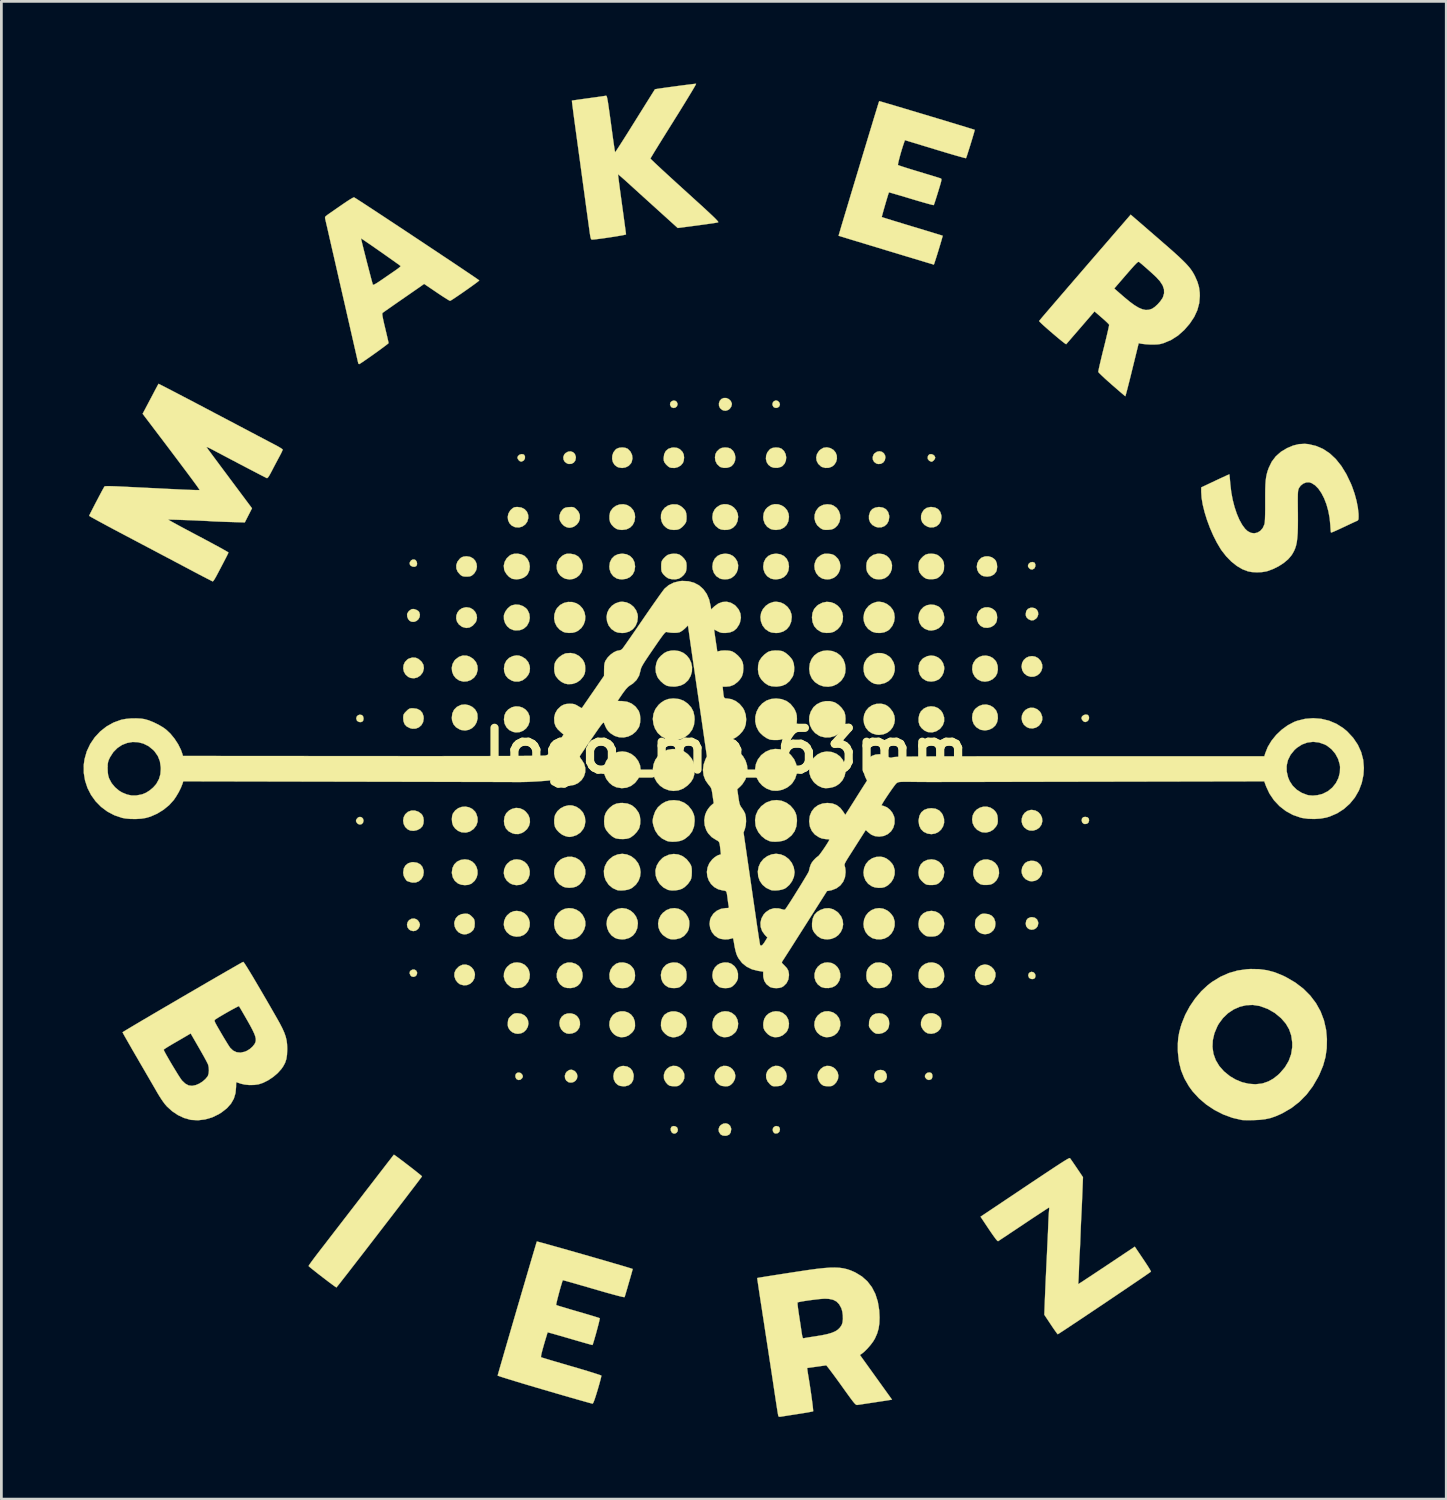
<source format=kicad_pcb>
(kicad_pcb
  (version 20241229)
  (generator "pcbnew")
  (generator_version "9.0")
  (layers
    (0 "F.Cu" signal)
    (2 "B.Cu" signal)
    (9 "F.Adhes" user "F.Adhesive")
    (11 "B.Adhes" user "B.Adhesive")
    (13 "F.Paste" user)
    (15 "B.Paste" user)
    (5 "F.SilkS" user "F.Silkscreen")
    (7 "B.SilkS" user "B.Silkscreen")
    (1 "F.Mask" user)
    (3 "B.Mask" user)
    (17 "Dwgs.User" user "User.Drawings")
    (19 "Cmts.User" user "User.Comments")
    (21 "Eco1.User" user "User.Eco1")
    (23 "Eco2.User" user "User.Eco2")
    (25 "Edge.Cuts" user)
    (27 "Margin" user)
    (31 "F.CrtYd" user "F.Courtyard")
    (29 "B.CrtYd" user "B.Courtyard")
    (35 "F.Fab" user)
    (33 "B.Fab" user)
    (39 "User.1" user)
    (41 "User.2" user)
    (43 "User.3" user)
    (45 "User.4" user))
  (footprint "logo_mb_63mm"
    (layer "F.Cu")
    (at 23.443 24.333)
    (property "Reference" "logo_mb_63mm" (at 0 0 0) (layer "F.SilkS") (effects (font (size 1.524 1.524) (thickness 0.3))))
    (attr through_hole)
    (fp_poly (pts (xy -13.299 2.43) (xy -13.251 2.479) (xy -13.233 2.553) (xy -13.253 2.631) (xy -13.303 2.679) (xy -13.368 2.694) (xy -13.436 2.671) (xy -13.479 2.626) (xy -13.507 2.573) (xy -13.504 2.53) (xy -13.485 2.493) (xy -13.43 2.433) (xy -13.363 2.414) (xy -13.299 2.43)) (stroke (width 0.01) (type solid)) (fill yes) (layer "F.SilkS"))
    (fp_poly (pts (xy -11.368 7.985) (xy -11.31 8.024) (xy -11.279 8.091) (xy -11.278 8.113) (xy -11.298 8.184) (xy -11.348 8.232) (xy -11.413 8.25) (xy -11.479 8.234) (xy -11.517 8.199) (xy -11.553 8.121) (xy -11.541 8.054) (xy -11.511 8.018) (xy -11.44 7.981) (xy -11.368 7.985)) (stroke (width 0.01) (type solid)) (fill yes) (layer "F.SilkS"))
    (fp_poly (pts (xy -1.869 -12.767) (xy -1.81 -12.728) (xy -1.78 -12.661) (xy -1.778 -12.639) (xy -1.799 -12.567) (xy -1.851 -12.519) (xy -1.919 -12.501) (xy -1.987 -12.52) (xy -2.015 -12.543) (xy -2.053 -12.616) (xy -2.044 -12.689) (xy -2.011 -12.734) (xy -1.94 -12.771) (xy -1.869 -12.767)) (stroke (width 0.01) (type solid)) (fill yes) (layer "F.SilkS"))
    (fp_poly (pts (xy 1.904 13.708) (xy 1.947 13.76) (xy 1.956 13.819) (xy 1.935 13.899) (xy 1.879 13.95) (xy 1.803 13.964) (xy 1.757 13.953) (xy 1.724 13.921) (xy 1.699 13.875) (xy 1.693 13.798) (xy 1.727 13.733) (xy 1.79 13.695) (xy 1.824 13.691) (xy 1.904 13.708)) (stroke (width 0.01) (type solid)) (fill yes) (layer "F.SilkS"))
    (fp_poly (pts (xy 13.175 2.428) (xy 13.221 2.474) (xy 13.233 2.542) (xy 13.212 2.617) (xy 13.157 2.664) (xy 13.08 2.675) (xy 13.037 2.665) (xy 12.985 2.621) (xy 12.962 2.552) (xy 12.973 2.477) (xy 12.978 2.466) (xy 13.023 2.424) (xy 13.09 2.413) (xy 13.175 2.428)) (stroke (width 0.01) (type solid)) (fill yes) (layer "F.SilkS"))
    (fp_poly (pts (xy -13.293 -1.3) (xy -13.287 -1.297) (xy -13.248 -1.251) (xy -13.232 -1.182) (xy -13.241 -1.111) (xy -13.264 -1.072) (xy -13.325 -1.043) (xy -13.398 -1.048) (xy -13.461 -1.084) (xy -13.475 -1.101) (xy -13.499 -1.175) (xy -13.483 -1.242) (xy -13.436 -1.292) (xy -13.37 -1.315) (xy -13.293 -1.3)) (stroke (width 0.01) (type solid)) (fill yes) (layer "F.SilkS"))
    (fp_poly (pts (xy -7.496 11.759) (xy -7.445 11.814) (xy -7.421 11.867) (xy -7.429 11.911) (xy -7.451 11.948) (xy -7.51 12.001) (xy -7.582 12.012) (xy -7.651 11.979) (xy -7.656 11.974) (xy -7.686 11.92) (xy -7.696 11.861) (xy -7.677 11.791) (xy -7.627 11.749) (xy -7.562 11.738) (xy -7.496 11.759)) (stroke (width 0.01) (type solid)) (fill yes) (layer "F.SilkS"))
    (fp_poly (pts (xy -7.404 -10.811) (xy -7.371 -10.79) (xy -7.343 -10.73) (xy -7.347 -10.657) (xy -7.382 -10.594) (xy -7.397 -10.581) (xy -7.465 -10.546) (xy -7.521 -10.554) (xy -7.569 -10.592) (xy -7.607 -10.646) (xy -7.62 -10.689) (xy -7.598 -10.751) (xy -7.543 -10.797) (xy -7.473 -10.819) (xy -7.404 -10.811)) (stroke (width 0.01) (type solid)) (fill yes) (layer "F.SilkS"))
    (fp_poly (pts (xy -1.868 13.697) (xy -1.805 13.733) (xy -1.791 13.751) (xy -1.766 13.822) (xy -1.779 13.888) (xy -1.819 13.939) (xy -1.876 13.966) (xy -1.94 13.96) (xy -1.99 13.924) (xy -2.024 13.858) (xy -2.029 13.783) (xy -2.003 13.723) (xy -2.002 13.721) (xy -1.941 13.692) (xy -1.868 13.697)) (stroke (width 0.01) (type solid)) (fill yes) (layer "F.SilkS"))
    (fp_poly (pts (xy 1.884 -12.754) (xy 1.935 -12.7) (xy 1.956 -12.633) (xy 1.956 -12.632) (xy 1.935 -12.563) (xy 1.882 -12.518) (xy 1.813 -12.502) (xy 1.745 -12.521) (xy 1.718 -12.543) (xy 1.683 -12.613) (xy 1.689 -12.685) (xy 1.73 -12.744) (xy 1.798 -12.775) (xy 1.821 -12.776) (xy 1.884 -12.754)) (stroke (width 0.01) (type solid)) (fill yes) (layer "F.SilkS"))
    (fp_poly (pts (xy 7.473 11.753) (xy 7.488 11.765) (xy 7.515 11.82) (xy 7.518 11.892) (xy 7.498 11.957) (xy 7.469 11.988) (xy 7.39 12.012) (xy 7.321 11.99) (xy 7.29 11.963) (xy 7.247 11.905) (xy 7.247 11.848) (xy 7.279 11.791) (xy 7.334 11.748) (xy 7.407 11.735) (xy 7.473 11.753)) (stroke (width 0.01) (type solid)) (fill yes) (layer "F.SilkS"))
    (fp_poly (pts (xy 11.208 8.084) (xy 11.218 8.09) (xy 11.263 8.145) (xy 11.278 8.217) (xy 11.26 8.284) (xy 11.247 8.301) (xy 11.187 8.33) (xy 11.114 8.325) (xy 11.051 8.29) (xy 11.038 8.273) (xy 11.012 8.199) (xy 11.027 8.133) (xy 11.071 8.085) (xy 11.135 8.065) (xy 11.208 8.084)) (stroke (width 0.01) (type solid)) (fill yes) (layer "F.SilkS"))
    (fp_poly (pts (xy 11.232 -6.865) (xy 11.247 -6.853) (xy 11.274 -6.795) (xy 11.271 -6.721) (xy 11.241 -6.656) (xy 11.231 -6.646) (xy 11.162 -6.608) (xy 11.094 -6.62) (xy 11.049 -6.655) (xy 11.006 -6.714) (xy 11.006 -6.771) (xy 11.038 -6.827) (xy 11.094 -6.87) (xy 11.166 -6.883) (xy 11.232 -6.865)) (stroke (width 0.01) (type solid)) (fill yes) (layer "F.SilkS"))
    (fp_poly (pts (xy 13.17 -1.312) (xy 13.203 -1.29) (xy 13.231 -1.23) (xy 13.227 -1.157) (xy 13.192 -1.094) (xy 13.177 -1.081) (xy 13.109 -1.046) (xy 13.053 -1.054) (xy 13.005 -1.092) (xy 12.967 -1.146) (xy 12.954 -1.19) (xy 12.976 -1.252) (xy 13.031 -1.297) (xy 13.101 -1.319) (xy 13.17 -1.312)) (stroke (width 0.01) (type solid)) (fill yes) (layer "F.SilkS"))
    (fp_poly (pts (xy -11.364 -6.97) (xy -11.329 -6.948) (xy -11.29 -6.886) (xy -11.279 -6.811) (xy -11.299 -6.747) (xy -11.308 -6.736) (xy -11.367 -6.709) (xy -11.442 -6.713) (xy -11.508 -6.746) (xy -11.52 -6.757) (xy -11.551 -6.81) (xy -11.545 -6.87) (xy -11.542 -6.877) (xy -11.498 -6.943) (xy -11.433 -6.976) (xy -11.364 -6.97)) (stroke (width 0.01) (type solid)) (fill yes) (layer "F.SilkS"))
    (fp_poly (pts (xy 7.542 -10.798) (xy 7.595 -10.755) (xy 7.62 -10.694) (xy 7.62 -10.685) (xy 7.601 -10.634) (xy 7.558 -10.581) (xy 7.507 -10.546) (xy 7.486 -10.541) (xy 7.442 -10.555) (xy 7.397 -10.581) (xy 7.349 -10.641) (xy 7.346 -10.719) (xy 7.367 -10.771) (xy 7.412 -10.812) (xy 7.476 -10.819) (xy 7.542 -10.798)) (stroke (width 0.01) (type solid)) (fill yes) (layer "F.SilkS"))
    (fp_poly (pts (xy -5.589 -10.888) (xy -5.524 -10.823) (xy -5.49 -10.727) (xy -5.487 -10.688) (xy -5.508 -10.585) (xy -5.565 -10.508) (xy -5.649 -10.464) (xy -5.749 -10.459) (xy -5.808 -10.477) (xy -5.892 -10.537) (xy -5.938 -10.619) (xy -5.946 -10.713) (xy -5.912 -10.803) (xy -5.865 -10.856) (xy -5.77 -10.909) (xy -5.675 -10.919) (xy -5.589 -10.888)) (stroke (width 0.01) (type solid)) (fill yes) (layer "F.SilkS"))
    (fp_poly (pts (xy 5.678 -10.902) (xy 5.749 -10.847) (xy 5.794 -10.763) (xy 5.803 -10.696) (xy 5.781 -10.592) (xy 5.723 -10.512) (xy 5.639 -10.465) (xy 5.539 -10.457) (xy 5.473 -10.475) (xy 5.391 -10.535) (xy 5.346 -10.618) (xy 5.34 -10.713) (xy 5.374 -10.806) (xy 5.408 -10.848) (xy 5.496 -10.906) (xy 5.589 -10.923) (xy 5.678 -10.902)) (stroke (width 0.01) (type solid)) (fill yes) (layer "F.SilkS"))
    (fp_poly (pts (xy -5.543 11.677) (xy -5.514 11.699) (xy -5.451 11.78) (xy -5.431 11.871) (xy -5.448 11.962) (xy -5.501 12.039) (xy -5.584 12.091) (xy -5.627 12.102) (xy -5.701 12.104) (xy -5.757 12.092) (xy -5.837 12.034) (xy -5.882 11.95) (xy -5.89 11.855) (xy -5.859 11.76) (xy -5.819 11.707) (xy -5.73 11.647) (xy -5.638 11.636) (xy -5.543 11.677)) (stroke (width 0.01) (type solid)) (fill yes) (layer "F.SilkS"))
    (fp_poly (pts (xy 0.000395 -12.865) (xy 0.091 -12.826) (xy 0.162 -12.758) (xy 0.2 -12.672) (xy 0.203 -12.639) (xy 0.182 -12.554) (xy 0.128 -12.475) (xy 0.073 -12.431) (xy -0.019 -12.4) (xy -0.104 -12.41) (xy -0.155 -12.433) (xy -0.229 -12.498) (xy -0.267 -12.583) (xy -0.269 -12.675) (xy -0.239 -12.762) (xy -0.178 -12.83) (xy -0.097 -12.866) (xy 0.000395 -12.865)) (stroke (width 0.01) (type solid)) (fill yes) (layer "F.SilkS"))
    (fp_poly (pts (xy 0.074 13.62) (xy 0.139 13.681) (xy 0.175 13.772) (xy 0.178 13.813) (xy 0.159 13.925) (xy 0.106 14.002) (xy 0.017 14.041) (xy -0.041 14.046) (xy -0.131 14.037) (xy -0.195 14.004) (xy -0.217 13.984) (xy -0.271 13.898) (xy -0.282 13.801) (xy -0.249 13.709) (xy -0.201 13.655) (xy -0.107 13.602) (xy -0.012 13.592) (xy 0.074 13.62)) (stroke (width 0.01) (type solid)) (fill yes) (layer "F.SilkS"))
    (fp_poly (pts (xy 11.254 -5.198) (xy 11.328 -5.142) (xy 11.37 -5.063) (xy 11.378 -4.971) (xy 11.347 -4.879) (xy 11.305 -4.824) (xy 11.216 -4.763) (xy 11.124 -4.753) (xy 11.029 -4.793) (xy 11 -4.816) (xy 10.947 -4.871) (xy 10.925 -4.932) (xy 10.922 -4.989) (xy 10.942 -5.097) (xy 11.001 -5.173) (xy 11.094 -5.213) (xy 11.155 -5.219) (xy 11.254 -5.198)) (stroke (width 0.01) (type solid)) (fill yes) (layer "F.SilkS"))
    (fp_poly (pts (xy 11.256 6.092) (xy 11.333 6.153) (xy 11.374 6.246) (xy 11.379 6.299) (xy 11.358 6.397) (xy 11.301 6.471) (xy 11.221 6.518) (xy 11.129 6.531) (xy 11.039 6.506) (xy 10.984 6.465) (xy 10.937 6.397) (xy 10.922 6.307) (xy 10.922 6.299) (xy 10.942 6.191) (xy 11.001 6.115) (xy 11.094 6.076) (xy 11.151 6.071) (xy 11.256 6.092)) (stroke (width 0.01) (type solid)) (fill yes) (layer "F.SilkS"))
    (fp_poly (pts (xy -11.31 -5.141) (xy -11.237 -5.097) (xy -11.203 -5.058) (xy -11.176 -4.963) (xy -11.189 -4.871) (xy -11.235 -4.791) (xy -11.304 -4.732) (xy -11.389 -4.7) (xy -11.48 -4.704) (xy -11.549 -4.737) (xy -11.605 -4.802) (xy -11.639 -4.889) (xy -11.644 -4.977) (xy -11.637 -5.006) (xy -11.578 -5.096) (xy -11.488 -5.158) (xy -11.464 -5.167) (xy -11.393 -5.168) (xy -11.31 -5.141)) (stroke (width 0.01) (type solid)) (fill yes) (layer "F.SilkS"))
    (fp_poly (pts (xy -11.287 6.158) (xy -11.242 6.2) (xy -11.197 6.271) (xy -11.176 6.343) (xy -11.176 6.35) (xy -11.193 6.419) (xy -11.236 6.493) (xy -11.242 6.5) (xy -11.324 6.563) (xy -11.42 6.581) (xy -11.519 6.555) (xy -11.574 6.518) (xy -11.63 6.439) (xy -11.647 6.345) (xy -11.625 6.251) (xy -11.571 6.18) (xy -11.478 6.128) (xy -11.379 6.121) (xy -11.287 6.158)) (stroke (width 0.01) (type solid)) (fill yes) (layer "F.SilkS"))
    (fp_poly (pts (xy 5.721 11.659) (xy 5.789 11.701) (xy 5.794 11.706) (xy 5.847 11.804) (xy 5.858 11.905) (xy 5.827 11.997) (xy 5.757 12.068) (xy 5.738 12.079) (xy 5.647 12.111) (xy 5.563 12.102) (xy 5.509 12.078) (xy 5.438 12.013) (xy 5.4 11.924) (xy 5.396 11.826) (xy 5.43 11.735) (xy 5.465 11.693) (xy 5.539 11.654) (xy 5.631 11.643) (xy 5.721 11.659)) (stroke (width 0.01) (type solid)) (fill yes) (layer "F.SilkS"))
    (fp_poly (pts (xy -11.329 -3.392) (xy -11.227 -3.346) (xy -11.113 -3.246) (xy -11.048 -3.133) (xy -11.031 -3.01) (xy -11.063 -2.881) (xy -11.079 -2.847) (xy -11.161 -2.742) (xy -11.268 -2.672) (xy -11.39 -2.642) (xy -11.514 -2.654) (xy -11.602 -2.692) (xy -11.701 -2.779) (xy -11.762 -2.887) (xy -11.785 -3.006) (xy -11.772 -3.127) (xy -11.721 -3.237) (xy -11.634 -3.327) (xy -11.582 -3.359) (xy -11.454 -3.399) (xy -11.329 -3.392)) (stroke (width 0.01) (type solid)) (fill yes) (layer "F.SilkS"))
    (fp_poly (pts (xy -5.54 9.615) (xy -5.444 9.684) (xy -5.377 9.777) (xy -5.34 9.887) (xy -5.337 10.002) (xy -5.369 10.114) (xy -5.438 10.213) (xy -5.512 10.27) (xy -5.618 10.311) (xy -5.737 10.325) (xy -5.827 10.312) (xy -5.939 10.253) (xy -6.022 10.162) (xy -6.073 10.05) (xy -6.088 9.928) (xy -6.065 9.807) (xy -6.007 9.707) (xy -5.91 9.624) (xy -5.791 9.584) (xy -5.663 9.582) (xy -5.54 9.615)) (stroke (width 0.01) (type solid)) (fill yes) (layer "F.SilkS"))
    (fp_poly (pts (xy -3.612 11.52) (xy -3.501 11.583) (xy -3.423 11.68) (xy -3.382 11.808) (xy -3.378 11.869) (xy -3.398 12.013) (xy -3.457 12.124) (xy -3.551 12.2) (xy -3.678 12.238) (xy -3.747 12.243) (xy -3.875 12.226) (xy -3.955 12.193) (xy -4.047 12.108) (xy -4.103 11.992) (xy -4.119 11.871) (xy -4.096 11.738) (xy -4.033 11.627) (xy -3.936 11.546) (xy -3.814 11.503) (xy -3.75 11.498) (xy -3.612 11.52)) (stroke (width 0.01) (type solid)) (fill yes) (layer "F.SilkS"))
    (fp_poly (pts (xy 3.798 -11.037) (xy 3.91 -10.971) (xy 3.988 -10.876) (xy 4.03 -10.765) (xy 4.035 -10.646) (xy 4.003 -10.529) (xy 3.934 -10.426) (xy 3.855 -10.363) (xy 3.74 -10.32) (xy 3.612 -10.315) (xy 3.492 -10.348) (xy 3.452 -10.37) (xy 3.352 -10.464) (xy 3.294 -10.576) (xy 3.279 -10.698) (xy 3.308 -10.821) (xy 3.38 -10.934) (xy 3.429 -10.981) (xy 3.543 -11.049) (xy 3.669 -11.066) (xy 3.798 -11.037)) (stroke (width 0.01) (type solid)) (fill yes) (layer "F.SilkS"))
    (fp_poly (pts (xy 7.619 -8.868) (xy 7.73 -8.807) (xy 7.806 -8.71) (xy 7.845 -8.582) (xy 7.848 -8.522) (xy 7.827 -8.385) (xy 7.766 -8.273) (xy 7.675 -8.193) (xy 7.561 -8.148) (xy 7.432 -8.146) (xy 7.353 -8.166) (xy 7.233 -8.232) (xy 7.148 -8.329) (xy 7.104 -8.447) (xy 7.104 -8.576) (xy 7.134 -8.672) (xy 7.206 -8.786) (xy 7.307 -8.857) (xy 7.437 -8.888) (xy 7.48 -8.89) (xy 7.619 -8.868)) (stroke (width 0.01) (type solid)) (fill yes) (layer "F.SilkS"))
    (fp_poly (pts (xy 11.225 -1.561) (xy 11.343 -1.511) (xy 11.439 -1.426) (xy 11.479 -1.362) (xy 11.524 -1.236) (xy 11.524 -1.121) (xy 11.485 -1.016) (xy 11.403 -0.911) (xy 11.295 -0.843) (xy 11.173 -0.812) (xy 11.046 -0.824) (xy 10.954 -0.863) (xy 10.854 -0.949) (xy 10.794 -1.055) (xy 10.772 -1.171) (xy 10.784 -1.288) (xy 10.831 -1.396) (xy 10.908 -1.485) (xy 11.015 -1.547) (xy 11.099 -1.568) (xy 11.225 -1.561)) (stroke (width 0.01) (type solid)) (fill yes) (layer "F.SilkS"))
    (fp_poly (pts (xy -9.346 -5.211) (xy -9.24 -5.152) (xy -9.16 -5.065) (xy -9.109 -4.96) (xy -9.094 -4.845) (xy -9.119 -4.73) (xy -9.15 -4.673) (xy -9.251 -4.56) (xy -9.364 -4.494) (xy -9.487 -4.477) (xy -9.616 -4.51) (xy -9.649 -4.526) (xy -9.756 -4.607) (xy -9.823 -4.708) (xy -9.853 -4.82) (xy -9.847 -4.933) (xy -9.808 -5.04) (xy -9.738 -5.131) (xy -9.64 -5.197) (xy -9.515 -5.23) (xy -9.472 -5.232) (xy -9.346 -5.211)) (stroke (width 0.01) (type solid)) (fill yes) (layer "F.SilkS"))
    (fp_poly (pts (xy 5.712 9.597) (xy 5.822 9.66) (xy 5.895 9.744) (xy 5.933 9.84) (xy 5.943 9.956) (xy 5.927 10.073) (xy 5.894 10.152) (xy 5.814 10.239) (xy 5.702 10.299) (xy 5.575 10.327) (xy 5.465 10.32) (xy 5.401 10.29) (xy 5.329 10.23) (xy 5.263 10.157) (xy 5.216 10.084) (xy 5.202 10.039) (xy 5.209 9.875) (xy 5.251 9.745) (xy 5.328 9.651) (xy 5.438 9.594) (xy 5.575 9.576) (xy 5.712 9.597)) (stroke (width 0.01) (type solid)) (fill yes) (layer "F.SilkS"))
    (fp_poly (pts (xy 5.714 -8.868) (xy 5.825 -8.807) (xy 5.901 -8.71) (xy 5.94 -8.582) (xy 5.943 -8.522) (xy 5.922 -8.385) (xy 5.861 -8.273) (xy 5.771 -8.193) (xy 5.657 -8.148) (xy 5.528 -8.146) (xy 5.448 -8.166) (xy 5.329 -8.232) (xy 5.247 -8.328) (xy 5.204 -8.446) (xy 5.203 -8.578) (xy 5.247 -8.716) (xy 5.257 -8.735) (xy 5.325 -8.813) (xy 5.428 -8.866) (xy 5.553 -8.889) (xy 5.575 -8.89) (xy 5.714 -8.868)) (stroke (width 0.01) (type solid)) (fill yes) (layer "F.SilkS"))
    (fp_poly (pts (xy 11.228 4.021) (xy 11.334 4.057) (xy 11.354 4.069) (xy 11.453 4.162) (xy 11.51 4.275) (xy 11.526 4.397) (xy 11.499 4.519) (xy 11.43 4.631) (xy 11.352 4.702) (xy 11.257 4.746) (xy 11.144 4.764) (xy 11.047 4.752) (xy 10.919 4.688) (xy 10.828 4.592) (xy 10.778 4.469) (xy 10.77 4.383) (xy 10.794 4.251) (xy 10.868 4.132) (xy 10.907 4.091) (xy 10.996 4.039) (xy 11.109 4.015) (xy 11.228 4.021)) (stroke (width 0.01) (type solid)) (fill yes) (layer "F.SilkS"))
    (fp_poly (pts (xy 11.276 2.182) (xy 11.384 2.243) (xy 11.466 2.335) (xy 11.516 2.447) (xy 11.528 2.571) (xy 11.496 2.697) (xy 11.493 2.702) (xy 11.418 2.807) (xy 11.312 2.879) (xy 11.19 2.915) (xy 11.062 2.91) (xy 10.973 2.878) (xy 10.869 2.8) (xy 10.803 2.7) (xy 10.773 2.589) (xy 10.778 2.474) (xy 10.814 2.365) (xy 10.88 2.27) (xy 10.973 2.2) (xy 11.092 2.163) (xy 11.147 2.159) (xy 11.276 2.182)) (stroke (width 0.01) (type solid)) (fill yes) (layer "F.SilkS"))
    (fp_poly (pts (xy -11.359 2.183) (xy -11.234 2.224) (xy -11.126 2.302) (xy -11.091 2.344) (xy -11.052 2.43) (xy -11.037 2.54) (xy -11.046 2.652) (xy -11.078 2.745) (xy -11.083 2.753) (xy -11.167 2.84) (xy -11.278 2.897) (xy -11.402 2.923) (xy -11.525 2.913) (xy -11.617 2.873) (xy -11.712 2.783) (xy -11.769 2.672) (xy -11.788 2.551) (xy -11.77 2.43) (xy -11.714 2.321) (xy -11.62 2.234) (xy -11.608 2.227) (xy -11.487 2.183) (xy -11.359 2.183)) (stroke (width 0.01) (type solid)) (fill yes) (layer "F.SilkS"))
    (fp_poly (pts (xy -9.389 7.834) (xy -9.292 7.9) (xy -9.217 7.994) (xy -9.175 8.11) (xy -9.169 8.176) (xy -9.192 8.309) (xy -9.253 8.419) (xy -9.343 8.501) (xy -9.455 8.549) (xy -9.579 8.558) (xy -9.707 8.523) (xy -9.728 8.513) (xy -9.804 8.452) (xy -9.87 8.365) (xy -9.876 8.354) (xy -9.921 8.224) (xy -9.916 8.099) (xy -9.863 7.983) (xy -9.762 7.879) (xy -9.728 7.855) (xy -9.617 7.806) (xy -9.501 7.801) (xy -9.389 7.834)) (stroke (width 0.01) (type solid)) (fill yes) (layer "F.SilkS"))
    (fp_poly (pts (xy -7.527 2.1) (xy -7.39 2.163) (xy -7.319 2.22) (xy -7.222 2.339) (xy -7.171 2.471) (xy -7.162 2.608) (xy -7.196 2.74) (xy -7.269 2.86) (xy -7.382 2.959) (xy -7.455 3) (xy -7.582 3.04) (xy -7.709 3.038) (xy -7.807 3.011) (xy -7.942 2.939) (xy -8.039 2.834) (xy -8.096 2.699) (xy -8.111 2.565) (xy -8.09 2.408) (xy -8.027 2.279) (xy -7.921 2.178) (xy -7.817 2.122) (xy -7.671 2.086) (xy -7.527 2.1)) (stroke (width 0.01) (type solid)) (fill yes) (layer "F.SilkS"))
    (fp_poly (pts (xy -7.492 3.986) (xy -7.367 4.048) (xy -7.269 4.14) (xy -7.202 4.255) (xy -7.169 4.385) (xy -7.174 4.522) (xy -7.22 4.657) (xy -7.284 4.754) (xy -7.389 4.841) (xy -7.519 4.892) (xy -7.66 4.905) (xy -7.802 4.878) (xy -7.903 4.829) (xy -8.014 4.731) (xy -8.086 4.61) (xy -8.116 4.474) (xy -8.105 4.334) (xy -8.049 4.199) (xy -7.994 4.123) (xy -7.88 4.025) (xy -7.748 3.973) (xy -7.64 3.963) (xy -7.492 3.986)) (stroke (width 0.01) (type solid)) (fill yes) (layer "F.SilkS"))
    (fp_poly (pts (xy -7.492 5.865) (xy -7.367 5.927) (xy -7.269 6.02) (xy -7.202 6.135) (xy -7.169 6.265) (xy -7.174 6.401) (xy -7.22 6.537) (xy -7.284 6.633) (xy -7.389 6.721) (xy -7.519 6.772) (xy -7.66 6.784) (xy -7.802 6.757) (xy -7.903 6.709) (xy -8.014 6.611) (xy -8.086 6.489) (xy -8.116 6.354) (xy -8.105 6.214) (xy -8.049 6.078) (xy -7.994 6.003) (xy -7.88 5.905) (xy -7.748 5.853) (xy -7.64 5.843) (xy -7.492 5.865)) (stroke (width 0.01) (type solid)) (fill yes) (layer "F.SilkS"))
    (fp_poly (pts (xy -7.472 -8.869) (xy -7.357 -8.81) (xy -7.273 -8.719) (xy -7.227 -8.602) (xy -7.222 -8.487) (xy -7.258 -8.357) (xy -7.333 -8.253) (xy -7.436 -8.179) (xy -7.559 -8.143) (xy -7.692 -8.151) (xy -7.714 -8.156) (xy -7.828 -8.212) (xy -7.911 -8.3) (xy -7.96 -8.409) (xy -7.973 -8.528) (xy -7.949 -8.649) (xy -7.884 -8.76) (xy -7.85 -8.795) (xy -7.784 -8.852) (xy -7.728 -8.88) (xy -7.657 -8.889) (xy -7.612 -8.89) (xy -7.472 -8.869)) (stroke (width 0.01) (type solid)) (fill yes) (layer "F.SilkS"))
    (fp_poly (pts (xy -3.685 -11.049) (xy -3.596 -11.013) (xy -3.59 -11.008) (xy -3.495 -10.909) (xy -3.438 -10.789) (xy -3.423 -10.66) (xy -3.451 -10.532) (xy -3.478 -10.481) (xy -3.562 -10.39) (xy -3.673 -10.334) (xy -3.8 -10.313) (xy -3.929 -10.333) (xy -3.981 -10.354) (xy -4.075 -10.426) (xy -4.137 -10.526) (xy -4.165 -10.642) (xy -4.159 -10.763) (xy -4.12 -10.879) (xy -4.046 -10.977) (xy -3.998 -11.015) (xy -3.908 -11.05) (xy -3.796 -11.062) (xy -3.685 -11.049)) (stroke (width 0.01) (type solid)) (fill yes) (layer "F.SilkS"))
    (fp_poly (pts (xy 0.022 11.501) (xy 0.143 11.55) (xy 0.226 11.618) (xy 0.301 11.728) (xy 0.33 11.85) (xy 0.315 11.974) (xy 0.255 12.092) (xy 0.186 12.167) (xy 0.122 12.215) (xy 0.058 12.237) (xy -0.032 12.243) (xy -0.033 12.243) (xy -0.167 12.226) (xy -0.246 12.193) (xy -0.349 12.104) (xy -0.41 11.994) (xy -0.428 11.871) (xy -0.403 11.745) (xy -0.333 11.628) (xy -0.327 11.62) (xy -0.222 11.536) (xy -0.103 11.496) (xy 0.022 11.501)) (stroke (width 0.01) (type solid)) (fill yes) (layer "F.SilkS"))
    (fp_poly (pts (xy 0.112 -7.169) (xy 0.236 -7.108) (xy 0.323 -7.027) (xy 0.399 -6.906) (xy 0.432 -6.77) (xy 0.424 -6.631) (xy 0.378 -6.499) (xy 0.294 -6.383) (xy 0.178 -6.296) (xy 0.074 -6.261) (xy -0.052 -6.25) (xy -0.175 -6.263) (xy -0.241 -6.284) (xy -0.363 -6.365) (xy -0.45 -6.48) (xy -0.499 -6.62) (xy -0.508 -6.718) (xy -0.486 -6.874) (xy -0.422 -7.004) (xy -0.322 -7.104) (xy -0.192 -7.167) (xy -0.038 -7.188) (xy 0.112 -7.169)) (stroke (width 0.01) (type solid)) (fill yes) (layer "F.SilkS"))
    (fp_poly (pts (xy 1.917 -11.052) (xy 2.011 -11.019) (xy 2.017 -11.015) (xy 2.107 -10.929) (xy 2.163 -10.821) (xy 2.185 -10.702) (xy 2.173 -10.582) (xy 2.128 -10.473) (xy 2.05 -10.386) (xy 1.996 -10.353) (xy 1.869 -10.318) (xy 1.733 -10.322) (xy 1.632 -10.354) (xy 1.534 -10.428) (xy 1.472 -10.528) (xy 1.444 -10.644) (xy 1.453 -10.766) (xy 1.497 -10.883) (xy 1.579 -10.984) (xy 1.608 -11.008) (xy 1.695 -11.047) (xy 1.805 -11.061) (xy 1.917 -11.052)) (stroke (width 0.01) (type solid)) (fill yes) (layer "F.SilkS"))
    (fp_poly (pts (xy 7.637 2.116) (xy 7.764 2.178) (xy 7.861 2.282) (xy 7.896 2.343) (xy 7.943 2.489) (xy 7.945 2.63) (xy 7.907 2.761) (xy 7.837 2.874) (xy 7.739 2.964) (xy 7.618 3.022) (xy 7.48 3.044) (xy 7.333 3.022) (xy 7.198 2.958) (xy 7.098 2.858) (xy 7.036 2.728) (xy 7.014 2.572) (xy 7.015 2.527) (xy 7.045 2.37) (xy 7.113 2.247) (xy 7.216 2.16) (xy 7.354 2.109) (xy 7.482 2.097) (xy 7.637 2.116)) (stroke (width 0.01) (type solid)) (fill yes) (layer "F.SilkS"))
    (fp_poly (pts (xy 7.647 9.613) (xy 7.754 9.687) (xy 7.8 9.744) (xy 7.838 9.84) (xy 7.848 9.956) (xy 7.832 10.073) (xy 7.799 10.152) (xy 7.717 10.241) (xy 7.605 10.301) (xy 7.478 10.326) (xy 7.351 10.311) (xy 7.35 10.311) (xy 7.258 10.261) (xy 7.177 10.177) (xy 7.118 10.075) (xy 7.1 10.011) (xy 7.102 9.893) (xy 7.142 9.774) (xy 7.212 9.674) (xy 7.269 9.627) (xy 7.392 9.58) (xy 7.522 9.576) (xy 7.647 9.613)) (stroke (width 0.01) (type solid)) (fill yes) (layer "F.SilkS"))
    (fp_poly (pts (xy 9.562 7.821) (xy 9.671 7.885) (xy 9.759 7.978) (xy 9.813 8.09) (xy 9.819 8.117) (xy 9.818 8.228) (xy 9.782 8.343) (xy 9.719 8.443) (xy 9.671 8.488) (xy 9.567 8.537) (xy 9.446 8.555) (xy 9.328 8.543) (xy 9.252 8.511) (xy 9.153 8.423) (xy 9.093 8.318) (xy 9.07 8.203) (xy 9.081 8.087) (xy 9.125 7.98) (xy 9.198 7.89) (xy 9.297 7.826) (xy 9.422 7.798) (xy 9.444 7.798) (xy 9.562 7.821)) (stroke (width 0.01) (type solid)) (fill yes) (layer "F.SilkS"))
    (fp_poly (pts (xy 9.682 -5.195) (xy 9.788 -5.119) (xy 9.832 -5.064) (xy 9.868 -4.974) (xy 9.88 -4.862) (xy 9.868 -4.749) (xy 9.843 -4.674) (xy 9.767 -4.579) (xy 9.66 -4.513) (xy 9.535 -4.482) (xy 9.406 -4.49) (xy 9.384 -4.496) (xy 9.275 -4.553) (xy 9.197 -4.641) (xy 9.149 -4.749) (xy 9.135 -4.868) (xy 9.155 -4.985) (xy 9.209 -5.092) (xy 9.301 -5.176) (xy 9.305 -5.179) (xy 9.428 -5.228) (xy 9.558 -5.232) (xy 9.682 -5.195)) (stroke (width 0.01) (type solid)) (fill yes) (layer "F.SilkS"))
    (fp_poly (pts (xy 9.685 -7.055) (xy 9.786 -6.984) (xy 9.831 -6.927) (xy 9.868 -6.826) (xy 9.88 -6.705) (xy 9.864 -6.586) (xy 9.841 -6.525) (xy 9.766 -6.432) (xy 9.656 -6.372) (xy 9.52 -6.35) (xy 9.512 -6.35) (xy 9.384 -6.366) (xy 9.304 -6.4) (xy 9.212 -6.483) (xy 9.156 -6.59) (xy 9.137 -6.709) (xy 9.153 -6.829) (xy 9.206 -6.94) (xy 9.293 -7.029) (xy 9.32 -7.045) (xy 9.438 -7.088) (xy 9.565 -7.09) (xy 9.685 -7.055)) (stroke (width 0.01) (type solid)) (fill yes) (layer "F.SilkS"))
    (fp_poly (pts (xy 11.266 -3.433) (xy 11.372 -3.378) (xy 11.461 -3.284) (xy 11.476 -3.261) (xy 11.523 -3.139) (xy 11.525 -3.02) (xy 11.491 -2.909) (xy 11.425 -2.815) (xy 11.334 -2.744) (xy 11.225 -2.702) (xy 11.104 -2.697) (xy 10.978 -2.734) (xy 10.973 -2.737) (xy 10.867 -2.817) (xy 10.797 -2.928) (xy 10.77 -3.061) (xy 10.77 -3.073) (xy 10.791 -3.204) (xy 10.849 -3.309) (xy 10.934 -3.387) (xy 11.038 -3.435) (xy 11.152 -3.451) (xy 11.266 -3.433)) (stroke (width 0.01) (type solid)) (fill yes) (layer "F.SilkS"))
    (fp_poly (pts (xy -11.284 -1.53) (xy -11.168 -1.473) (xy -11.087 -1.381) (xy -11.044 -1.257) (xy -11.038 -1.177) (xy -11.06 -1.043) (xy -11.121 -0.933) (xy -11.213 -0.852) (xy -11.327 -0.806) (xy -11.455 -0.802) (xy -11.538 -0.823) (xy -11.657 -0.883) (xy -11.735 -0.966) (xy -11.776 -1.078) (xy -11.786 -1.196) (xy -11.782 -1.273) (xy -11.767 -1.328) (xy -11.73 -1.381) (xy -11.675 -1.438) (xy -11.609 -1.501) (xy -11.557 -1.534) (xy -11.5 -1.547) (xy -11.432 -1.549) (xy -11.284 -1.53)) (stroke (width 0.01) (type solid)) (fill yes) (layer "F.SilkS"))
    (fp_poly (pts (xy -9.474 -3.469) (xy -9.36 -3.432) (xy -9.226 -3.345) (xy -9.131 -3.231) (xy -9.078 -3.098) (xy -9.069 -2.953) (xy -9.108 -2.804) (xy -9.119 -2.779) (xy -9.202 -2.664) (xy -9.316 -2.58) (xy -9.449 -2.531) (xy -9.591 -2.521) (xy -9.73 -2.556) (xy -9.744 -2.562) (xy -9.865 -2.644) (xy -9.952 -2.755) (xy -10.002 -2.885) (xy -10.015 -3.023) (xy -9.987 -3.16) (xy -9.918 -3.285) (xy -9.88 -3.328) (xy -9.754 -3.423) (xy -9.617 -3.471) (xy -9.474 -3.469)) (stroke (width 0.01) (type solid)) (fill yes) (layer "F.SilkS"))
    (fp_poly (pts (xy -9.389 -1.66) (xy -9.265 -1.598) (xy -9.164 -1.508) (xy -9.097 -1.395) (xy -9.079 -1.332) (xy -9.072 -1.178) (xy -9.106 -1.039) (xy -9.174 -0.919) (xy -9.271 -0.825) (xy -9.39 -0.763) (xy -9.523 -0.737) (xy -9.665 -0.754) (xy -9.728 -0.777) (xy -9.862 -0.858) (xy -9.954 -0.968) (xy -10.004 -1.105) (xy -10.013 -1.205) (xy -9.993 -1.364) (xy -9.93 -1.496) (xy -9.828 -1.598) (xy -9.69 -1.666) (xy -9.662 -1.674) (xy -9.524 -1.687) (xy -9.389 -1.66)) (stroke (width 0.01) (type solid)) (fill yes) (layer "F.SilkS"))
    (fp_poly (pts (xy -7.557 -3.469) (xy -7.455 -3.432) (xy -7.319 -3.345) (xy -7.224 -3.23) (xy -7.172 -3.092) (xy -7.163 -2.997) (xy -7.177 -2.871) (xy -7.226 -2.762) (xy -7.309 -2.66) (xy -7.431 -2.568) (xy -7.569 -2.522) (xy -7.714 -2.523) (xy -7.823 -2.555) (xy -7.958 -2.637) (xy -8.05 -2.747) (xy -8.101 -2.886) (xy -8.111 -2.997) (xy -8.089 -3.152) (xy -8.025 -3.283) (xy -7.924 -3.385) (xy -7.79 -3.45) (xy -7.778 -3.453) (xy -7.659 -3.476) (xy -7.557 -3.469)) (stroke (width 0.01) (type solid)) (fill yes) (layer "F.SilkS"))
    (fp_poly (pts (xy -7.555 -1.611) (xy -7.427 -1.57) (xy -7.316 -1.496) (xy -7.23 -1.392) (xy -7.178 -1.262) (xy -7.17 -1.213) (xy -7.175 -1.062) (xy -7.222 -0.926) (xy -7.303 -0.813) (xy -7.411 -0.728) (xy -7.539 -0.677) (xy -7.68 -0.667) (xy -7.778 -0.686) (xy -7.914 -0.751) (xy -8.018 -0.853) (xy -8.086 -0.983) (xy -8.111 -1.134) (xy -8.111 -1.14) (xy -8.093 -1.291) (xy -8.038 -1.412) (xy -7.952 -1.506) (xy -7.826 -1.583) (xy -7.691 -1.617) (xy -7.555 -1.611)) (stroke (width 0.01) (type solid)) (fill yes) (layer "F.SilkS"))
    (fp_poly (pts (xy -3.641 -7.166) (xy -3.511 -7.102) (xy -3.412 -7.003) (xy -3.349 -6.872) (xy -3.327 -6.718) (xy -3.35 -6.562) (xy -3.413 -6.432) (xy -3.512 -6.334) (xy -3.643 -6.271) (xy -3.8 -6.249) (xy -3.803 -6.249) (xy -3.894 -6.257) (xy -3.978 -6.276) (xy -4 -6.284) (xy -4.122 -6.365) (xy -4.21 -6.48) (xy -4.258 -6.62) (xy -4.267 -6.718) (xy -4.245 -6.874) (xy -4.181 -7.004) (xy -4.082 -7.104) (xy -3.951 -7.167) (xy -3.797 -7.188) (xy -3.641 -7.166)) (stroke (width 0.01) (type solid)) (fill yes) (layer "F.SilkS"))
    (fp_poly (pts (xy 0.039 -8.987) (xy 0.166 -8.945) (xy 0.276 -8.871) (xy 0.363 -8.77) (xy 0.417 -8.644) (xy 0.432 -8.53) (xy 0.41 -8.372) (xy 0.348 -8.239) (xy 0.248 -8.137) (xy 0.16 -8.087) (xy 0.055 -8.059) (xy -0.065 -8.053) (xy -0.18 -8.067) (xy -0.267 -8.099) (xy -0.391 -8.199) (xy -0.469 -8.317) (xy -0.505 -8.459) (xy -0.508 -8.524) (xy -0.488 -8.674) (xy -0.425 -8.799) (xy -0.347 -8.883) (xy -0.226 -8.96) (xy -0.094 -8.993) (xy 0.039 -8.987)) (stroke (width 0.01) (type solid)) (fill yes) (layer "F.SilkS"))
    (fp_poly (pts (xy 0.061 -11.052) (xy 0.154 -11.02) (xy 0.163 -11.015) (xy 0.253 -10.929) (xy 0.309 -10.821) (xy 0.331 -10.702) (xy 0.319 -10.582) (xy 0.274 -10.473) (xy 0.196 -10.386) (xy 0.142 -10.353) (xy 0.028 -10.32) (xy -0.093 -10.316) (xy -0.201 -10.342) (xy -0.239 -10.361) (xy -0.34 -10.456) (xy -0.399 -10.578) (xy -0.414 -10.7) (xy -0.397 -10.819) (xy -0.344 -10.916) (xy -0.248 -11.006) (xy -0.244 -11.009) (xy -0.159 -11.047) (xy -0.05 -11.061) (xy 0.061 -11.052)) (stroke (width 0.01) (type solid)) (fill yes) (layer "F.SilkS"))
    (fp_poly (pts (xy 1.91 11.501) (xy 2.027 11.552) (xy 2.105 11.62) (xy 2.177 11.738) (xy 2.204 11.866) (xy 2.185 11.993) (xy 2.122 12.111) (xy 2.083 12.154) (xy 2.029 12.197) (xy 1.971 12.222) (xy 1.889 12.235) (xy 1.845 12.238) (xy 1.754 12.242) (xy 1.695 12.235) (xy 1.648 12.212) (xy 1.595 12.169) (xy 1.503 12.06) (xy 1.455 11.939) (xy 1.451 11.815) (xy 1.493 11.695) (xy 1.552 11.618) (xy 1.664 11.534) (xy 1.786 11.495) (xy 1.91 11.501)) (stroke (width 0.01) (type solid)) (fill yes) (layer "F.SilkS"))
    (fp_poly (pts (xy 1.972 -7.166) (xy 2.102 -7.102) (xy 2.201 -7.003) (xy 2.264 -6.872) (xy 2.286 -6.718) (xy 2.264 -6.562) (xy 2.2 -6.432) (xy 2.101 -6.334) (xy 1.97 -6.271) (xy 1.814 -6.249) (xy 1.811 -6.249) (xy 1.719 -6.257) (xy 1.635 -6.276) (xy 1.613 -6.284) (xy 1.491 -6.365) (xy 1.404 -6.48) (xy 1.355 -6.62) (xy 1.346 -6.718) (xy 1.369 -6.874) (xy 1.432 -7.004) (xy 1.532 -7.104) (xy 1.662 -7.167) (xy 1.816 -7.188) (xy 1.972 -7.166)) (stroke (width 0.01) (type solid)) (fill yes) (layer "F.SilkS"))
    (fp_poly (pts (xy 3.839 7.743) (xy 3.96 7.804) (xy 4.054 7.894) (xy 4.121 8.006) (xy 4.156 8.132) (xy 4.157 8.263) (xy 4.121 8.391) (xy 4.047 8.508) (xy 3.975 8.575) (xy 3.865 8.63) (xy 3.732 8.657) (xy 3.595 8.655) (xy 3.471 8.622) (xy 3.45 8.611) (xy 3.336 8.523) (xy 3.258 8.407) (xy 3.218 8.275) (xy 3.218 8.135) (xy 3.259 7.998) (xy 3.334 7.883) (xy 3.446 7.786) (xy 3.575 7.734) (xy 3.696 7.722) (xy 3.839 7.743)) (stroke (width 0.01) (type solid)) (fill yes) (layer "F.SilkS"))
    (fp_poly (pts (xy 3.886 9.544) (xy 3.905 9.553) (xy 4.023 9.636) (xy 4.106 9.748) (xy 4.152 9.878) (xy 4.159 10.018) (xy 4.126 10.156) (xy 4.05 10.284) (xy 4.046 10.289) (xy 3.936 10.382) (xy 3.801 10.438) (xy 3.656 10.452) (xy 3.557 10.436) (xy 3.418 10.371) (xy 3.313 10.276) (xy 3.243 10.157) (xy 3.211 10.023) (xy 3.22 9.884) (xy 3.272 9.748) (xy 3.334 9.661) (xy 3.452 9.562) (xy 3.588 9.509) (xy 3.734 9.502) (xy 3.886 9.544)) (stroke (width 0.01) (type solid)) (fill yes) (layer "F.SilkS"))
    (fp_poly (pts (xy 7.594 -5.318) (xy 7.729 -5.266) (xy 7.784 -5.229) (xy 7.869 -5.132) (xy 7.925 -5.007) (xy 7.95 -4.868) (xy 7.938 -4.73) (xy 7.923 -4.682) (xy 7.852 -4.562) (xy 7.746 -4.468) (xy 7.617 -4.407) (xy 7.475 -4.384) (xy 7.375 -4.394) (xy 7.233 -4.45) (xy 7.121 -4.542) (xy 7.046 -4.666) (xy 7.012 -4.814) (xy 7.01 -4.855) (xy 7.03 -5.009) (xy 7.093 -5.136) (xy 7.194 -5.241) (xy 7.313 -5.306) (xy 7.451 -5.331) (xy 7.594 -5.318)) (stroke (width 0.01) (type solid)) (fill yes) (layer "F.SilkS"))
    (fp_poly (pts (xy 9.599 -3.445) (xy 9.719 -3.383) (xy 9.818 -3.285) (xy 9.857 -3.222) (xy 9.898 -3.096) (xy 9.905 -2.957) (xy 9.88 -2.822) (xy 9.823 -2.711) (xy 9.823 -2.711) (xy 9.715 -2.608) (xy 9.581 -2.543) (xy 9.434 -2.519) (xy 9.294 -2.539) (xy 9.164 -2.603) (xy 9.064 -2.701) (xy 8.997 -2.824) (xy 8.968 -2.963) (xy 8.98 -3.108) (xy 9.017 -3.213) (xy 9.099 -3.331) (xy 9.208 -3.413) (xy 9.334 -3.46) (xy 9.468 -3.47) (xy 9.599 -3.445)) (stroke (width 0.01) (type solid)) (fill yes) (layer "F.SilkS"))
    (fp_poly (pts (xy 9.615 -1.654) (xy 9.737 -1.584) (xy 9.835 -1.477) (xy 9.852 -1.448) (xy 9.898 -1.32) (xy 9.906 -1.179) (xy 9.878 -1.04) (xy 9.819 -0.927) (xy 9.712 -0.827) (xy 9.58 -0.763) (xy 9.436 -0.74) (xy 9.291 -0.76) (xy 9.246 -0.777) (xy 9.117 -0.859) (xy 9.025 -0.972) (xy 8.975 -1.112) (xy 8.966 -1.204) (xy 8.982 -1.347) (xy 9.033 -1.463) (xy 9.088 -1.533) (xy 9.207 -1.625) (xy 9.341 -1.675) (xy 9.48 -1.685) (xy 9.615 -1.654)) (stroke (width 0.01) (type solid)) (fill yes) (layer "F.SilkS"))
    (fp_poly (pts (xy -7.55 -5.322) (xy -7.415 -5.274) (xy -7.301 -5.193) (xy -7.247 -5.128) (xy -7.184 -4.99) (xy -7.168 -4.843) (xy -7.196 -4.697) (xy -7.268 -4.563) (xy -7.282 -4.545) (xy -7.395 -4.448) (xy -7.531 -4.396) (xy -7.688 -4.388) (xy -7.768 -4.4) (xy -7.891 -4.45) (xy -7.994 -4.539) (xy -8.069 -4.654) (xy -8.111 -4.787) (xy -8.114 -4.925) (xy -8.103 -4.976) (xy -8.054 -5.087) (xy -7.975 -5.192) (xy -7.88 -5.273) (xy -7.831 -5.3) (xy -7.694 -5.332) (xy -7.55 -5.322)) (stroke (width 0.01) (type solid)) (fill yes) (layer "F.SilkS"))
    (fp_poly (pts (xy -5.493 7.775) (xy -5.493 7.775) (xy -5.376 7.857) (xy -5.295 7.967) (xy -5.249 8.095) (xy -5.24 8.23) (xy -5.269 8.364) (xy -5.336 8.487) (xy -5.423 8.575) (xy -5.533 8.631) (xy -5.667 8.658) (xy -5.805 8.655) (xy -5.93 8.62) (xy -5.95 8.61) (xy -6.062 8.523) (xy -6.14 8.407) (xy -6.182 8.275) (xy -6.185 8.136) (xy -6.149 8.002) (xy -6.071 7.882) (xy -6.062 7.872) (xy -5.936 7.777) (xy -5.795 7.728) (xy -5.645 7.727) (xy -5.493 7.775)) (stroke (width 0.01) (type solid)) (fill yes) (layer "F.SilkS"))
    (fp_poly (pts (xy -3.643 -5.412) (xy -3.501 -5.347) (xy -3.381 -5.248) (xy -3.291 -5.123) (xy -3.237 -4.98) (xy -3.226 -4.88) (xy -3.247 -4.704) (xy -3.31 -4.553) (xy -3.408 -4.432) (xy -3.539 -4.347) (xy -3.698 -4.3) (xy -3.799 -4.293) (xy -3.958 -4.31) (xy -4.058 -4.346) (xy -4.193 -4.44) (xy -4.292 -4.567) (xy -4.351 -4.721) (xy -4.368 -4.88) (xy -4.344 -5.031) (xy -4.276 -5.169) (xy -4.175 -5.286) (xy -4.046 -5.374) (xy -3.899 -5.425) (xy -3.797 -5.435) (xy -3.643 -5.412)) (stroke (width 0.01) (type solid)) (fill yes) (layer "F.SilkS"))
    (fp_poly (pts (xy -1.793 -11.046) (xy -1.693 -10.997) (xy -1.602 -10.904) (xy -1.591 -10.889) (xy -1.553 -10.803) (xy -1.54 -10.693) (xy -1.553 -10.579) (xy -1.582 -10.499) (xy -1.657 -10.408) (xy -1.762 -10.345) (xy -1.885 -10.313) (xy -2.011 -10.319) (xy -2.071 -10.337) (xy -2.119 -10.368) (xy -2.179 -10.423) (xy -2.205 -10.45) (xy -2.257 -10.519) (xy -2.281 -10.586) (xy -2.286 -10.67) (xy -2.266 -10.817) (xy -2.208 -10.932) (xy -2.114 -11.012) (xy -1.989 -11.054) (xy -1.915 -11.06) (xy -1.793 -11.046)) (stroke (width 0.01) (type solid)) (fill yes) (layer "F.SilkS"))
    (fp_poly (pts (xy 1.894 -8.988) (xy 2.02 -8.946) (xy 2.131 -8.872) (xy 2.218 -8.77) (xy 2.272 -8.644) (xy 2.286 -8.53) (xy 2.264 -8.37) (xy 2.202 -8.238) (xy 2.104 -8.139) (xy 1.975 -8.075) (xy 1.818 -8.053) (xy 1.811 -8.053) (xy 1.719 -8.061) (xy 1.635 -8.08) (xy 1.613 -8.088) (xy 1.491 -8.168) (xy 1.404 -8.283) (xy 1.355 -8.424) (xy 1.346 -8.524) (xy 1.366 -8.674) (xy 1.429 -8.799) (xy 1.507 -8.883) (xy 1.629 -8.96) (xy 1.761 -8.994) (xy 1.894 -8.988)) (stroke (width 0.01) (type solid)) (fill yes) (layer "F.SilkS"))
    (fp_poly (pts (xy 1.971 -5.412) (xy 2.112 -5.347) (xy 2.232 -5.248) (xy 2.323 -5.123) (xy 2.376 -4.98) (xy 2.387 -4.88) (xy 2.366 -4.704) (xy 2.304 -4.553) (xy 2.205 -4.432) (xy 2.074 -4.347) (xy 1.915 -4.3) (xy 1.814 -4.293) (xy 1.655 -4.31) (xy 1.555 -4.346) (xy 1.42 -4.44) (xy 1.321 -4.567) (xy 1.262 -4.721) (xy 1.245 -4.88) (xy 1.27 -5.031) (xy 1.337 -5.169) (xy 1.439 -5.286) (xy 1.567 -5.374) (xy 1.714 -5.425) (xy 1.816 -5.435) (xy 1.971 -5.412)) (stroke (width 0.01) (type solid)) (fill yes) (layer "F.SilkS"))
    (fp_poly (pts (xy 3.79 11.503) (xy 3.909 11.555) (xy 3.985 11.618) (xy 4.06 11.728) (xy 4.089 11.85) (xy 4.074 11.974) (xy 4.014 12.092) (xy 3.946 12.167) (xy 3.882 12.214) (xy 3.82 12.236) (xy 3.734 12.241) (xy 3.727 12.241) (xy 3.64 12.236) (xy 3.568 12.226) (xy 3.543 12.219) (xy 3.453 12.156) (xy 3.383 12.062) (xy 3.34 11.949) (xy 3.329 11.833) (xy 3.355 11.729) (xy 3.356 11.727) (xy 3.44 11.609) (xy 3.546 11.532) (xy 3.666 11.496) (xy 3.79 11.503)) (stroke (width 0.01) (type solid)) (fill yes) (layer "F.SilkS"))
    (fp_poly (pts (xy 7.598 -1.605) (xy 7.723 -1.554) (xy 7.829 -1.466) (xy 7.896 -1.365) (xy 7.945 -1.214) (xy 7.945 -1.066) (xy 7.898 -0.929) (xy 7.805 -0.809) (xy 7.79 -0.795) (xy 7.656 -0.708) (xy 7.512 -0.668) (xy 7.363 -0.678) (xy 7.333 -0.686) (xy 7.22 -0.741) (xy 7.119 -0.829) (xy 7.049 -0.929) (xy 7.015 -1.051) (xy 7.013 -1.189) (xy 7.041 -1.324) (xy 7.097 -1.434) (xy 7.098 -1.435) (xy 7.203 -1.536) (xy 7.328 -1.597) (xy 7.463 -1.62) (xy 7.598 -1.605)) (stroke (width 0.01) (type solid)) (fill yes) (layer "F.SilkS"))
    (fp_poly (pts (xy 7.6 -3.455) (xy 7.724 -3.402) (xy 7.828 -3.316) (xy 7.904 -3.201) (xy 7.946 -3.063) (xy 7.95 -2.993) (xy 7.929 -2.86) (xy 7.87 -2.733) (xy 7.784 -2.629) (xy 7.747 -2.6) (xy 7.619 -2.543) (xy 7.475 -2.522) (xy 7.334 -2.539) (xy 7.274 -2.562) (xy 7.149 -2.644) (xy 7.065 -2.757) (xy 7.021 -2.901) (xy 7.015 -2.959) (xy 7.021 -3.114) (xy 7.064 -3.239) (xy 7.147 -3.342) (xy 7.193 -3.379) (xy 7.327 -3.448) (xy 7.465 -3.472) (xy 7.6 -3.455)) (stroke (width 0.01) (type solid)) (fill yes) (layer "F.SilkS"))
    (fp_poly (pts (xy -11.278 4.085) (xy -11.164 4.144) (xy -11.085 4.238) (xy -11.043 4.364) (xy -11.038 4.437) (xy -11.06 4.572) (xy -11.122 4.682) (xy -11.214 4.762) (xy -11.329 4.807) (xy -11.458 4.81) (xy -11.544 4.788) (xy -11.608 4.765) (xy -11.646 4.752) (xy -11.651 4.75) (xy -11.667 4.731) (xy -11.702 4.683) (xy -11.721 4.655) (xy -11.768 4.563) (xy -11.785 4.459) (xy -11.785 4.433) (xy -11.764 4.294) (xy -11.702 4.184) (xy -11.606 4.107) (xy -11.48 4.068) (xy -11.422 4.064) (xy -11.278 4.085)) (stroke (width 0.01) (type solid)) (fill yes) (layer "F.SilkS"))
    (fp_poly (pts (xy -9.444 5.948) (xy -9.385 5.967) (xy -9.325 6.01) (xy -9.291 6.042) (xy -9.23 6.103) (xy -9.197 6.155) (xy -9.182 6.221) (xy -9.176 6.289) (xy -9.184 6.43) (xy -9.228 6.538) (xy -9.313 6.619) (xy -9.379 6.656) (xy -9.477 6.692) (xy -9.56 6.7) (xy -9.654 6.682) (xy -9.662 6.679) (xy -9.768 6.623) (xy -9.852 6.531) (xy -9.907 6.417) (xy -9.924 6.295) (xy -9.917 6.24) (xy -9.867 6.111) (xy -9.78 6.018) (xy -9.661 5.961) (xy -9.525 5.944) (xy -9.444 5.948)) (stroke (width 0.01) (type solid)) (fill yes) (layer "F.SilkS"))
    (fp_poly (pts (xy -9.39 3.984) (xy -9.27 4.043) (xy -9.176 4.132) (xy -9.111 4.242) (xy -9.076 4.366) (xy -9.074 4.496) (xy -9.106 4.623) (xy -9.175 4.74) (xy -9.283 4.839) (xy -9.306 4.853) (xy -9.411 4.893) (xy -9.539 4.904) (xy -9.67 4.888) (xy -9.785 4.845) (xy -9.792 4.84) (xy -9.904 4.745) (xy -9.978 4.619) (xy -10.01 4.47) (xy -10.011 4.434) (xy -9.989 4.278) (xy -9.925 4.148) (xy -9.826 4.049) (xy -9.694 3.985) (xy -9.537 3.962) (xy -9.535 3.962) (xy -9.39 3.984)) (stroke (width 0.01) (type solid)) (fill yes) (layer "F.SilkS"))
    (fp_poly (pts (xy -9.382 2.065) (xy -9.263 2.125) (xy -9.164 2.221) (xy -9.122 2.292) (xy -9.073 2.443) (xy -9.073 2.591) (xy -9.12 2.729) (xy -9.213 2.849) (xy -9.228 2.863) (xy -9.358 2.95) (xy -9.496 2.987) (xy -9.649 2.977) (xy -9.671 2.972) (xy -9.785 2.923) (xy -9.89 2.839) (xy -9.965 2.735) (xy -9.969 2.727) (xy -10.001 2.62) (xy -10.012 2.495) (xy -10 2.374) (xy -9.973 2.292) (xy -9.887 2.176) (xy -9.776 2.095) (xy -9.648 2.049) (xy -9.514 2.039) (xy -9.382 2.065)) (stroke (width 0.01) (type solid)) (fill yes) (layer "F.SilkS"))
    (fp_poly (pts (xy -9.342 -7.071) (xy -9.235 -7.013) (xy -9.157 -6.927) (xy -9.11 -6.821) (xy -9.097 -6.705) (xy -9.122 -6.587) (xy -9.187 -6.476) (xy -9.244 -6.419) (xy -9.302 -6.377) (xy -9.364 -6.357) (xy -9.45 -6.35) (xy -9.474 -6.35) (xy -9.569 -6.354) (xy -9.635 -6.372) (xy -9.691 -6.408) (xy -9.702 -6.417) (xy -9.798 -6.525) (xy -9.847 -6.646) (xy -9.85 -6.772) (xy -9.808 -6.894) (xy -9.72 -7.004) (xy -9.674 -7.043) (xy -9.591 -7.08) (xy -9.474 -7.092) (xy -9.474 -7.092) (xy -9.342 -7.071)) (stroke (width 0.01) (type solid)) (fill yes) (layer "F.SilkS"))
    (fp_poly (pts (xy -7.475 -7.161) (xy -7.365 -7.109) (xy -7.354 -7.101) (xy -7.254 -6.996) (xy -7.192 -6.867) (xy -7.168 -6.725) (xy -7.183 -6.584) (xy -7.239 -6.452) (xy -7.284 -6.393) (xy -7.385 -6.316) (xy -7.513 -6.267) (xy -7.652 -6.25) (xy -7.787 -6.266) (xy -7.836 -6.284) (xy -7.929 -6.346) (xy -8.016 -6.44) (xy -8.082 -6.548) (xy -8.103 -6.607) (xy -8.117 -6.75) (xy -8.085 -6.889) (xy -8.013 -7.015) (xy -7.904 -7.117) (xy -7.848 -7.15) (xy -7.737 -7.184) (xy -7.606 -7.187) (xy -7.475 -7.161)) (stroke (width 0.01) (type solid)) (fill yes) (layer "F.SilkS"))
    (fp_poly (pts (xy -7.474 9.597) (xy -7.363 9.654) (xy -7.281 9.738) (xy -7.232 9.842) (xy -7.218 9.957) (xy -7.241 10.073) (xy -7.305 10.183) (xy -7.393 10.265) (xy -7.488 10.309) (xy -7.6 10.326) (xy -7.698 10.315) (xy -7.803 10.271) (xy -7.878 10.211) (xy -7.926 10.146) (xy -7.96 10.078) (xy -7.973 10.007) (xy -7.97 9.913) (xy -7.958 9.825) (xy -7.935 9.763) (xy -7.887 9.706) (xy -7.854 9.673) (xy -7.787 9.616) (xy -7.731 9.587) (xy -7.662 9.577) (xy -7.612 9.576) (xy -7.474 9.597)) (stroke (width 0.01) (type solid)) (fill yes) (layer "F.SilkS"))
    (fp_poly (pts (xy -5.679 -7.184) (xy -5.525 -7.154) (xy -5.403 -7.086) (xy -5.311 -6.978) (xy -5.277 -6.914) (xy -5.238 -6.771) (xy -5.243 -6.634) (xy -5.286 -6.509) (xy -5.361 -6.402) (xy -5.463 -6.318) (xy -5.584 -6.265) (xy -5.718 -6.247) (xy -5.86 -6.27) (xy -5.933 -6.3) (xy -6.053 -6.384) (xy -6.136 -6.494) (xy -6.181 -6.621) (xy -6.189 -6.755) (xy -6.16 -6.887) (xy -6.092 -7.007) (xy -5.986 -7.107) (xy -5.953 -7.128) (xy -5.88 -7.166) (xy -5.813 -7.184) (xy -5.73 -7.186) (xy -5.679 -7.184)) (stroke (width 0.01) (type solid)) (fill yes) (layer "F.SilkS"))
    (fp_poly (pts (xy -5.619 -5.423) (xy -5.469 -5.378) (xy -5.349 -5.304) (xy -5.239 -5.183) (xy -5.171 -5.045) (xy -5.143 -4.896) (xy -5.153 -4.746) (xy -5.202 -4.604) (xy -5.287 -4.477) (xy -5.407 -4.376) (xy -5.492 -4.332) (xy -5.608 -4.302) (xy -5.744 -4.296) (xy -5.874 -4.311) (xy -5.944 -4.333) (xy -6.08 -4.418) (xy -6.184 -4.534) (xy -6.252 -4.672) (xy -6.281 -4.824) (xy -6.27 -4.98) (xy -6.217 -5.131) (xy -6.171 -5.205) (xy -6.061 -5.316) (xy -5.925 -5.39) (xy -5.775 -5.426) (xy -5.619 -5.423)) (stroke (width 0.01) (type solid)) (fill yes) (layer "F.SilkS"))
    (fp_poly (pts (xy -5.607 5.753) (xy -5.471 5.798) (xy -5.348 5.875) (xy -5.246 5.984) (xy -5.172 6.124) (xy -5.143 6.23) (xy -5.141 6.371) (xy -5.18 6.515) (xy -5.255 6.649) (xy -5.357 6.762) (xy -5.472 6.835) (xy -5.592 6.87) (xy -5.731 6.881) (xy -5.866 6.867) (xy -5.944 6.843) (xy -6.08 6.758) (xy -6.184 6.641) (xy -6.252 6.5) (xy -6.281 6.346) (xy -6.268 6.187) (xy -6.225 6.062) (xy -6.135 5.925) (xy -6.02 5.827) (xy -5.889 5.767) (xy -5.749 5.742) (xy -5.607 5.753)) (stroke (width 0.01) (type solid)) (fill yes) (layer "F.SilkS"))
    (fp_poly (pts (xy -5.489 3.908) (xy -5.356 3.986) (xy -5.248 4.1) (xy -5.171 4.246) (xy -5.143 4.35) (xy -5.141 4.492) (xy -5.18 4.636) (xy -5.255 4.77) (xy -5.357 4.882) (xy -5.472 4.956) (xy -5.592 4.99) (xy -5.731 5.001) (xy -5.866 4.987) (xy -5.944 4.963) (xy -6.08 4.88) (xy -6.182 4.768) (xy -6.248 4.636) (xy -6.279 4.493) (xy -6.275 4.346) (xy -6.235 4.205) (xy -6.16 4.078) (xy -6.048 3.973) (xy -5.961 3.923) (xy -5.798 3.872) (xy -5.639 3.868) (xy -5.489 3.908)) (stroke (width 0.01) (type solid)) (fill yes) (layer "F.SilkS"))
    (fp_poly (pts (xy -3.715 9.508) (xy -3.584 9.55) (xy -3.472 9.627) (xy -3.388 9.735) (xy -3.34 9.869) (xy -3.333 9.919) (xy -3.329 10.043) (xy -3.345 10.135) (xy -3.386 10.216) (xy -3.433 10.275) (xy -3.553 10.379) (xy -3.688 10.439) (xy -3.831 10.452) (xy -3.899 10.441) (xy -4.005 10.405) (xy -4.092 10.346) (xy -4.161 10.276) (xy -4.235 10.156) (xy -4.267 10.022) (xy -4.26 9.884) (xy -4.215 9.754) (xy -4.135 9.641) (xy -4.022 9.557) (xy -4.003 9.548) (xy -3.858 9.506) (xy -3.715 9.508)) (stroke (width 0.01) (type solid)) (fill yes) (layer "F.SilkS"))
    (fp_poly (pts (xy -3.643 5.764) (xy -3.501 5.829) (xy -3.381 5.928) (xy -3.291 6.053) (xy -3.237 6.196) (xy -3.226 6.296) (xy -3.247 6.472) (xy -3.31 6.623) (xy -3.408 6.744) (xy -3.539 6.829) (xy -3.698 6.876) (xy -3.799 6.883) (xy -3.957 6.866) (xy -4.059 6.829) (xy -4.185 6.74) (xy -4.281 6.618) (xy -4.343 6.475) (xy -4.368 6.32) (xy -4.351 6.166) (xy -4.321 6.083) (xy -4.235 5.951) (xy -4.115 5.845) (xy -3.973 5.772) (xy -3.82 5.741) (xy -3.797 5.741) (xy -3.643 5.764)) (stroke (width 0.01) (type solid)) (fill yes) (layer "F.SilkS"))
    (fp_poly (pts (xy -3.628 0.049) (xy -3.468 0.117) (xy -3.326 0.227) (xy -3.214 0.373) (xy -3.146 0.533) (xy -3.125 0.701) (xy -3.148 0.869) (xy -3.218 1.03) (xy -3.329 1.172) (xy -3.474 1.284) (xy -3.637 1.349) (xy -3.814 1.367) (xy -4.004 1.335) (xy -4.022 1.33) (xy -4.151 1.268) (xy -4.268 1.17) (xy -4.379 1.026) (xy -4.446 0.865) (xy -4.469 0.697) (xy -4.446 0.53) (xy -4.379 0.37) (xy -4.271 0.23) (xy -4.125 0.116) (xy -3.964 0.048) (xy -3.796 0.026) (xy -3.628 0.049)) (stroke (width 0.01) (type solid)) (fill yes) (layer "F.SilkS"))
    (fp_poly (pts (xy -1.82 11.502) (xy -1.809 11.505) (xy -1.694 11.56) (xy -1.602 11.649) (xy -1.543 11.761) (xy -1.531 11.821) (xy -1.534 11.956) (xy -1.582 12.071) (xy -1.668 12.167) (xy -1.731 12.214) (xy -1.793 12.236) (xy -1.88 12.241) (xy -1.887 12.241) (xy -1.974 12.236) (xy -2.047 12.225) (xy -2.072 12.218) (xy -2.143 12.169) (xy -2.21 12.09) (xy -2.26 12) (xy -2.275 11.952) (xy -2.277 11.82) (xy -2.238 11.7) (xy -2.165 11.602) (xy -2.066 11.531) (xy -1.948 11.495) (xy -1.82 11.502)) (stroke (width 0.01) (type solid)) (fill yes) (layer "F.SilkS"))
    (fp_poly (pts (xy 0.078 9.515) (xy 0.203 9.564) (xy 0.314 9.653) (xy 0.343 9.687) (xy 0.407 9.811) (xy 0.432 9.951) (xy 0.418 10.092) (xy 0.365 10.221) (xy 0.325 10.276) (xy 0.206 10.379) (xy 0.07 10.439) (xy -0.073 10.452) (xy -0.14 10.441) (xy -0.245 10.405) (xy -0.331 10.347) (xy -0.403 10.275) (xy -0.464 10.192) (xy -0.498 10.11) (xy -0.507 10.01) (xy -0.503 9.919) (xy -0.469 9.78) (xy -0.399 9.667) (xy -0.3 9.581) (xy -0.182 9.526) (xy -0.053 9.503) (xy 0.078 9.515)) (stroke (width 0.01) (type solid)) (fill yes) (layer "F.SilkS"))
    (fp_poly (pts (xy 1.932 9.515) (xy 2.057 9.564) (xy 2.168 9.653) (xy 2.197 9.687) (xy 2.261 9.811) (xy 2.286 9.951) (xy 2.272 10.092) (xy 2.22 10.221) (xy 2.179 10.276) (xy 2.06 10.379) (xy 1.925 10.439) (xy 1.782 10.452) (xy 1.714 10.441) (xy 1.61 10.405) (xy 1.523 10.347) (xy 1.452 10.275) (xy 1.39 10.192) (xy 1.357 10.11) (xy 1.347 10.01) (xy 1.351 9.919) (xy 1.385 9.78) (xy 1.455 9.667) (xy 1.554 9.581) (xy 1.672 9.526) (xy 1.801 9.503) (xy 1.932 9.515)) (stroke (width 0.01) (type solid)) (fill yes) (layer "F.SilkS"))
    (fp_poly (pts (xy 5.723 -5.412) (xy 5.863 -5.349) (xy 5.985 -5.254) (xy 6.077 -5.135) (xy 6.121 -5.029) (xy 6.142 -4.864) (xy 6.119 -4.702) (xy 6.055 -4.553) (xy 5.955 -4.428) (xy 5.887 -4.375) (xy 5.765 -4.32) (xy 5.62 -4.295) (xy 5.471 -4.299) (xy 5.337 -4.334) (xy 5.315 -4.345) (xy 5.175 -4.442) (xy 5.075 -4.569) (xy 5.018 -4.722) (xy 5.004 -4.857) (xy 5.028 -5.019) (xy 5.094 -5.164) (xy 5.195 -5.285) (xy 5.324 -5.374) (xy 5.474 -5.426) (xy 5.575 -5.435) (xy 5.723 -5.412)) (stroke (width 0.01) (type solid)) (fill yes) (layer "F.SilkS"))
    (fp_poly (pts (xy 5.727 -7.168) (xy 5.852 -7.106) (xy 5.936 -7.027) (xy 6.012 -6.906) (xy 6.045 -6.77) (xy 6.038 -6.631) (xy 5.991 -6.499) (xy 5.908 -6.383) (xy 5.791 -6.296) (xy 5.687 -6.261) (xy 5.561 -6.25) (xy 5.438 -6.263) (xy 5.372 -6.284) (xy 5.276 -6.347) (xy 5.19 -6.438) (xy 5.133 -6.536) (xy 5.132 -6.536) (xy 5.112 -6.629) (xy 5.107 -6.74) (xy 5.117 -6.848) (xy 5.141 -6.929) (xy 5.233 -7.054) (xy 5.356 -7.14) (xy 5.503 -7.183) (xy 5.578 -7.188) (xy 5.727 -7.168)) (stroke (width 0.01) (type solid)) (fill yes) (layer "F.SilkS"))
    (fp_poly (pts (xy 5.735 3.885) (xy 5.849 3.936) (xy 5.961 4.022) (xy 6.055 4.127) (xy 6.099 4.204) (xy 6.143 4.356) (xy 6.14 4.512) (xy 6.096 4.662) (xy 6.014 4.797) (xy 5.897 4.908) (xy 5.784 4.973) (xy 5.678 4.999) (xy 5.55 5.003) (xy 5.42 4.986) (xy 5.315 4.95) (xy 5.176 4.855) (xy 5.077 4.729) (xy 5.019 4.577) (xy 5.004 4.439) (xy 5.028 4.274) (xy 5.093 4.129) (xy 5.193 4.01) (xy 5.32 3.924) (xy 5.468 3.874) (xy 5.629 3.866) (xy 5.735 3.885)) (stroke (width 0.01) (type solid)) (fill yes) (layer "F.SilkS"))
    (fp_poly (pts (xy 9.571 5.964) (xy 9.686 6.021) (xy 9.767 6.114) (xy 9.81 6.239) (xy 9.816 6.315) (xy 9.8 6.443) (xy 9.744 6.547) (xy 9.65 6.633) (xy 9.556 6.677) (xy 9.443 6.694) (xy 9.346 6.682) (xy 9.24 6.639) (xy 9.166 6.579) (xy 9.118 6.514) (xy 9.084 6.446) (xy 9.071 6.375) (xy 9.074 6.281) (xy 9.085 6.192) (xy 9.109 6.131) (xy 9.156 6.073) (xy 9.19 6.041) (xy 9.258 5.983) (xy 9.314 5.954) (xy 9.383 5.944) (xy 9.424 5.944) (xy 9.571 5.964)) (stroke (width 0.01) (type solid)) (fill yes) (layer "F.SilkS"))
    (fp_poly (pts (xy -7.48 7.745) (xy -7.35 7.812) (xy -7.249 7.919) (xy -7.202 8.007) (xy -7.167 8.153) (xy -7.178 8.299) (xy -7.232 8.436) (xy -7.326 8.552) (xy -7.354 8.575) (xy -7.42 8.618) (xy -7.489 8.642) (xy -7.583 8.654) (xy -7.617 8.656) (xy -7.719 8.657) (xy -7.79 8.647) (xy -7.852 8.621) (xy -7.878 8.606) (xy -8 8.504) (xy -8.079 8.381) (xy -8.116 8.245) (xy -8.108 8.104) (xy -8.055 7.967) (xy -7.994 7.883) (xy -7.882 7.786) (xy -7.753 7.734) (xy -7.633 7.722) (xy -7.48 7.745)) (stroke (width 0.01) (type solid)) (fill yes) (layer "F.SilkS"))
    (fp_poly (pts (xy -5.581 -8.882) (xy -5.534 -8.86) (xy -5.481 -8.817) (xy -5.389 -8.713) (xy -5.344 -8.599) (xy -5.341 -8.468) (xy -5.378 -8.351) (xy -5.454 -8.248) (xy -5.557 -8.174) (xy -5.612 -8.153) (xy -5.683 -8.136) (xy -5.734 -8.133) (xy -5.793 -8.145) (xy -5.833 -8.156) (xy -5.92 -8.202) (xy -6.001 -8.282) (xy -6.062 -8.378) (xy -6.085 -8.447) (xy -6.086 -8.579) (xy -6.042 -8.705) (xy -5.969 -8.801) (xy -5.916 -8.844) (xy -5.857 -8.869) (xy -5.775 -8.882) (xy -5.731 -8.885) (xy -5.64 -8.889) (xy -5.581 -8.882)) (stroke (width 0.01) (type solid)) (fill yes) (layer "F.SilkS"))
    (fp_poly (pts (xy 0.054 7.727) (xy 0.172 7.765) (xy 0.177 7.767) (xy 0.301 7.862) (xy 0.385 7.986) (xy 0.427 8.133) (xy 0.425 8.297) (xy 0.421 8.317) (xy 0.384 8.41) (xy 0.316 8.507) (xy 0.23 8.589) (xy 0.175 8.625) (xy 0.085 8.652) (xy -0.029 8.661) (xy -0.145 8.653) (xy -0.241 8.627) (xy -0.267 8.614) (xy -0.39 8.515) (xy -0.468 8.399) (xy -0.504 8.257) (xy -0.508 8.183) (xy -0.485 8.035) (xy -0.415 7.905) (xy -0.323 7.813) (xy -0.213 7.754) (xy -0.081 7.724) (xy 0.054 7.727)) (stroke (width 0.01) (type solid)) (fill yes) (layer "F.SilkS"))
    (fp_poly (pts (xy 3.808 -5.418) (xy 3.944 -5.37) (xy 4.063 -5.29) (xy 4.159 -5.183) (xy 4.226 -5.053) (xy 4.256 -4.906) (xy 4.245 -4.745) (xy 4.233 -4.695) (xy 4.167 -4.554) (xy 4.063 -4.433) (xy 3.933 -4.344) (xy 3.906 -4.332) (xy 3.79 -4.302) (xy 3.654 -4.296) (xy 3.524 -4.311) (xy 3.454 -4.333) (xy 3.313 -4.42) (xy 3.209 -4.539) (xy 3.146 -4.688) (xy 3.124 -4.859) (xy 3.143 -5.028) (xy 3.203 -5.168) (xy 3.304 -5.283) (xy 3.361 -5.326) (xy 3.51 -5.401) (xy 3.661 -5.43) (xy 3.808 -5.418)) (stroke (width 0.01) (type solid)) (fill yes) (layer "F.SilkS"))
    (fp_poly (pts (xy 3.82 -8.975) (xy 3.907 -8.943) (xy 4.024 -8.858) (xy 4.105 -8.745) (xy 4.15 -8.615) (xy 4.158 -8.478) (xy 4.127 -8.343) (xy 4.058 -8.221) (xy 3.975 -8.139) (xy 3.908 -8.095) (xy 3.838 -8.071) (xy 3.744 -8.059) (xy 3.711 -8.057) (xy 3.614 -8.055) (xy 3.545 -8.063) (xy 3.484 -8.088) (xy 3.427 -8.123) (xy 3.318 -8.22) (xy 3.248 -8.341) (xy 3.216 -8.475) (xy 3.223 -8.612) (xy 3.269 -8.744) (xy 3.353 -8.859) (xy 3.42 -8.914) (xy 3.541 -8.969) (xy 3.68 -8.99) (xy 3.82 -8.975)) (stroke (width 0.01) (type solid)) (fill yes) (layer "F.SilkS"))
    (fp_poly (pts (xy 3.869 -3.635) (xy 4.032 -3.57) (xy 4.166 -3.468) (xy 4.267 -3.333) (xy 4.329 -3.169) (xy 4.349 -2.997) (xy 4.337 -2.837) (xy 4.292 -2.703) (xy 4.209 -2.579) (xy 4.18 -2.545) (xy 4.047 -2.434) (xy 3.89 -2.362) (xy 3.72 -2.333) (xy 3.546 -2.346) (xy 3.384 -2.402) (xy 3.231 -2.504) (xy 3.12 -2.635) (xy 3.05 -2.794) (xy 3.024 -2.978) (xy 3.024 -2.997) (xy 3.046 -3.183) (xy 3.111 -3.344) (xy 3.213 -3.477) (xy 3.348 -3.577) (xy 3.511 -3.638) (xy 3.682 -3.657) (xy 3.869 -3.635)) (stroke (width 0.01) (type solid)) (fill yes) (layer "F.SilkS"))
    (fp_poly (pts (xy 5.709 -1.702) (xy 5.803 -1.674) (xy 5.881 -1.63) (xy 5.963 -1.558) (xy 5.971 -1.55) (xy 6.073 -1.417) (xy 6.131 -1.275) (xy 6.148 -1.13) (xy 6.126 -0.989) (xy 6.071 -0.858) (xy 5.984 -0.745) (xy 5.87 -0.656) (xy 5.731 -0.598) (xy 5.572 -0.577) (xy 5.474 -0.585) (xy 5.317 -0.632) (xy 5.186 -0.719) (xy 5.087 -0.84) (xy 5.025 -0.987) (xy 5.004 -1.149) (xy 5.028 -1.313) (xy 5.093 -1.456) (xy 5.194 -1.574) (xy 5.321 -1.659) (xy 5.471 -1.708) (xy 5.634 -1.715) (xy 5.709 -1.702)) (stroke (width 0.01) (type solid)) (fill yes) (layer "F.SilkS"))
    (fp_poly (pts (xy 9.635 2.076) (xy 9.752 2.151) (xy 9.819 2.223) (xy 9.862 2.29) (xy 9.887 2.36) (xy 9.899 2.454) (xy 9.901 2.486) (xy 9.903 2.584) (xy 9.894 2.652) (xy 9.87 2.713) (xy 9.835 2.77) (xy 9.737 2.88) (xy 9.613 2.953) (xy 9.475 2.986) (xy 9.333 2.975) (xy 9.287 2.961) (xy 9.149 2.885) (xy 9.047 2.776) (xy 8.984 2.639) (xy 8.966 2.502) (xy 8.988 2.358) (xy 9.048 2.238) (xy 9.138 2.143) (xy 9.251 2.077) (xy 9.376 2.042) (xy 9.507 2.041) (xy 9.635 2.076)) (stroke (width 0.01) (type solid)) (fill yes) (layer "F.SilkS"))
    (fp_poly (pts (xy 9.677 4.007) (xy 9.696 4.016) (xy 9.813 4.098) (xy 9.894 4.208) (xy 9.94 4.335) (xy 9.949 4.471) (xy 9.92 4.605) (xy 9.854 4.728) (xy 9.766 4.815) (xy 9.7 4.858) (xy 9.632 4.882) (xy 9.54 4.894) (xy 9.502 4.896) (xy 9.378 4.895) (xy 9.286 4.876) (xy 9.249 4.86) (xy 9.134 4.776) (xy 9.054 4.663) (xy 9.011 4.532) (xy 9.007 4.393) (xy 9.043 4.255) (xy 9.12 4.129) (xy 9.126 4.123) (xy 9.243 4.025) (xy 9.379 3.972) (xy 9.526 3.965) (xy 9.677 4.007)) (stroke (width 0.01) (type solid)) (fill yes) (layer "F.SilkS"))
    (fp_poly (pts (xy -3.617 -8.961) (xy -3.495 -8.888) (xy -3.488 -8.883) (xy -3.391 -8.77) (xy -3.339 -8.64) (xy -3.327 -8.524) (xy -3.349 -8.367) (xy -3.413 -8.236) (xy -3.512 -8.137) (xy -3.642 -8.074) (xy -3.8 -8.053) (xy -3.803 -8.053) (xy -3.894 -8.061) (xy -3.978 -8.08) (xy -4 -8.088) (xy -4.097 -8.151) (xy -4.183 -8.241) (xy -4.24 -8.339) (xy -4.24 -8.339) (xy -4.263 -8.449) (xy -4.263 -8.575) (xy -4.241 -8.691) (xy -4.223 -8.736) (xy -4.137 -8.852) (xy -4.024 -8.935) (xy -3.892 -8.982) (xy -3.753 -8.991) (xy -3.617 -8.961)) (stroke (width 0.01) (type solid)) (fill yes) (layer "F.SilkS"))
    (fp_poly (pts (xy -1.855 9.51) (xy -1.722 9.545) (xy -1.605 9.613) (xy -1.514 9.711) (xy -1.475 9.787) (xy -1.445 9.927) (xy -1.456 10.069) (xy -1.502 10.202) (xy -1.581 10.313) (xy -1.668 10.379) (xy -1.754 10.418) (xy -1.848 10.445) (xy -1.929 10.456) (xy -1.968 10.452) (xy -2.011 10.441) (xy -2.063 10.429) (xy -2.143 10.393) (xy -2.228 10.327) (xy -2.305 10.246) (xy -2.353 10.168) (xy -2.384 10.037) (xy -2.379 9.896) (xy -2.34 9.761) (xy -2.27 9.649) (xy -2.243 9.621) (xy -2.126 9.546) (xy -1.993 9.509) (xy -1.855 9.51)) (stroke (width 0.01) (type solid)) (fill yes) (layer "F.SilkS"))
    (fp_poly (pts (xy 5.725 5.762) (xy 5.867 5.826) (xy 5.949 5.888) (xy 6.02 5.963) (xy 6.08 6.047) (xy 6.099 6.083) (xy 6.142 6.234) (xy 6.14 6.389) (xy 6.098 6.539) (xy 6.019 6.672) (xy 5.908 6.78) (xy 5.769 6.853) (xy 5.768 6.854) (xy 5.63 6.881) (xy 5.481 6.877) (xy 5.344 6.843) (xy 5.315 6.83) (xy 5.176 6.735) (xy 5.077 6.609) (xy 5.019 6.457) (xy 5.004 6.319) (xy 5.027 6.156) (xy 5.089 6.015) (xy 5.182 5.899) (xy 5.3 5.813) (xy 5.434 5.759) (xy 5.579 5.741) (xy 5.725 5.762)) (stroke (width 0.01) (type solid)) (fill yes) (layer "F.SilkS"))
    (fp_poly (pts (xy 7.631 3.986) (xy 7.759 4.051) (xy 7.859 4.151) (xy 7.926 4.278) (xy 7.95 4.426) (xy 7.95 4.429) (xy 7.927 4.587) (xy 7.861 4.722) (xy 7.753 4.828) (xy 7.691 4.866) (xy 7.62 4.888) (xy 7.522 4.899) (xy 7.417 4.899) (xy 7.326 4.889) (xy 7.277 4.873) (xy 7.192 4.812) (xy 7.11 4.731) (xy 7.05 4.649) (xy 7.046 4.643) (xy 7.026 4.578) (xy 7.013 4.488) (xy 7.01 4.432) (xy 7.032 4.275) (xy 7.095 4.145) (xy 7.194 4.046) (xy 7.326 3.984) (xy 7.483 3.962) (xy 7.631 3.986)) (stroke (width 0.01) (type solid)) (fill yes) (layer "F.SilkS"))
    (fp_poly (pts (xy 7.631 5.865) (xy 7.759 5.931) (xy 7.859 6.031) (xy 7.926 6.158) (xy 7.95 6.305) (xy 7.95 6.309) (xy 7.927 6.467) (xy 7.861 6.601) (xy 7.753 6.708) (xy 7.691 6.746) (xy 7.62 6.767) (xy 7.522 6.779) (xy 7.417 6.779) (xy 7.326 6.768) (xy 7.277 6.752) (xy 7.192 6.692) (xy 7.11 6.61) (xy 7.05 6.529) (xy 7.046 6.523) (xy 7.026 6.458) (xy 7.013 6.368) (xy 7.01 6.312) (xy 7.032 6.154) (xy 7.095 6.024) (xy 7.194 5.926) (xy 7.326 5.864) (xy 7.483 5.842) (xy 7.631 5.865)) (stroke (width 0.01) (type solid)) (fill yes) (layer "F.SilkS"))
    (fp_poly (pts (xy -3.627 3.784) (xy -3.467 3.852) (xy -3.326 3.962) (xy -3.216 4.104) (xy -3.151 4.261) (xy -3.127 4.427) (xy -3.145 4.591) (xy -3.202 4.747) (xy -3.298 4.886) (xy -3.431 5) (xy -3.493 5.035) (xy -3.585 5.068) (xy -3.703 5.09) (xy -3.828 5.099) (xy -3.938 5.094) (xy -3.988 5.083) (xy -4.147 5.01) (xy -4.279 4.9) (xy -4.301 4.875) (xy -4.402 4.721) (xy -4.457 4.554) (xy -4.466 4.383) (xy -4.431 4.215) (xy -4.35 4.058) (xy -4.268 3.961) (xy -4.124 3.849) (xy -3.963 3.783) (xy -3.795 3.761) (xy -3.627 3.784)) (stroke (width 0.01) (type solid)) (fill yes) (layer "F.SilkS"))
    (fp_poly (pts (xy 1.988 3.783) (xy 2.144 3.85) (xy 2.28 3.954) (xy 2.386 4.088) (xy 2.458 4.245) (xy 2.489 4.418) (xy 2.489 4.445) (xy 2.466 4.601) (xy 2.401 4.754) (xy 2.303 4.892) (xy 2.181 5) (xy 2.125 5.034) (xy 2.03 5.067) (xy 1.91 5.09) (xy 1.784 5.099) (xy 1.674 5.094) (xy 1.625 5.083) (xy 1.455 5.003) (xy 1.318 4.889) (xy 1.22 4.747) (xy 1.163 4.584) (xy 1.149 4.405) (xy 1.18 4.231) (xy 1.249 4.078) (xy 1.358 3.947) (xy 1.496 3.846) (xy 1.655 3.781) (xy 1.816 3.759) (xy 1.988 3.783)) (stroke (width 0.01) (type solid)) (fill yes) (layer "F.SilkS"))
    (fp_poly (pts (xy 3.903 5.786) (xy 4.046 5.877) (xy 4.092 5.919) (xy 4.191 6.049) (xy 4.246 6.19) (xy 4.261 6.335) (xy 4.237 6.478) (xy 4.178 6.609) (xy 4.088 6.722) (xy 3.969 6.81) (xy 3.825 6.866) (xy 3.683 6.882) (xy 3.585 6.874) (xy 3.491 6.856) (xy 3.454 6.843) (xy 3.321 6.759) (xy 3.211 6.637) (xy 3.17 6.568) (xy 3.142 6.499) (xy 3.128 6.424) (xy 3.127 6.324) (xy 3.128 6.284) (xy 3.153 6.12) (xy 3.211 5.989) (xy 3.307 5.885) (xy 3.427 5.81) (xy 3.591 5.752) (xy 3.751 5.744) (xy 3.903 5.786)) (stroke (width 0.01) (type solid)) (fill yes) (layer "F.SilkS"))
    (fp_poly (pts (xy 5.67 -3.559) (xy 5.815 -3.516) (xy 5.946 -3.434) (xy 6.014 -3.365) (xy 6.101 -3.224) (xy 6.143 -3.074) (xy 6.143 -2.924) (xy 6.105 -2.781) (xy 6.031 -2.652) (xy 5.924 -2.546) (xy 5.788 -2.469) (xy 5.627 -2.429) (xy 5.623 -2.428) (xy 5.527 -2.426) (xy 5.433 -2.436) (xy 5.406 -2.442) (xy 5.302 -2.49) (xy 5.196 -2.571) (xy 5.105 -2.669) (xy 5.052 -2.754) (xy 5.015 -2.881) (xy 5.006 -3.025) (xy 5.024 -3.163) (xy 5.043 -3.22) (xy 5.125 -3.357) (xy 5.238 -3.461) (xy 5.372 -3.53) (xy 5.519 -3.563) (xy 5.67 -3.559)) (stroke (width 0.01) (type solid)) (fill yes) (layer "F.SilkS"))
    (fp_poly (pts (xy 5.754 7.757) (xy 5.876 7.827) (xy 5.97 7.929) (xy 6.028 8.056) (xy 6.045 8.183) (xy 6.024 8.341) (xy 5.961 8.474) (xy 5.861 8.577) (xy 5.773 8.626) (xy 5.69 8.649) (xy 5.586 8.659) (xy 5.482 8.657) (xy 5.397 8.642) (xy 5.372 8.632) (xy 5.287 8.571) (xy 5.205 8.49) (xy 5.145 8.409) (xy 5.141 8.402) (xy 5.116 8.317) (xy 5.107 8.205) (xy 5.115 8.09) (xy 5.14 7.994) (xy 5.14 7.993) (xy 5.198 7.901) (xy 5.285 7.817) (xy 5.384 7.755) (xy 5.449 7.732) (xy 5.609 7.724) (xy 5.754 7.757)) (stroke (width 0.01) (type solid)) (fill yes) (layer "F.SilkS"))
    (fp_poly (pts (xy -1.792 7.732) (xy -1.699 7.769) (xy -1.602 7.837) (xy -1.52 7.923) (xy -1.485 7.978) (xy -1.462 8.054) (xy -1.45 8.156) (xy -1.451 8.263) (xy -1.463 8.354) (xy -1.476 8.39) (xy -1.536 8.477) (xy -1.619 8.562) (xy -1.703 8.623) (xy -1.707 8.626) (xy -1.789 8.65) (xy -1.898 8.659) (xy -2.011 8.653) (xy -2.107 8.631) (xy -2.121 8.625) (xy -2.24 8.547) (xy -2.324 8.441) (xy -2.373 8.315) (xy -2.387 8.179) (xy -2.363 8.044) (xy -2.302 7.918) (xy -2.201 7.812) (xy -2.197 7.809) (xy -2.082 7.75) (xy -1.941 7.723) (xy -1.792 7.732)) (stroke (width 0.01) (type solid)) (fill yes) (layer "F.SilkS"))
    (fp_poly (pts (xy -1.735 5.769) (xy -1.598 5.837) (xy -1.482 5.944) (xy -1.415 6.046) (xy -1.374 6.133) (xy -1.353 6.206) (xy -1.349 6.291) (xy -1.351 6.353) (xy -1.363 6.467) (xy -1.39 6.554) (xy -1.43 6.626) (xy -1.538 6.752) (xy -1.668 6.834) (xy -1.826 6.874) (xy -1.877 6.879) (xy -1.979 6.881) (xy -2.056 6.87) (xy -2.132 6.841) (xy -2.184 6.815) (xy -2.319 6.718) (xy -2.415 6.595) (xy -2.472 6.454) (xy -2.488 6.304) (xy -2.462 6.153) (xy -2.393 6.009) (xy -2.315 5.915) (xy -2.182 5.813) (xy -2.035 5.756) (xy -1.883 5.742) (xy -1.735 5.769)) (stroke (width 0.01) (type solid)) (fill yes) (layer "F.SilkS"))
    (fp_poly (pts (xy 1.961 -0.053) (xy 2.135 0.003) (xy 2.293 0.102) (xy 2.357 0.16) (xy 2.474 0.313) (xy 2.548 0.483) (xy 2.579 0.663) (xy 2.567 0.843) (xy 2.511 1.017) (xy 2.413 1.175) (xy 2.354 1.24) (xy 2.211 1.349) (xy 2.044 1.424) (xy 1.868 1.461) (xy 1.695 1.457) (xy 1.644 1.447) (xy 1.465 1.379) (xy 1.316 1.276) (xy 1.198 1.146) (xy 1.113 0.994) (xy 1.064 0.83) (xy 1.052 0.658) (xy 1.08 0.487) (xy 1.149 0.323) (xy 1.262 0.174) (xy 1.278 0.157) (xy 1.431 0.04) (xy 1.601 -0.034) (xy 1.781 -0.065) (xy 1.961 -0.053)) (stroke (width 0.01) (type solid)) (fill yes) (layer "F.SilkS"))
    (fp_poly (pts (xy 3.719 -7.184) (xy 3.825 -7.172) (xy 3.903 -7.147) (xy 3.974 -7.102) (xy 3.975 -7.101) (xy 4.077 -6.996) (xy 4.139 -6.874) (xy 4.161 -6.744) (xy 4.148 -6.614) (xy 4.101 -6.492) (xy 4.025 -6.387) (xy 3.921 -6.307) (xy 3.791 -6.259) (xy 3.69 -6.249) (xy 3.599 -6.257) (xy 3.515 -6.276) (xy 3.493 -6.284) (xy 3.371 -6.363) (xy 3.281 -6.474) (xy 3.226 -6.607) (xy 3.212 -6.749) (xy 3.226 -6.834) (xy 3.27 -6.955) (xy 3.332 -7.044) (xy 3.426 -7.117) (xy 3.446 -7.129) (xy 3.519 -7.166) (xy 3.585 -7.184) (xy 3.669 -7.186) (xy 3.719 -7.184)) (stroke (width 0.01) (type solid)) (fill yes) (layer "F.SilkS"))
    (fp_poly (pts (xy 3.841 0.046) (xy 3.852 0.049) (xy 4.014 0.111) (xy 4.146 0.207) (xy 4.246 0.33) (xy 4.313 0.471) (xy 4.348 0.623) (xy 4.348 0.78) (xy 4.312 0.933) (xy 4.24 1.075) (xy 4.131 1.198) (xy 4.01 1.282) (xy 3.893 1.329) (xy 3.758 1.358) (xy 3.625 1.367) (xy 3.513 1.352) (xy 3.505 1.349) (xy 3.355 1.282) (xy 3.226 1.18) (xy 3.182 1.133) (xy 3.084 0.985) (xy 3.03 0.821) (xy 3.02 0.651) (xy 3.055 0.484) (xy 3.133 0.328) (xy 3.183 0.264) (xy 3.323 0.139) (xy 3.483 0.06) (xy 3.657 0.029) (xy 3.841 0.046)) (stroke (width 0.01) (type solid)) (fill yes) (layer "F.SilkS"))
    (fp_poly (pts (xy 7.642 7.75) (xy 7.763 7.814) (xy 7.862 7.914) (xy 7.9 7.976) (xy 7.939 8.096) (xy 7.949 8.232) (xy 7.929 8.358) (xy 7.923 8.374) (xy 7.864 8.474) (xy 7.775 8.566) (xy 7.678 8.626) (xy 7.595 8.649) (xy 7.491 8.659) (xy 7.387 8.657) (xy 7.302 8.642) (xy 7.277 8.632) (xy 7.192 8.571) (xy 7.11 8.49) (xy 7.05 8.409) (xy 7.046 8.402) (xy 7.022 8.321) (xy 7.012 8.212) (xy 7.017 8.1) (xy 7.036 8.005) (xy 7.047 7.978) (xy 7.134 7.86) (xy 7.246 7.778) (xy 7.374 7.732) (xy 7.509 7.723) (xy 7.642 7.75)) (stroke (width 0.01) (type solid)) (fill yes) (layer "F.SilkS"))
    (fp_poly (pts (xy -5.627 1.995) (xy -5.479 2.041) (xy -5.344 2.128) (xy -5.236 2.245) (xy -5.217 2.276) (xy -5.157 2.425) (xy -5.141 2.586) (xy -5.168 2.745) (xy -5.216 2.853) (xy -5.321 2.985) (xy -5.459 3.078) (xy -5.588 3.122) (xy -5.665 3.139) (xy -5.718 3.145) (xy -5.77 3.14) (xy -5.842 3.122) (xy -5.876 3.113) (xy -5.986 3.065) (xy -6.094 2.984) (xy -6.186 2.887) (xy -6.246 2.786) (xy -6.252 2.771) (xy -6.276 2.65) (xy -6.278 2.514) (xy -6.259 2.388) (xy -6.242 2.335) (xy -6.162 2.206) (xy -6.046 2.101) (xy -5.905 2.028) (xy -5.753 1.992) (xy -5.627 1.995)) (stroke (width 0.01) (type solid)) (fill yes) (layer "F.SilkS"))
    (fp_poly (pts (xy -3.629 7.752) (xy -3.517 7.81) (xy -3.512 7.813) (xy -3.443 7.88) (xy -3.385 7.955) (xy -3.372 7.977) (xy -3.339 8.081) (xy -3.328 8.206) (xy -3.341 8.326) (xy -3.354 8.374) (xy -3.408 8.466) (xy -3.489 8.555) (xy -3.582 8.623) (xy -3.586 8.626) (xy -3.675 8.652) (xy -3.788 8.661) (xy -3.904 8.653) (xy -4.002 8.627) (xy -4.027 8.614) (xy -4.129 8.532) (xy -4.209 8.431) (xy -4.254 8.327) (xy -4.257 8.316) (xy -4.265 8.152) (xy -4.228 8.003) (xy -4.148 7.876) (xy -4.029 7.777) (xy -4.013 7.767) (xy -3.895 7.728) (xy -3.761 7.724) (xy -3.629 7.752)) (stroke (width 0.01) (type solid)) (fill yes) (layer "F.SilkS"))
    (fp_poly (pts (xy -1.721 -1.885) (xy -1.552 -1.821) (xy -1.401 -1.713) (xy -1.279 -1.577) (xy -1.2 -1.426) (xy -1.162 -1.25) (xy -1.156 -1.143) (xy -1.178 -0.944) (xy -1.244 -0.769) (xy -1.354 -0.619) (xy -1.507 -0.496) (xy -1.582 -0.453) (xy -1.706 -0.41) (xy -1.856 -0.388) (xy -2.011 -0.39) (xy -2.15 -0.415) (xy -2.188 -0.428) (xy -2.364 -0.522) (xy -2.501 -0.648) (xy -2.601 -0.808) (xy -2.657 -0.968) (xy -2.681 -1.159) (xy -2.657 -1.344) (xy -2.587 -1.517) (xy -2.474 -1.669) (xy -2.378 -1.755) (xy -2.248 -1.838) (xy -2.115 -1.886) (xy -1.961 -1.904) (xy -1.913 -1.905) (xy -1.721 -1.885)) (stroke (width 0.01) (type solid)) (fill yes) (layer "F.SilkS"))
    (fp_poly (pts (xy 3.785 -1.808) (xy 3.943 -1.767) (xy 3.97 -1.755) (xy 4.09 -1.677) (xy 4.202 -1.568) (xy 4.288 -1.447) (xy 4.311 -1.401) (xy 4.338 -1.298) (xy 4.348 -1.169) (xy 4.342 -1.035) (xy 4.321 -0.92) (xy 4.308 -0.884) (xy 4.217 -0.734) (xy 4.093 -0.615) (xy 3.945 -0.532) (xy 3.781 -0.487) (xy 3.61 -0.483) (xy 3.44 -0.523) (xy 3.384 -0.548) (xy 3.237 -0.647) (xy 3.127 -0.775) (xy 3.054 -0.925) (xy 3.021 -1.087) (xy 3.028 -1.255) (xy 3.078 -1.42) (xy 3.171 -1.575) (xy 3.187 -1.595) (xy 3.307 -1.699) (xy 3.454 -1.771) (xy 3.618 -1.808) (xy 3.785 -1.808)) (stroke (width 0.01) (type solid)) (fill yes) (layer "F.SilkS"))
    (fp_poly (pts (xy -5.514 -3.532) (xy -5.37 -3.455) (xy -5.252 -3.339) (xy -5.213 -3.28) (xy -5.173 -3.2) (xy -5.152 -3.121) (xy -5.146 -3.018) (xy -5.146 -2.995) (xy -5.15 -2.891) (xy -5.165 -2.814) (xy -5.198 -2.741) (xy -5.221 -2.702) (xy -5.329 -2.574) (xy -5.464 -2.483) (xy -5.618 -2.433) (xy -5.782 -2.427) (xy -5.895 -2.451) (xy -6.014 -2.51) (xy -6.126 -2.602) (xy -6.213 -2.711) (xy -6.242 -2.766) (xy -6.271 -2.88) (xy -6.279 -3.015) (xy -6.266 -3.148) (xy -6.251 -3.206) (xy -6.195 -3.308) (xy -6.105 -3.407) (xy -5.993 -3.49) (xy -5.877 -3.545) (xy -5.845 -3.553) (xy -5.675 -3.565) (xy -5.514 -3.532)) (stroke (width 0.01) (type solid)) (fill yes) (layer "F.SilkS"))
    (fp_poly (pts (xy -1.813 -8.984) (xy -1.792 -8.981) (xy -1.699 -8.944) (xy -1.602 -8.876) (xy -1.52 -8.79) (xy -1.485 -8.735) (xy -1.462 -8.659) (xy -1.45 -8.557) (xy -1.451 -8.45) (xy -1.463 -8.359) (xy -1.476 -8.323) (xy -1.536 -8.236) (xy -1.619 -8.151) (xy -1.703 -8.09) (xy -1.707 -8.088) (xy -1.797 -8.061) (xy -1.912 -8.053) (xy -2.029 -8.064) (xy -2.127 -8.094) (xy -2.132 -8.096) (xy -2.203 -8.145) (xy -2.275 -8.213) (xy -2.296 -8.237) (xy -2.356 -8.347) (xy -2.385 -8.479) (xy -2.382 -8.614) (xy -2.345 -8.732) (xy -2.342 -8.737) (xy -2.247 -8.861) (xy -2.123 -8.945) (xy -1.976 -8.987) (xy -1.813 -8.984)) (stroke (width 0.01) (type solid)) (fill yes) (layer "F.SilkS"))
    (fp_poly (pts (xy -1.722 -0.043) (xy -1.566 0.012) (xy -1.425 0.108) (xy -1.374 0.156) (xy -1.264 0.287) (xy -1.196 0.423) (xy -1.162 0.581) (xy -1.157 0.699) (xy -1.169 0.869) (xy -1.211 1.011) (xy -1.288 1.137) (xy -1.407 1.263) (xy -1.409 1.265) (xy -1.57 1.381) (xy -1.746 1.448) (xy -1.932 1.467) (xy -2.09 1.446) (xy -2.266 1.381) (xy -2.414 1.28) (xy -2.531 1.151) (xy -2.616 1) (xy -2.666 0.835) (xy -2.679 0.664) (xy -2.653 0.492) (xy -2.587 0.329) (xy -2.478 0.18) (xy -2.456 0.157) (xy -2.311 0.042) (xy -2.155 -0.029) (xy -1.977 -0.06) (xy -1.905 -0.061) (xy -1.722 -0.043)) (stroke (width 0.01) (type solid)) (fill yes) (layer "F.SilkS"))
    (fp_poly (pts (xy 2.022 1.828) (xy 2.19 1.897) (xy 2.339 2.004) (xy 2.461 2.147) (xy 2.523 2.259) (xy 2.558 2.365) (xy 2.575 2.493) (xy 2.577 2.566) (xy 2.555 2.765) (xy 2.49 2.94) (xy 2.38 3.089) (xy 2.227 3.213) (xy 2.152 3.255) (xy 2.054 3.289) (xy 1.927 3.312) (xy 1.79 3.321) (xy 1.664 3.316) (xy 1.584 3.301) (xy 1.427 3.228) (xy 1.286 3.115) (xy 1.17 2.973) (xy 1.09 2.812) (xy 1.066 2.727) (xy 1.049 2.529) (xy 1.08 2.342) (xy 1.155 2.173) (xy 1.273 2.026) (xy 1.43 1.907) (xy 1.479 1.881) (xy 1.659 1.817) (xy 1.842 1.801) (xy 2.022 1.828)) (stroke (width 0.01) (type solid)) (fill yes) (layer "F.SilkS"))
    (fp_poly (pts (xy -1.749 3.785) (xy -1.59 3.849) (xy -1.448 3.957) (xy -1.334 4.101) (xy -1.295 4.17) (xy -1.272 4.231) (xy -1.261 4.303) (xy -1.258 4.402) (xy -1.258 4.43) (xy -1.263 4.562) (xy -1.279 4.657) (xy -1.305 4.724) (xy -1.398 4.859) (xy -1.518 4.974) (xy -1.613 5.035) (xy -1.721 5.073) (xy -1.855 5.095) (xy -1.991 5.098) (xy -2.109 5.081) (xy -2.137 5.072) (xy -2.295 4.988) (xy -2.424 4.868) (xy -2.519 4.723) (xy -2.575 4.559) (xy -2.586 4.385) (xy -2.58 4.337) (xy -2.534 4.182) (xy -2.447 4.037) (xy -2.331 3.916) (xy -2.263 3.868) (xy -2.092 3.793) (xy -1.918 3.766) (xy -1.749 3.785)) (stroke (width 0.01) (type solid)) (fill yes) (layer "F.SilkS"))
    (fp_poly (pts (xy -1.718 -3.634) (xy -1.568 -3.57) (xy -1.443 -3.473) (xy -1.346 -3.35) (xy -1.28 -3.206) (xy -1.249 -3.051) (xy -1.254 -2.889) (xy -1.3 -2.728) (xy -1.389 -2.575) (xy -1.396 -2.566) (xy -1.519 -2.451) (xy -1.672 -2.375) (xy -1.851 -2.34) (xy -1.916 -2.338) (xy -2.027 -2.344) (xy -2.128 -2.36) (xy -2.184 -2.377) (xy -2.285 -2.438) (xy -2.388 -2.529) (xy -2.476 -2.632) (xy -2.515 -2.695) (xy -2.571 -2.856) (xy -2.581 -3.032) (xy -2.553 -3.191) (xy -2.517 -3.29) (xy -2.466 -3.373) (xy -2.387 -3.46) (xy -2.379 -3.468) (xy -2.262 -3.564) (xy -2.143 -3.624) (xy -2.005 -3.652) (xy -1.889 -3.657) (xy -1.718 -3.634)) (stroke (width 0.01) (type solid)) (fill yes) (layer "F.SilkS"))
    (fp_poly (pts (xy 1.907 -3.653) (xy 2.02 -3.637) (xy 2.068 -3.622) (xy 2.171 -3.562) (xy 2.277 -3.472) (xy 2.37 -3.369) (xy 2.421 -3.291) (xy 2.461 -3.173) (xy 2.478 -3.031) (xy 2.471 -2.883) (xy 2.441 -2.751) (xy 2.42 -2.702) (xy 2.313 -2.545) (xy 2.183 -2.433) (xy 2.027 -2.365) (xy 1.843 -2.338) (xy 1.816 -2.338) (xy 1.65 -2.351) (xy 1.536 -2.384) (xy 1.402 -2.47) (xy 1.283 -2.592) (xy 1.212 -2.702) (xy 1.172 -2.819) (xy 1.154 -2.961) (xy 1.16 -3.107) (xy 1.189 -3.237) (xy 1.211 -3.289) (xy 1.289 -3.404) (xy 1.392 -3.509) (xy 1.502 -3.591) (xy 1.555 -3.618) (xy 1.653 -3.644) (xy 1.777 -3.656) (xy 1.907 -3.653)) (stroke (width 0.01) (type solid)) (fill yes) (layer "F.SilkS"))
    (fp_poly (pts (xy 2.016 -1.882) (xy 2.193 -1.815) (xy 2.343 -1.705) (xy 2.464 -1.555) (xy 2.506 -1.48) (xy 2.548 -1.38) (xy 2.57 -1.285) (xy 2.576 -1.17) (xy 2.577 -1.157) (xy 2.567 -0.996) (xy 2.534 -0.865) (xy 2.472 -0.744) (xy 2.415 -0.666) (xy 2.281 -0.533) (xy 2.123 -0.443) (xy 1.94 -0.397) (xy 1.855 -0.39) (xy 1.749 -0.39) (xy 1.653 -0.396) (xy 1.586 -0.407) (xy 1.584 -0.407) (xy 1.466 -0.461) (xy 1.343 -0.546) (xy 1.234 -0.648) (xy 1.178 -0.718) (xy 1.094 -0.884) (xy 1.055 -1.063) (xy 1.058 -1.246) (xy 1.104 -1.424) (xy 1.19 -1.588) (xy 1.311 -1.724) (xy 1.462 -1.828) (xy 1.633 -1.887) (xy 1.816 -1.905) (xy 2.016 -1.882)) (stroke (width 0.01) (type solid)) (fill yes) (layer "F.SilkS"))
    (fp_poly (pts (xy -3.605 1.927) (xy -3.445 1.992) (xy -3.312 2.101) (xy -3.203 2.253) (xy -3.194 2.27) (xy -3.153 2.387) (xy -3.136 2.529) (xy -3.141 2.675) (xy -3.17 2.806) (xy -3.192 2.857) (xy -3.271 2.972) (xy -3.373 3.078) (xy -3.483 3.159) (xy -3.536 3.186) (xy -3.635 3.212) (xy -3.761 3.223) (xy -3.893 3.22) (xy -4.009 3.203) (xy -4.064 3.185) (xy -4.167 3.123) (xy -4.273 3.028) (xy -4.364 2.919) (xy -4.402 2.857) (xy -4.434 2.781) (xy -4.451 2.693) (xy -4.457 2.574) (xy -4.457 2.565) (xy -4.445 2.407) (xy -4.404 2.278) (xy -4.328 2.161) (xy -4.25 2.078) (xy -4.134 1.985) (xy -4.009 1.93) (xy -3.861 1.907) (xy -3.792 1.906) (xy -3.605 1.927)) (stroke (width 0.01) (type solid)) (fill yes) (layer "F.SilkS"))
    (fp_poly (pts (xy -1.71 1.827) (xy -1.536 1.897) (xy -1.386 2.008) (xy -1.266 2.159) (xy -1.227 2.23) (xy -1.187 2.323) (xy -1.165 2.409) (xy -1.156 2.511) (xy -1.156 2.565) (xy -1.178 2.765) (xy -1.245 2.941) (xy -1.355 3.09) (xy -1.509 3.214) (xy -1.582 3.255) (xy -1.691 3.293) (xy -1.827 3.316) (xy -1.97 3.322) (xy -2.1 3.31) (xy -2.167 3.292) (xy -2.346 3.201) (xy -2.488 3.074) (xy -2.594 2.913) (xy -2.659 2.731) (xy -2.68 2.637) (xy -2.687 2.566) (xy -2.68 2.494) (xy -2.659 2.398) (xy -2.658 2.394) (xy -2.593 2.211) (xy -2.495 2.063) (xy -2.359 1.943) (xy -2.351 1.937) (xy -2.215 1.86) (xy -2.076 1.817) (xy -1.914 1.804) (xy -1.903 1.804) (xy -1.71 1.827)) (stroke (width 0.01) (type solid)) (fill yes) (layer "F.SilkS"))
    (fp_poly (pts (xy 7.592 -7.176) (xy 7.69 -7.146) (xy 7.694 -7.144) (xy 7.765 -7.095) (xy 7.838 -7.027) (xy 7.858 -7.003) (xy 7.905 -6.935) (xy 7.931 -6.864) (xy 7.943 -6.769) (xy 7.944 -6.749) (xy 7.938 -6.604) (xy 7.896 -6.486) (xy 7.812 -6.382) (xy 7.762 -6.339) (xy 7.697 -6.294) (xy 7.63 -6.269) (xy 7.539 -6.258) (xy 7.511 -6.256) (xy 7.416 -6.256) (xy 7.332 -6.265) (xy 7.29 -6.276) (xy 7.204 -6.328) (xy 7.118 -6.408) (xy 7.053 -6.496) (xy 7.046 -6.507) (xy 7.024 -6.582) (xy 7.013 -6.683) (xy 7.013 -6.789) (xy 7.026 -6.88) (xy 7.039 -6.917) (xy 7.099 -7.004) (xy 7.181 -7.089) (xy 7.265 -7.15) (xy 7.269 -7.152) (xy 7.36 -7.179) (xy 7.474 -7.187) (xy 7.592 -7.176)) (stroke (width 0.01) (type solid)) (fill yes) (layer "F.SilkS"))
    (fp_poly (pts (xy -1.803 -7.18) (xy -1.711 -7.155) (xy -1.707 -7.152) (xy -1.623 -7.093) (xy -1.54 -7.008) (xy -1.479 -6.921) (xy -1.476 -6.917) (xy -1.456 -6.845) (xy -1.449 -6.745) (xy -1.453 -6.638) (xy -1.469 -6.546) (xy -1.484 -6.507) (xy -1.549 -6.415) (xy -1.638 -6.332) (xy -1.73 -6.277) (xy -1.735 -6.275) (xy -1.847 -6.252) (xy -1.974 -6.253) (xy -2.09 -6.277) (xy -2.133 -6.296) (xy -2.205 -6.346) (xy -2.278 -6.415) (xy -2.298 -6.438) (xy -2.339 -6.493) (xy -2.362 -6.544) (xy -2.372 -6.608) (xy -2.375 -6.704) (xy -2.375 -6.718) (xy -2.373 -6.819) (xy -2.364 -6.887) (xy -2.342 -6.939) (xy -2.303 -6.994) (xy -2.297 -7.002) (xy -2.23 -7.071) (xy -2.156 -7.13) (xy -2.132 -7.144) (xy -2.036 -7.174) (xy -1.919 -7.187) (xy -1.803 -7.18)) (stroke (width 0.01) (type solid)) (fill yes) (layer "F.SilkS"))
    (fp_poly (pts (xy -12.105 14.747) (xy -12.05 14.786) (xy -11.969 14.845) (xy -11.867 14.922) (xy -11.751 15.009) (xy -11.628 15.104) (xy -11.504 15.199) (xy -11.386 15.291) (xy -11.281 15.375) (xy -11.194 15.444) (xy -11.132 15.496) (xy -11.103 15.523) (xy -11.101 15.526) (xy -11.116 15.548) (xy -11.16 15.607) (xy -11.229 15.7) (xy -11.322 15.823) (xy -11.436 15.972) (xy -11.569 16.146) (xy -11.717 16.34) (xy -11.879 16.551) (xy -12.051 16.776) (xy -12.232 17.012) (xy -12.419 17.254) (xy -12.609 17.501) (xy -12.799 17.748) (xy -12.988 17.993) (xy -13.172 18.232) (xy -13.35 18.462) (xy -13.518 18.679) (xy -13.674 18.88) (xy -13.815 19.063) (xy -13.94 19.222) (xy -14.045 19.357) (xy -14.127 19.462) (xy -14.186 19.535) (xy -14.216 19.573) (xy -14.221 19.577) (xy -14.244 19.564) (xy -14.303 19.524) (xy -14.389 19.461) (xy -14.5 19.379) (xy -14.627 19.282) (xy -14.732 19.202) (xy -14.869 19.096) (xy -14.992 18.999) (xy -15.096 18.916) (xy -15.175 18.852) (xy -15.223 18.81) (xy -15.235 18.797) (xy -15.223 18.771) (xy -15.183 18.712) (xy -15.121 18.624) (xy -15.04 18.515) (xy -14.946 18.39) (xy -14.903 18.334) (xy -14.832 18.242) (xy -14.733 18.114) (xy -14.609 17.954) (xy -14.465 17.766) (xy -14.303 17.556) (xy -14.126 17.327) (xy -13.938 17.083) (xy -13.742 16.829) (xy -13.542 16.57) (xy -13.349 16.32) (xy -13.158 16.071) (xy -12.975 15.835) (xy -12.805 15.614) (xy -12.648 15.41) (xy -12.507 15.228) (xy -12.385 15.069) (xy -12.283 14.938) (xy -12.205 14.837) (xy -12.153 14.769) (xy -12.128 14.738) (xy -12.127 14.736) (xy -12.105 14.747)) (stroke (width 0.01) (type solid)) (fill yes) (layer "F.SilkS"))
    (fp_poly (pts (xy 19.438 7.969) (xy 19.726 8.008) (xy 20.006 8.083) (xy 20.291 8.198) (xy 20.416 8.259) (xy 20.751 8.454) (xy 21.045 8.678) (xy 21.298 8.93) (xy 21.509 9.208) (xy 21.677 9.51) (xy 21.8 9.835) (xy 21.878 10.181) (xy 21.908 10.516) (xy 21.901 10.855) (xy 21.855 11.175) (xy 21.768 11.488) (xy 21.637 11.804) (xy 21.591 11.897) (xy 21.392 12.241) (xy 21.164 12.543) (xy 20.905 12.806) (xy 20.614 13.032) (xy 20.288 13.222) (xy 20.237 13.247) (xy 20.037 13.335) (xy 19.851 13.399) (xy 19.663 13.44) (xy 19.455 13.465) (xy 19.241 13.475) (xy 19.104 13.477) (xy 18.981 13.477) (xy 18.881 13.475) (xy 18.817 13.472) (xy 18.809 13.471) (xy 18.465 13.392) (xy 18.129 13.269) (xy 17.808 13.106) (xy 17.51 12.908) (xy 17.24 12.678) (xy 17.006 12.422) (xy 16.872 12.237) (xy 16.708 11.951) (xy 16.589 11.657) (xy 16.512 11.348) (xy 16.474 11.015) (xy 16.47 10.922) (xy 16.47 10.815) (xy 17.734 10.815) (xy 17.77 11.057) (xy 17.853 11.287) (xy 17.981 11.501) (xy 18.153 11.696) (xy 18.367 11.87) (xy 18.58 11.996) (xy 18.813 12.092) (xy 19.055 12.149) (xy 19.296 12.167) (xy 19.524 12.143) (xy 19.58 12.13) (xy 19.775 12.062) (xy 19.952 11.963) (xy 20.125 11.827) (xy 20.195 11.76) (xy 20.378 11.546) (xy 20.514 11.316) (xy 20.603 11.071) (xy 20.643 10.815) (xy 20.643 10.643) (xy 20.607 10.388) (xy 20.529 10.161) (xy 20.408 9.954) (xy 20.24 9.76) (xy 20.237 9.757) (xy 20.007 9.566) (xy 19.752 9.42) (xy 19.472 9.317) (xy 19.445 9.31) (xy 19.203 9.273) (xy 18.963 9.284) (xy 18.728 9.34) (xy 18.505 9.438) (xy 18.3 9.575) (xy 18.118 9.75) (xy 17.964 9.958) (xy 17.913 10.049) (xy 17.804 10.307) (xy 17.745 10.564) (xy 17.734 10.815) (xy 16.47 10.815) (xy 16.47 10.682) (xy 16.486 10.472) (xy 16.522 10.269) (xy 16.58 10.054) (xy 16.613 9.951) (xy 16.74 9.633) (xy 16.906 9.325) (xy 17.103 9.036) (xy 17.325 8.774) (xy 17.566 8.549) (xy 17.718 8.433) (xy 18.023 8.247) (xy 18.332 8.11) (xy 18.651 8.018) (xy 18.987 7.971) (xy 19.126 7.963) (xy 19.438 7.969)) (stroke (width 0.01) (type solid)) (fill yes) (layer "F.SilkS"))
    (fp_poly (pts (xy 21.235 -11.182) (xy 21.512 -11.117) (xy 21.77 -11.006) (xy 22.009 -10.847) (xy 22.23 -10.641) (xy 22.433 -10.388) (xy 22.617 -10.088) (xy 22.783 -9.741) (xy 22.829 -9.627) (xy 22.917 -9.376) (xy 22.987 -9.118) (xy 23.036 -8.869) (xy 23.061 -8.642) (xy 23.063 -8.556) (xy 23.061 -8.47) (xy 23.051 -8.421) (xy 23.028 -8.395) (xy 23.006 -8.384) (xy 22.962 -8.365) (xy 22.883 -8.329) (xy 22.78 -8.281) (xy 22.662 -8.225) (xy 22.644 -8.217) (xy 22.451 -8.126) (xy 22.301 -8.056) (xy 22.189 -8.006) (xy 22.113 -7.974) (xy 22.07 -7.959) (xy 22.056 -7.959) (xy 22.051 -7.986) (xy 22.044 -8.053) (xy 22.037 -8.148) (xy 22.033 -8.219) (xy 22.007 -8.489) (xy 21.958 -8.747) (xy 21.891 -8.988) (xy 21.806 -9.207) (xy 21.707 -9.399) (xy 21.597 -9.559) (xy 21.477 -9.681) (xy 21.35 -9.762) (xy 21.26 -9.791) (xy 21.152 -9.786) (xy 21.044 -9.743) (xy 20.95 -9.668) (xy 20.893 -9.588) (xy 20.878 -9.558) (xy 20.867 -9.526) (xy 20.858 -9.486) (xy 20.852 -9.432) (xy 20.848 -9.359) (xy 20.846 -9.26) (xy 20.845 -9.13) (xy 20.846 -8.963) (xy 20.848 -8.752) (xy 20.849 -8.687) (xy 20.85 -8.394) (xy 20.848 -8.146) (xy 20.841 -7.937) (xy 20.828 -7.762) (xy 20.81 -7.614) (xy 20.784 -7.489) (xy 20.749 -7.379) (xy 20.706 -7.28) (xy 20.653 -7.185) (xy 20.609 -7.118) (xy 20.492 -6.982) (xy 20.336 -6.851) (xy 20.152 -6.731) (xy 19.951 -6.63) (xy 19.746 -6.554) (xy 19.699 -6.541) (xy 19.537 -6.514) (xy 19.354 -6.506) (xy 19.172 -6.516) (xy 19.027 -6.543) (xy 18.826 -6.62) (xy 18.622 -6.74) (xy 18.422 -6.899) (xy 18.235 -7.09) (xy 18.066 -7.307) (xy 18.035 -7.353) (xy 17.894 -7.59) (xy 17.761 -7.853) (xy 17.64 -8.132) (xy 17.534 -8.418) (xy 17.446 -8.702) (xy 17.379 -8.974) (xy 17.337 -9.224) (xy 17.323 -9.439) (xy 17.323 -9.604) (xy 17.621 -9.745) (xy 17.828 -9.843) (xy 17.994 -9.921) (xy 18.122 -9.98) (xy 18.217 -10.024) (xy 18.283 -10.054) (xy 18.324 -10.071) (xy 18.346 -10.078) (xy 18.351 -10.078) (xy 18.354 -10.052) (xy 18.361 -9.984) (xy 18.371 -9.884) (xy 18.381 -9.761) (xy 18.386 -9.71) (xy 18.419 -9.428) (xy 18.471 -9.151) (xy 18.539 -8.888) (xy 18.62 -8.645) (xy 18.713 -8.427) (xy 18.815 -8.242) (xy 18.923 -8.096) (xy 19.012 -8.012) (xy 19.132 -7.948) (xy 19.255 -7.93) (xy 19.374 -7.956) (xy 19.481 -8.021) (xy 19.569 -8.124) (xy 19.629 -8.26) (xy 19.632 -8.273) (xy 19.642 -8.337) (xy 19.649 -8.45) (xy 19.654 -8.608) (xy 19.657 -8.808) (xy 19.657 -9.047) (xy 19.657 -9.086) (xy 19.657 -9.335) (xy 19.659 -9.542) (xy 19.665 -9.712) (xy 19.675 -9.855) (xy 19.691 -9.976) (xy 19.712 -10.084) (xy 19.74 -10.186) (xy 19.776 -10.29) (xy 19.784 -10.312) (xy 19.895 -10.542) (xy 20.043 -10.738) (xy 20.23 -10.903) (xy 20.45 -11.035) (xy 20.676 -11.131) (xy 20.89 -11.183) (xy 21.104 -11.194) (xy 21.235 -11.182)) (stroke (width 0.01) (type solid)) (fill yes) (layer "F.SilkS"))
    (fp_poly (pts (xy 15.723 -18.712) (xy 15.972 -18.495) (xy 16.187 -18.308) (xy 16.369 -18.146) (xy 16.522 -18.006) (xy 16.649 -17.885) (xy 16.755 -17.779) (xy 16.841 -17.685) (xy 16.913 -17.6) (xy 16.972 -17.519) (xy 17.023 -17.44) (xy 17.069 -17.358) (xy 17.094 -17.31) (xy 17.185 -17.103) (xy 17.242 -16.91) (xy 17.268 -16.71) (xy 17.272 -16.591) (xy 17.25 -16.326) (xy 17.182 -16.071) (xy 17.067 -15.822) (xy 16.904 -15.577) (xy 16.704 -15.346) (xy 16.475 -15.142) (xy 16.226 -14.983) (xy 15.959 -14.87) (xy 15.828 -14.834) (xy 15.733 -14.821) (xy 15.604 -14.815) (xy 15.457 -14.816) (xy 15.308 -14.825) (xy 15.174 -14.84) (xy 15.122 -14.848) (xy 15.042 -14.864) (xy 14.804 -13.896) (xy 14.752 -13.683) (xy 14.703 -13.487) (xy 14.658 -13.311) (xy 14.62 -13.163) (xy 14.589 -13.047) (xy 14.567 -12.968) (xy 14.556 -12.932) (xy 14.554 -12.931) (xy 14.532 -12.947) (xy 14.478 -12.993) (xy 14.395 -13.063) (xy 14.291 -13.153) (xy 14.169 -13.259) (xy 14.059 -13.354) (xy 13.927 -13.471) (xy 13.807 -13.579) (xy 13.707 -13.673) (xy 13.63 -13.747) (xy 13.582 -13.798) (xy 13.569 -13.818) (xy 13.573 -13.852) (xy 13.588 -13.929) (xy 13.613 -14.043) (xy 13.647 -14.188) (xy 13.687 -14.358) (xy 13.733 -14.547) (xy 13.767 -14.681) (xy 13.816 -14.878) (xy 13.86 -15.06) (xy 13.898 -15.222) (xy 13.929 -15.356) (xy 13.951 -15.457) (xy 13.963 -15.519) (xy 13.965 -15.536) (xy 13.944 -15.565) (xy 13.891 -15.619) (xy 13.814 -15.691) (xy 13.72 -15.775) (xy 13.694 -15.797) (xy 13.431 -16.024) (xy 12.923 -15.435) (xy 12.796 -15.288) (xy 12.679 -15.153) (xy 12.577 -15.035) (xy 12.494 -14.939) (xy 12.435 -14.87) (xy 12.402 -14.833) (xy 12.398 -14.828) (xy 12.375 -14.838) (xy 12.32 -14.878) (xy 12.241 -14.94) (xy 12.142 -15.02) (xy 12.03 -15.114) (xy 11.912 -15.214) (xy 11.793 -15.316) (xy 11.68 -15.415) (xy 11.579 -15.505) (xy 11.497 -15.581) (xy 11.439 -15.638) (xy 11.411 -15.67) (xy 11.41 -15.674) (xy 11.428 -15.697) (xy 11.478 -15.757) (xy 11.559 -15.853) (xy 11.671 -15.984) (xy 11.812 -16.148) (xy 11.981 -16.345) (xy 12.177 -16.573) (xy 12.399 -16.831) (xy 12.424 -16.86) (xy 14.151 -16.86) (xy 14.498 -16.558) (xy 14.703 -16.387) (xy 14.882 -16.255) (xy 15.038 -16.161) (xy 15.176 -16.102) (xy 15.301 -16.076) (xy 15.416 -16.083) (xy 15.525 -16.119) (xy 15.54 -16.127) (xy 15.631 -16.189) (xy 15.732 -16.281) (xy 15.826 -16.387) (xy 15.901 -16.494) (xy 15.927 -16.542) (xy 15.969 -16.684) (xy 15.966 -16.826) (xy 15.917 -16.971) (xy 15.82 -17.122) (xy 15.678 -17.278) (xy 15.588 -17.362) (xy 15.477 -17.464) (xy 15.357 -17.571) (xy 15.238 -17.675) (xy 15.134 -17.764) (xy 15.058 -17.826) (xy 15.042 -17.832) (xy 15.02 -17.827) (xy 14.988 -17.805) (xy 14.943 -17.763) (xy 14.88 -17.697) (xy 14.795 -17.602) (xy 14.684 -17.476) (xy 14.583 -17.36) (xy 14.151 -16.86) (xy 12.424 -16.86) (xy 12.646 -17.118) (xy 12.918 -17.433) (xy 13.212 -17.774) (xy 13.528 -18.14) (xy 13.866 -18.53) (xy 14.223 -18.944) (xy 14.252 -18.977) (xy 14.75 -19.553) (xy 15.723 -18.712)) (stroke (width 0.01) (type solid)) (fill yes) (layer "F.SilkS"))
    (fp_poly (pts (xy 12.535 14.863) (xy 12.537 14.865) (xy 12.561 14.897) (xy 12.607 14.962) (xy 12.67 15.054) (xy 12.745 15.163) (xy 12.788 15.227) (xy 13.01 15.557) (xy 12.994 15.964) (xy 12.983 16.228) (xy 12.973 16.481) (xy 12.961 16.741) (xy 12.947 17.027) (xy 12.941 17.145) (xy 12.936 17.261) (xy 12.929 17.411) (xy 12.923 17.576) (xy 12.917 17.741) (xy 12.915 17.78) (xy 12.91 17.928) (xy 12.904 18.069) (xy 12.898 18.189) (xy 12.892 18.277) (xy 12.89 18.301) (xy 12.886 18.366) (xy 12.88 18.472) (xy 12.874 18.608) (xy 12.868 18.762) (xy 12.863 18.923) (xy 12.857 19.077) (xy 12.851 19.213) (xy 12.845 19.324) (xy 12.84 19.401) (xy 12.836 19.436) (xy 12.835 19.437) (xy 12.836 19.456) (xy 12.838 19.456) (xy 12.862 19.443) (xy 12.923 19.404) (xy 13.019 19.342) (xy 13.144 19.259) (xy 13.295 19.16) (xy 13.467 19.046) (xy 13.657 18.92) (xy 13.86 18.785) (xy 13.876 18.774) (xy 14.9 18.091) (xy 15.199 18.534) (xy 15.287 18.666) (xy 15.365 18.785) (xy 15.427 18.884) (xy 15.47 18.956) (xy 15.489 18.995) (xy 15.489 19) (xy 15.468 19.017) (xy 15.408 19.059) (xy 15.313 19.125) (xy 15.188 19.211) (xy 15.036 19.315) (xy 14.86 19.434) (xy 14.666 19.566) (xy 14.457 19.707) (xy 14.236 19.856) (xy 14.008 20.01) (xy 13.776 20.166) (xy 13.544 20.322) (xy 13.317 20.474) (xy 13.097 20.621) (xy 12.889 20.76) (xy 12.697 20.888) (xy 12.524 21.003) (xy 12.375 21.102) (xy 12.253 21.182) (xy 12.162 21.241) (xy 12.106 21.276) (xy 12.089 21.285) (xy 12.07 21.265) (xy 12.029 21.209) (xy 11.969 21.125) (xy 11.896 21.019) (xy 11.836 20.929) (xy 11.6 20.574) (xy 11.617 20.11) (xy 11.623 19.959) (xy 11.631 19.769) (xy 11.64 19.553) (xy 11.65 19.323) (xy 11.661 19.09) (xy 11.671 18.872) (xy 11.685 18.583) (xy 11.697 18.339) (xy 11.706 18.135) (xy 11.714 17.965) (xy 11.721 17.825) (xy 11.726 17.708) (xy 11.731 17.609) (xy 11.735 17.524) (xy 11.738 17.445) (xy 11.741 17.369) (xy 11.744 17.289) (xy 11.748 17.2) (xy 11.748 17.196) (xy 11.754 17.057) (xy 11.761 16.93) (xy 11.768 16.826) (xy 11.774 16.757) (xy 11.775 16.745) (xy 11.78 16.689) (xy 11.773 16.663) (xy 11.772 16.662) (xy 11.748 16.676) (xy 11.686 16.715) (xy 11.591 16.777) (xy 11.468 16.858) (xy 11.319 16.956) (xy 11.15 17.067) (xy 10.966 17.19) (xy 10.85 17.268) (xy 10.658 17.396) (xy 10.478 17.516) (xy 10.315 17.624) (xy 10.174 17.719) (xy 10.058 17.795) (xy 9.974 17.851) (xy 9.924 17.884) (xy 9.913 17.891) (xy 9.887 17.877) (xy 9.836 17.819) (xy 9.76 17.717) (xy 9.659 17.573) (xy 9.578 17.454) (xy 9.274 16.998) (xy 9.825 16.629) (xy 10.217 16.366) (xy 10.569 16.131) (xy 10.883 15.92) (xy 11.161 15.734) (xy 11.406 15.571) (xy 11.62 15.428) (xy 11.805 15.306) (xy 11.962 15.202) (xy 12.095 15.115) (xy 12.205 15.043) (xy 12.295 14.986) (xy 12.367 14.942) (xy 12.422 14.909) (xy 12.464 14.885) (xy 12.494 14.871) (xy 12.514 14.863) (xy 12.527 14.861) (xy 12.535 14.863)) (stroke (width 0.01) (type solid)) (fill yes) (layer "F.SilkS"))
    (fp_poly (pts (xy -13.549 -20.167) (xy -13.481 -20.125) (xy -13.378 -20.058) (xy -13.243 -19.971) (xy -13.08 -19.864) (xy -12.891 -19.741) (xy -12.682 -19.603) (xy -12.454 -19.453) (xy -12.211 -19.292) (xy -11.956 -19.124) (xy -11.693 -18.95) (xy -11.425 -18.772) (xy -11.155 -18.593) (xy -10.888 -18.415) (xy -10.625 -18.241) (xy -10.371 -18.071) (xy -10.128 -17.91) (xy -9.901 -17.758) (xy -9.692 -17.618) (xy -9.505 -17.492) (xy -9.343 -17.383) (xy -9.209 -17.292) (xy -9.108 -17.223) (xy -9.041 -17.176) (xy -9.013 -17.155) (xy -9.012 -17.154) (xy -9.031 -17.135) (xy -9.086 -17.091) (xy -9.169 -17.029) (xy -9.274 -16.953) (xy -9.393 -16.868) (xy -9.521 -16.778) (xy -9.65 -16.688) (xy -9.773 -16.604) (xy -9.884 -16.529) (xy -9.976 -16.468) (xy -10.042 -16.427) (xy -10.075 -16.41) (xy -10.077 -16.41) (xy -10.106 -16.423) (xy -10.171 -16.461) (xy -10.264 -16.519) (xy -10.38 -16.594) (xy -10.511 -16.681) (xy -10.565 -16.718) (xy -11.023 -17.028) (xy -11.093 -16.977) (xy -11.131 -16.95) (xy -11.205 -16.898) (xy -11.309 -16.826) (xy -11.439 -16.736) (xy -11.587 -16.633) (xy -11.749 -16.521) (xy -11.836 -16.461) (xy -12.001 -16.347) (xy -12.153 -16.241) (xy -12.287 -16.147) (xy -12.398 -16.07) (xy -12.481 -16.011) (xy -12.53 -15.976) (xy -12.54 -15.967) (xy -12.548 -15.946) (xy -12.548 -15.902) (xy -12.537 -15.83) (xy -12.516 -15.724) (xy -12.484 -15.579) (xy -12.445 -15.418) (xy -12.408 -15.261) (xy -12.375 -15.121) (xy -12.348 -15.004) (xy -12.329 -14.919) (xy -12.32 -14.873) (xy -12.32 -14.868) (xy -12.339 -14.848) (xy -12.394 -14.805) (xy -12.477 -14.742) (xy -12.582 -14.664) (xy -12.701 -14.577) (xy -12.829 -14.485) (xy -12.958 -14.393) (xy -13.083 -14.306) (xy -13.195 -14.229) (xy -13.288 -14.165) (xy -13.356 -14.121) (xy -13.391 -14.101) (xy -13.415 -14.113) (xy -13.422 -14.127) (xy -13.432 -14.165) (xy -13.45 -14.24) (xy -13.473 -14.339) (xy -13.484 -14.389) (xy -13.501 -14.463) (xy -13.528 -14.581) (xy -13.563 -14.734) (xy -13.605 -14.918) (xy -13.652 -15.124) (xy -13.703 -15.347) (xy -13.756 -15.58) (xy -13.78 -15.684) (xy -13.839 -15.942) (xy -13.906 -16.237) (xy -13.98 -16.559) (xy -14.057 -16.895) (xy -14.135 -17.234) (xy -14.21 -17.565) (xy -14.281 -17.876) (xy -14.314 -18.021) (xy -14.372 -18.271) (xy -14.426 -18.507) (xy -14.467 -18.688) (xy -13.324 -18.688) (xy -13.32 -18.663) (xy -13.304 -18.596) (xy -13.28 -18.493) (xy -13.247 -18.361) (xy -13.209 -18.208) (xy -13.166 -18.041) (xy -13.122 -17.865) (xy -13.076 -17.689) (xy -13.032 -17.519) (xy -12.991 -17.362) (xy -12.955 -17.224) (xy -12.925 -17.113) (xy -12.903 -17.036) (xy -12.892 -17) (xy -12.875 -16.994) (xy -12.832 -17.009) (xy -12.761 -17.05) (xy -12.657 -17.117) (xy -12.554 -17.187) (xy -12.423 -17.278) (xy -12.289 -17.37) (xy -12.166 -17.454) (xy -12.067 -17.522) (xy -12.046 -17.537) (xy -11.966 -17.595) (xy -11.908 -17.643) (xy -11.881 -17.674) (xy -11.881 -17.68) (xy -11.914 -17.706) (xy -11.981 -17.755) (xy -12.076 -17.823) (xy -12.194 -17.907) (xy -12.328 -18.001) (xy -12.472 -18.103) (xy -12.622 -18.208) (xy -12.771 -18.312) (xy -12.913 -18.411) (xy -13.043 -18.5) (xy -13.155 -18.577) (xy -13.243 -18.637) (xy -13.301 -18.675) (xy -13.324 -18.688) (xy -13.324 -18.688) (xy -14.467 -18.688) (xy -14.476 -18.726) (xy -14.521 -18.923) (xy -14.559 -19.091) (xy -14.591 -19.226) (xy -14.613 -19.324) (xy -14.626 -19.378) (xy -14.627 -19.384) (xy -14.637 -19.434) (xy -14.632 -19.47) (xy -14.605 -19.503) (xy -14.547 -19.547) (xy -14.506 -19.576) (xy -14.437 -19.624) (xy -14.337 -19.693) (xy -14.216 -19.778) (xy -14.084 -19.869) (xy -13.987 -19.936) (xy -13.865 -20.019) (xy -13.756 -20.09) (xy -13.667 -20.144) (xy -13.605 -20.177) (xy -13.579 -20.185) (xy -13.549 -20.167)) (stroke (width 0.01) (type solid)) (fill yes) (layer "F.SilkS"))
    (fp_poly (pts (xy 5.601 -23.688) (xy 5.669 -23.669) (xy 5.777 -23.637) (xy 5.919 -23.595) (xy 6.091 -23.545) (xy 6.288 -23.486) (xy 6.505 -23.421) (xy 6.738 -23.351) (xy 6.983 -23.278) (xy 7.233 -23.203) (xy 7.485 -23.127) (xy 7.734 -23.052) (xy 7.975 -22.98) (xy 8.204 -22.91) (xy 8.415 -22.846) (xy 8.604 -22.789) (xy 8.767 -22.739) (xy 8.899 -22.698) (xy 8.994 -22.669) (xy 9.049 -22.651) (xy 9.061 -22.647) (xy 9.056 -22.621) (xy 9.039 -22.556) (xy 9.011 -22.46) (xy 8.976 -22.341) (xy 8.936 -22.209) (xy 8.894 -22.072) (xy 8.852 -21.939) (xy 8.813 -21.817) (xy 8.781 -21.717) (xy 8.756 -21.646) (xy 8.743 -21.614) (xy 8.742 -21.613) (xy 8.715 -21.617) (xy 8.644 -21.635) (xy 8.535 -21.665) (xy 8.392 -21.705) (xy 8.22 -21.755) (xy 8.024 -21.813) (xy 7.808 -21.878) (xy 7.62 -21.935) (xy 6.515 -22.271) (xy 6.484 -22.182) (xy 6.441 -22.055) (xy 6.398 -21.917) (xy 6.357 -21.778) (xy 6.321 -21.645) (xy 6.291 -21.529) (xy 6.27 -21.437) (xy 6.261 -21.379) (xy 6.263 -21.363) (xy 6.293 -21.351) (xy 6.364 -21.326) (xy 6.473 -21.29) (xy 6.611 -21.246) (xy 6.773 -21.196) (xy 6.954 -21.141) (xy 7.023 -21.12) (xy 7.21 -21.063) (xy 7.383 -21.011) (xy 7.536 -20.964) (xy 7.662 -20.926) (xy 7.754 -20.897) (xy 7.806 -20.88) (xy 7.814 -20.877) (xy 7.832 -20.869) (xy 7.844 -20.855) (xy 7.847 -20.83) (xy 7.841 -20.787) (xy 7.824 -20.718) (xy 7.795 -20.617) (xy 7.753 -20.479) (xy 7.725 -20.387) (xy 7.68 -20.241) (xy 7.639 -20.111) (xy 7.605 -20.007) (xy 7.58 -19.934) (xy 7.566 -19.902) (xy 7.566 -19.902) (xy 7.539 -19.905) (xy 7.469 -19.922) (xy 7.362 -19.95) (xy 7.224 -19.989) (xy 7.06 -20.036) (xy 6.877 -20.09) (xy 6.744 -20.13) (xy 6.552 -20.188) (xy 6.375 -20.241) (xy 6.22 -20.286) (xy 6.093 -20.323) (xy 6 -20.35) (xy 5.945 -20.364) (xy 5.933 -20.366) (xy 5.921 -20.336) (xy 5.899 -20.268) (xy 5.869 -20.17) (xy 5.834 -20.054) (xy 5.797 -19.927) (xy 5.76 -19.799) (xy 5.726 -19.68) (xy 5.699 -19.579) (xy 5.679 -19.506) (xy 5.671 -19.468) (xy 5.672 -19.466) (xy 5.697 -19.457) (xy 5.767 -19.434) (xy 5.875 -19.4) (xy 6.018 -19.356) (xy 6.189 -19.303) (xy 6.384 -19.244) (xy 6.599 -19.178) (xy 6.784 -19.122) (xy 7.011 -19.054) (xy 7.222 -18.99) (xy 7.413 -18.932) (xy 7.578 -18.881) (xy 7.714 -18.84) (xy 7.815 -18.809) (xy 7.875 -18.79) (xy 7.892 -18.785) (xy 7.888 -18.76) (xy 7.87 -18.695) (xy 7.843 -18.6) (xy 7.808 -18.481) (xy 7.768 -18.349) (xy 7.726 -18.211) (xy 7.684 -18.075) (xy 7.645 -17.951) (xy 7.611 -17.848) (xy 7.586 -17.772) (xy 7.571 -17.734) (xy 7.569 -17.731) (xy 7.543 -17.739) (xy 7.473 -17.76) (xy 7.362 -17.793) (xy 7.213 -17.838) (xy 7.032 -17.893) (xy 6.822 -17.956) (xy 6.586 -18.027) (xy 6.329 -18.105) (xy 6.055 -18.188) (xy 5.829 -18.256) (xy 5.544 -18.343) (xy 5.273 -18.425) (xy 5.021 -18.502) (xy 4.791 -18.571) (xy 4.587 -18.633) (xy 4.414 -18.686) (xy 4.274 -18.729) (xy 4.172 -18.76) (xy 4.111 -18.779) (xy 4.096 -18.784) (xy 4.102 -18.808) (xy 4.122 -18.877) (xy 4.154 -18.986) (xy 4.197 -19.133) (xy 4.251 -19.312) (xy 4.313 -19.52) (xy 4.383 -19.752) (xy 4.459 -20.006) (xy 4.54 -20.277) (xy 4.626 -20.561) (xy 4.714 -20.853) (xy 4.804 -21.151) (xy 4.894 -21.45) (xy 4.983 -21.747) (xy 5.071 -22.036) (xy 5.155 -22.315) (xy 5.235 -22.579) (xy 5.31 -22.825) (xy 5.377 -23.048) (xy 5.437 -23.244) (xy 5.488 -23.41) (xy 5.528 -23.542) (xy 5.557 -23.635) (xy 5.574 -23.686) (xy 5.577 -23.694) (xy 5.601 -23.688)) (stroke (width 0.01) (type solid)) (fill yes) (layer "F.SilkS"))
    (fp_poly (pts (xy -6.886 17.907) (xy -6.816 17.925) (xy -6.708 17.954) (xy -6.564 17.994) (xy -6.391 18.042) (xy -6.193 18.098) (xy -5.975 18.159) (xy -5.74 18.226) (xy -5.495 18.296) (xy -5.243 18.368) (xy -4.99 18.44) (xy -4.741 18.512) (xy -4.499 18.582) (xy -4.27 18.649) (xy -4.058 18.711) (xy -3.868 18.766) (xy -3.705 18.814) (xy -3.574 18.854) (xy -3.479 18.883) (xy -3.425 18.901) (xy -3.414 18.905) (xy -3.42 18.929) (xy -3.438 18.994) (xy -3.464 19.089) (xy -3.498 19.207) (xy -3.536 19.339) (xy -3.576 19.476) (xy -3.614 19.61) (xy -3.65 19.731) (xy -3.679 19.831) (xy -3.701 19.901) (xy -3.71 19.93) (xy -3.738 19.931) (xy -3.813 19.916) (xy -3.937 19.886) (xy -4.108 19.84) (xy -4.328 19.78) (xy -4.595 19.703) (xy -4.838 19.633) (xy -5.066 19.566) (xy -5.279 19.505) (xy -5.472 19.449) (xy -5.639 19.401) (xy -5.777 19.363) (xy -5.88 19.334) (xy -5.943 19.318) (xy -5.962 19.314) (xy -5.976 19.344) (xy -5.998 19.414) (xy -6.028 19.512) (xy -6.062 19.629) (xy -6.097 19.757) (xy -6.131 19.886) (xy -6.162 20.005) (xy -6.186 20.106) (xy -6.202 20.18) (xy -6.206 20.216) (xy -6.206 20.218) (xy -6.177 20.229) (xy -6.106 20.253) (xy -5.997 20.286) (xy -5.858 20.328) (xy -5.694 20.377) (xy -5.511 20.43) (xy -5.41 20.46) (xy -5.22 20.515) (xy -5.046 20.566) (xy -4.893 20.612) (xy -4.768 20.65) (xy -4.676 20.679) (xy -4.625 20.697) (xy -4.615 20.701) (xy -4.618 20.728) (xy -4.632 20.794) (xy -4.655 20.891) (xy -4.686 21.01) (xy -4.721 21.141) (xy -4.757 21.275) (xy -4.794 21.403) (xy -4.827 21.517) (xy -4.855 21.607) (xy -4.875 21.663) (xy -4.882 21.678) (xy -4.908 21.673) (xy -4.976 21.654) (xy -5.081 21.625) (xy -5.218 21.586) (xy -5.381 21.539) (xy -5.564 21.486) (xy -5.7 21.446) (xy -5.894 21.39) (xy -6.071 21.339) (xy -6.227 21.294) (xy -6.354 21.258) (xy -6.449 21.232) (xy -6.505 21.218) (xy -6.517 21.215) (xy -6.526 21.241) (xy -6.546 21.307) (xy -6.576 21.406) (xy -6.614 21.531) (xy -6.653 21.665) (xy -6.704 21.846) (xy -6.739 21.982) (xy -6.757 22.072) (xy -6.758 22.118) (xy -6.755 22.125) (xy -6.725 22.135) (xy -6.652 22.158) (xy -6.54 22.192) (xy -6.394 22.236) (xy -6.221 22.287) (xy -6.023 22.345) (xy -5.807 22.409) (xy -5.647 22.455) (xy -5.422 22.521) (xy -5.212 22.583) (xy -5.023 22.641) (xy -4.86 22.691) (xy -4.727 22.734) (xy -4.629 22.766) (xy -4.571 22.788) (xy -4.557 22.795) (xy -4.562 22.827) (xy -4.578 22.899) (xy -4.606 23.005) (xy -4.642 23.135) (xy -4.685 23.284) (xy -4.695 23.317) (xy -4.754 23.511) (xy -4.802 23.657) (xy -4.839 23.755) (xy -4.866 23.807) (xy -4.878 23.817) (xy -4.908 23.81) (xy -4.983 23.791) (xy -5.098 23.759) (xy -5.25 23.716) (xy -5.435 23.664) (xy -5.648 23.603) (xy -5.887 23.534) (xy -6.146 23.459) (xy -6.421 23.378) (xy -6.629 23.317) (xy -6.914 23.234) (xy -7.183 23.154) (xy -7.434 23.079) (xy -7.662 23.01) (xy -7.863 22.948) (xy -8.035 22.895) (xy -8.172 22.852) (xy -8.271 22.819) (xy -8.327 22.799) (xy -8.34 22.793) (xy -8.332 22.761) (xy -8.311 22.685) (xy -8.278 22.569) (xy -8.234 22.417) (xy -8.18 22.232) (xy -8.119 22.019) (xy -8.05 21.782) (xy -7.975 21.524) (xy -7.895 21.25) (xy -7.812 20.964) (xy -7.726 20.67) (xy -7.639 20.371) (xy -7.551 20.072) (xy -7.465 19.777) (xy -7.38 19.489) (xy -7.299 19.213) (xy -7.223 18.953) (xy -7.152 18.712) (xy -7.088 18.495) (xy -7.032 18.306) (xy -6.985 18.148) (xy -6.949 18.026) (xy -6.924 17.943) (xy -6.912 17.905) (xy -6.911 17.902) (xy -6.886 17.907)) (stroke (width 0.01) (type solid)) (fill yes) (layer "F.SilkS"))
    (fp_poly (pts (xy -1.103 -24.327) (xy -1.111 -24.305) (xy -1.144 -24.244) (xy -1.2 -24.147) (xy -1.277 -24.018) (xy -1.372 -23.861) (xy -1.483 -23.679) (xy -1.608 -23.476) (xy -1.744 -23.256) (xy -1.891 -23.022) (xy -1.92 -22.974) (xy -2.069 -22.737) (xy -2.209 -22.512) (xy -2.339 -22.304) (xy -2.456 -22.115) (xy -2.558 -21.95) (xy -2.642 -21.813) (xy -2.706 -21.706) (xy -2.749 -21.634) (xy -2.767 -21.601) (xy -2.767 -21.6) (xy -2.749 -21.578) (xy -2.696 -21.526) (xy -2.612 -21.445) (xy -2.499 -21.339) (xy -2.361 -21.21) (xy -2.2 -21.062) (xy -2.02 -20.897) (xy -1.824 -20.718) (xy -1.615 -20.528) (xy -1.509 -20.432) (xy -1.254 -20.2) (xy -1.034 -20) (xy -0.847 -19.83) (xy -0.692 -19.687) (xy -0.566 -19.569) (xy -0.467 -19.475) (xy -0.392 -19.401) (xy -0.34 -19.346) (xy -0.308 -19.309) (xy -0.294 -19.285) (xy -0.295 -19.275) (xy -0.296 -19.274) (xy -0.34 -19.264) (xy -0.433 -19.248) (xy -0.576 -19.227) (xy -0.768 -19.2) (xy -1.009 -19.167) (xy -1.297 -19.129) (xy -1.54 -19.097) (xy -1.772 -19.067) (xy -2.429 -19.661) (xy -2.608 -19.823) (xy -2.797 -19.994) (xy -2.987 -20.166) (xy -3.169 -20.331) (xy -3.334 -20.481) (xy -3.474 -20.608) (xy -3.514 -20.645) (xy -3.637 -20.756) (xy -3.747 -20.854) (xy -3.838 -20.934) (xy -3.905 -20.992) (xy -3.943 -21.022) (xy -3.95 -21.026) (xy -3.948 -21) (xy -3.94 -20.929) (xy -3.926 -20.818) (xy -3.907 -20.672) (xy -3.884 -20.497) (xy -3.857 -20.297) (xy -3.827 -20.079) (xy -3.808 -19.939) (xy -3.776 -19.71) (xy -3.747 -19.497) (xy -3.721 -19.304) (xy -3.698 -19.137) (xy -3.68 -19.001) (xy -3.667 -18.902) (xy -3.659 -18.845) (xy -3.658 -18.833) (xy -3.682 -18.824) (xy -3.748 -18.809) (xy -3.847 -18.791) (xy -3.973 -18.769) (xy -4.116 -18.746) (xy -4.268 -18.723) (xy -4.421 -18.7) (xy -4.567 -18.68) (xy -4.698 -18.663) (xy -4.805 -18.65) (xy -4.881 -18.644) (xy -4.904 -18.643) (xy -4.927 -18.655) (xy -4.946 -18.698) (xy -4.963 -18.777) (xy -4.975 -18.853) (xy -4.985 -18.925) (xy -5.001 -19.04) (xy -5.022 -19.192) (xy -5.047 -19.374) (xy -5.075 -19.579) (xy -5.106 -19.8) (xy -5.137 -20.031) (xy -5.145 -20.091) (xy -5.18 -20.348) (xy -5.217 -20.618) (xy -5.254 -20.889) (xy -5.29 -21.153) (xy -5.323 -21.397) (xy -5.352 -21.611) (xy -5.374 -21.768) (xy -5.428 -22.162) (xy -5.475 -22.508) (xy -5.516 -22.806) (xy -5.55 -23.059) (xy -5.578 -23.268) (xy -5.599 -23.435) (xy -5.616 -23.562) (xy -5.626 -23.649) (xy -5.631 -23.699) (xy -5.632 -23.713) (xy -5.606 -23.718) (xy -5.537 -23.728) (xy -5.432 -23.743) (xy -5.298 -23.762) (xy -5.142 -23.784) (xy -5.042 -23.797) (xy -4.873 -23.821) (xy -4.718 -23.842) (xy -4.586 -23.861) (xy -4.484 -23.876) (xy -4.421 -23.886) (xy -4.405 -23.889) (xy -4.393 -23.891) (xy -4.382 -23.891) (xy -4.372 -23.883) (xy -4.362 -23.865) (xy -4.352 -23.832) (xy -4.341 -23.781) (xy -4.327 -23.708) (xy -4.311 -23.609) (xy -4.292 -23.479) (xy -4.269 -23.317) (xy -4.241 -23.116) (xy -4.208 -22.875) (xy -4.169 -22.588) (xy -4.153 -22.47) (xy -4.129 -22.297) (xy -4.107 -22.141) (xy -4.087 -22.009) (xy -4.072 -21.909) (xy -4.061 -21.846) (xy -4.056 -21.828) (xy -4.041 -21.847) (xy -4.002 -21.905) (xy -3.941 -21.998) (xy -3.86 -22.123) (xy -3.763 -22.275) (xy -3.651 -22.451) (xy -3.528 -22.647) (xy -3.396 -22.859) (xy -3.328 -22.967) (xy -3.192 -23.186) (xy -3.063 -23.391) (xy -2.946 -23.579) (xy -2.842 -23.745) (xy -2.753 -23.887) (xy -2.683 -23.999) (xy -2.633 -24.078) (xy -2.607 -24.12) (xy -2.603 -24.125) (xy -2.576 -24.132) (xy -2.507 -24.143) (xy -2.402 -24.159) (xy -2.27 -24.178) (xy -2.118 -24.199) (xy -1.954 -24.221) (xy -1.785 -24.244) (xy -1.62 -24.266) (xy -1.465 -24.286) (xy -1.328 -24.303) (xy -1.217 -24.317) (xy -1.14 -24.325) (xy -1.104 -24.328) (xy -1.103 -24.327)) (stroke (width 0.01) (type solid)) (fill yes) (layer "F.SilkS"))
    (fp_poly (pts (xy 4.12 18.86) (xy 4.266 18.88) (xy 4.4 18.911) (xy 4.53 18.954) (xy 4.659 19.01) (xy 4.712 19.035) (xy 4.947 19.178) (xy 5.147 19.357) (xy 5.31 19.57) (xy 5.437 19.817) (xy 5.526 20.097) (xy 5.577 20.408) (xy 5.59 20.671) (xy 5.582 20.891) (xy 5.554 21.08) (xy 5.502 21.258) (xy 5.421 21.442) (xy 5.419 21.446) (xy 5.351 21.557) (xy 5.256 21.683) (xy 5.147 21.808) (xy 5.037 21.918) (xy 4.938 21.999) (xy 4.932 22.002) (xy 4.874 22.042) (xy 6.044 23.671) (xy 5.962 23.684) (xy 5.912 23.692) (xy 5.821 23.707) (xy 5.698 23.725) (xy 5.553 23.747) (xy 5.393 23.772) (xy 5.372 23.775) (xy 5.212 23.799) (xy 5.065 23.821) (xy 4.94 23.84) (xy 4.846 23.854) (xy 4.792 23.862) (xy 4.788 23.863) (xy 4.767 23.865) (xy 4.746 23.861) (xy 4.722 23.847) (xy 4.691 23.819) (xy 4.651 23.774) (xy 4.598 23.707) (xy 4.528 23.614) (xy 4.439 23.492) (xy 4.327 23.337) (xy 4.19 23.145) (xy 4.068 22.976) (xy 3.955 22.821) (xy 3.854 22.685) (xy 3.769 22.572) (xy 3.703 22.487) (xy 3.66 22.435) (xy 3.643 22.419) (xy 3.611 22.424) (xy 3.538 22.434) (xy 3.434 22.449) (xy 3.311 22.466) (xy 3.284 22.47) (xy 2.948 22.516) (xy 2.962 22.618) (xy 2.975 22.708) (xy 2.992 22.812) (xy 2.998 22.847) (xy 3.022 22.991) (xy 3.047 23.151) (xy 3.072 23.32) (xy 3.097 23.489) (xy 3.119 23.651) (xy 3.139 23.799) (xy 3.154 23.925) (xy 3.164 24.021) (xy 3.169 24.08) (xy 3.168 24.095) (xy 3.139 24.104) (xy 3.067 24.118) (xy 2.96 24.138) (xy 2.825 24.16) (xy 2.669 24.185) (xy 2.598 24.196) (xy 2.432 24.222) (xy 2.279 24.245) (xy 2.149 24.266) (xy 2.048 24.282) (xy 1.987 24.292) (xy 1.975 24.294) (xy 1.922 24.295) (xy 1.898 24.267) (xy 1.894 24.25) (xy 1.883 24.19) (xy 1.867 24.098) (xy 1.847 23.971) (xy 1.821 23.804) (xy 1.789 23.595) (xy 1.751 23.343) (xy 1.725 23.168) (xy 1.699 22.993) (xy 1.674 22.831) (xy 1.654 22.694) (xy 1.638 22.595) (xy 1.638 22.593) (xy 1.624 22.501) (xy 1.604 22.369) (xy 1.579 22.209) (xy 1.552 22.03) (xy 1.524 21.844) (xy 1.51 21.755) (xy 1.483 21.58) (xy 1.45 21.366) (xy 1.413 21.125) (xy 1.374 20.867) (xy 1.333 20.604) (xy 1.294 20.346) (xy 1.27 20.193) (xy 1.264 20.156) (xy 2.596 20.156) (xy 2.602 20.225) (xy 2.614 20.326) (xy 2.631 20.45) (xy 2.639 20.503) (xy 2.663 20.662) (xy 2.689 20.829) (xy 2.713 20.987) (xy 2.732 21.114) (xy 2.732 21.12) (xy 2.752 21.253) (xy 2.768 21.343) (xy 2.782 21.398) (xy 2.797 21.425) (xy 2.815 21.433) (xy 2.838 21.428) (xy 2.879 21.42) (xy 2.959 21.406) (xy 3.069 21.389) (xy 3.198 21.369) (xy 3.251 21.361) (xy 3.494 21.321) (xy 3.691 21.279) (xy 3.85 21.232) (xy 3.975 21.178) (xy 4.073 21.114) (xy 4.149 21.037) (xy 4.21 20.945) (xy 4.211 20.942) (xy 4.24 20.852) (xy 4.253 20.731) (xy 4.25 20.595) (xy 4.232 20.46) (xy 4.199 20.344) (xy 4.193 20.329) (xy 4.116 20.191) (xy 4.02 20.092) (xy 3.897 20.028) (xy 3.741 19.995) (xy 3.598 19.988) (xy 3.518 19.992) (xy 3.408 20.001) (xy 3.277 20.016) (xy 3.136 20.033) (xy 2.994 20.052) (xy 2.86 20.072) (xy 2.745 20.091) (xy 2.657 20.109) (xy 2.606 20.123) (xy 2.598 20.127) (xy 2.596 20.156) (xy 1.264 20.156) (xy 1.237 19.98) (xy 1.207 19.783) (xy 1.181 19.608) (xy 1.159 19.46) (xy 1.142 19.345) (xy 1.131 19.269) (xy 1.128 19.236) (xy 1.128 19.235) (xy 1.149 19.23) (xy 1.211 19.219) (xy 1.314 19.202) (xy 1.461 19.178) (xy 1.651 19.148) (xy 1.887 19.111) (xy 2.17 19.067) (xy 2.501 19.016) (xy 2.705 18.985) (xy 3.033 18.936) (xy 3.316 18.898) (xy 3.561 18.872) (xy 3.773 18.856) (xy 3.957 18.853) (xy 4.12 18.86)) (stroke (width 0.01) (type solid)) (fill yes) (layer "F.SilkS"))
    (fp_poly (pts (xy -17.599 7.722) (xy -17.555 7.786) (xy -17.487 7.892) (xy -17.396 8.04) (xy -17.282 8.228) (xy -17.147 8.457) (xy -16.99 8.724) (xy -16.812 9.029) (xy -16.614 9.371) (xy -16.405 9.735) (xy -16.285 9.949) (xy -16.192 10.13) (xy -16.122 10.287) (xy -16.072 10.429) (xy -16.04 10.565) (xy -16.022 10.704) (xy -16.016 10.854) (xy -16.016 10.897) (xy -16.024 11.089) (xy -16.048 11.247) (xy -16.093 11.384) (xy -16.163 11.514) (xy -16.231 11.612) (xy -16.365 11.761) (xy -16.53 11.901) (xy -16.713 12.023) (xy -16.9 12.116) (xy -17.057 12.168) (xy -17.218 12.191) (xy -17.395 12.195) (xy -17.568 12.178) (xy -17.716 12.144) (xy -17.72 12.142) (xy -17.798 12.115) (xy -17.854 12.096) (xy -17.874 12.09) (xy -17.878 12.114) (xy -17.881 12.175) (xy -17.882 12.26) (xy -17.882 12.262) (xy -17.902 12.488) (xy -17.963 12.692) (xy -18.068 12.875) (xy -18.217 13.042) (xy -18.413 13.195) (xy -18.517 13.26) (xy -18.755 13.375) (xy -19.009 13.449) (xy -19.266 13.48) (xy -19.516 13.467) (xy -19.55 13.461) (xy -19.777 13.397) (xy -20.003 13.291) (xy -20.216 13.148) (xy -20.404 12.977) (xy -20.479 12.89) (xy -20.545 12.802) (xy -20.623 12.687) (xy -20.702 12.562) (xy -20.749 12.484) (xy -20.793 12.407) (xy -20.859 12.293) (xy -20.944 12.146) (xy -21.044 11.974) (xy -21.155 11.783) (xy -21.274 11.578) (xy -21.398 11.366) (xy -21.458 11.261) (xy -21.576 11.059) (xy -21.664 10.906) (xy -20.522 10.906) (xy -20.51 10.939) (xy -20.475 11.007) (xy -20.422 11.104) (xy -20.355 11.221) (xy -20.279 11.353) (xy -20.197 11.491) (xy -20.114 11.627) (xy -20.036 11.756) (xy -19.965 11.869) (xy -19.906 11.958) (xy -19.864 12.018) (xy -19.854 12.03) (xy -19.735 12.143) (xy -19.616 12.208) (xy -19.488 12.225) (xy -19.347 12.196) (xy -19.222 12.142) (xy -19.104 12.067) (xy -18.999 11.975) (xy -18.921 11.879) (xy -18.908 11.857) (xy -18.883 11.772) (xy -18.873 11.66) (xy -18.881 11.543) (xy -18.901 11.453) (xy -18.922 11.407) (xy -18.964 11.324) (xy -19.024 11.212) (xy -19.098 11.079) (xy -19.182 10.931) (xy -19.234 10.84) (xy -19.538 10.313) (xy -19.643 10.376) (xy -19.701 10.41) (xy -19.792 10.463) (xy -19.908 10.531) (xy -20.038 10.606) (xy -20.135 10.662) (xy -20.26 10.735) (xy -20.369 10.801) (xy -20.453 10.854) (xy -20.507 10.891) (xy -20.522 10.906) (xy -21.664 10.906) (xy -21.685 10.87) (xy -21.783 10.699) (xy -21.868 10.55) (xy -21.937 10.429) (xy -21.987 10.339) (xy -22.015 10.285) (xy -22.022 10.271) (xy -22 10.256) (xy -21.938 10.217) (xy -21.84 10.158) (xy -21.708 10.079) (xy -21.547 9.983) (xy -21.359 9.872) (xy -21.297 9.835) (xy -18.667 9.835) (xy -18.665 9.862) (xy -18.65 9.903) (xy -18.619 9.965) (xy -18.569 10.055) (xy -18.498 10.178) (xy -18.433 10.29) (xy -18.349 10.433) (xy -18.268 10.567) (xy -18.197 10.683) (xy -18.14 10.773) (xy -18.102 10.829) (xy -18.1 10.833) (xy -17.99 10.938) (xy -17.861 10.999) (xy -17.717 11.013) (xy -17.562 10.979) (xy -17.494 10.95) (xy -17.382 10.882) (xy -17.283 10.795) (xy -17.208 10.701) (xy -17.173 10.628) (xy -17.162 10.564) (xy -17.165 10.495) (xy -17.184 10.413) (xy -17.222 10.313) (xy -17.28 10.189) (xy -17.361 10.035) (xy -17.468 9.844) (xy -17.48 9.824) (xy -17.562 9.681) (xy -17.636 9.553) (xy -17.698 9.446) (xy -17.745 9.368) (xy -17.772 9.324) (xy -17.776 9.318) (xy -17.801 9.325) (xy -17.862 9.355) (xy -17.949 9.401) (xy -18.057 9.459) (xy -18.175 9.525) (xy -18.297 9.595) (xy -18.413 9.663) (xy -18.517 9.725) (xy -18.599 9.777) (xy -18.641 9.804) (xy -18.658 9.818) (xy -18.667 9.835) (xy -21.297 9.835) (xy -21.149 9.749) (xy -20.921 9.614) (xy -20.677 9.471) (xy -20.421 9.321) (xy -20.157 9.167) (xy -19.889 9.01) (xy -19.62 8.853) (xy -19.353 8.698) (xy -19.093 8.547) (xy -18.843 8.401) (xy -18.606 8.264) (xy -18.386 8.137) (xy -18.187 8.022) (xy -18.011 7.921) (xy -17.864 7.837) (xy -17.748 7.771) (xy -17.667 7.726) (xy -17.625 7.704) (xy -17.62 7.702) (xy -17.599 7.722)) (stroke (width 0.01) (type solid)) (fill yes) (layer "F.SilkS"))
    (fp_poly (pts (xy -20.688 -13.373) (xy -20.623 -13.34) (xy -20.52 -13.288) (xy -20.381 -13.216) (xy -20.211 -13.128) (xy -20.011 -13.024) (xy -19.786 -12.906) (xy -19.538 -12.777) (xy -19.272 -12.637) (xy -18.989 -12.488) (xy -18.714 -12.343) (xy -18.412 -12.184) (xy -18.118 -12.029) (xy -17.835 -11.88) (xy -17.567 -11.739) (xy -17.319 -11.608) (xy -17.094 -11.489) (xy -16.895 -11.385) (xy -16.727 -11.296) (xy -16.593 -11.226) (xy -16.498 -11.176) (xy -16.453 -11.153) (xy -16.348 -11.096) (xy -16.262 -11.045) (xy -16.203 -11.006) (xy -16.18 -10.983) (xy -16.18 -10.983) (xy -16.192 -10.95) (xy -16.222 -10.884) (xy -16.267 -10.795) (xy -16.302 -10.729) (xy -16.366 -10.61) (xy -16.442 -10.467) (xy -16.52 -10.319) (xy -16.573 -10.216) (xy -16.639 -10.092) (xy -16.688 -10.008) (xy -16.724 -9.961) (xy -16.751 -9.943) (xy -16.762 -9.944) (xy -16.792 -9.959) (xy -16.861 -9.994) (xy -16.965 -10.047) (xy -17.097 -10.116) (xy -17.252 -10.197) (xy -17.425 -10.287) (xy -17.61 -10.384) (xy -17.802 -10.484) (xy -17.995 -10.586) (xy -18.185 -10.686) (xy -18.365 -10.781) (xy -18.53 -10.868) (xy -18.674 -10.944) (xy -18.743 -10.981) (xy -18.837 -11.029) (xy -18.91 -11.063) (xy -18.953 -11.077) (xy -18.96 -11.073) (xy -18.941 -11.046) (xy -18.895 -10.982) (xy -18.824 -10.886) (xy -18.731 -10.76) (xy -18.619 -10.609) (xy -18.491 -10.437) (xy -18.35 -10.248) (xy -18.198 -10.045) (xy -18.12 -9.939) (xy -17.301 -8.842) (xy -17.433 -8.584) (xy -17.564 -8.327) (xy -18.123 -8.344) (xy -18.292 -8.349) (xy -18.449 -8.355) (xy -18.585 -8.36) (xy -18.691 -8.364) (xy -18.758 -8.368) (xy -18.771 -8.369) (xy -18.84 -8.374) (xy -18.945 -8.38) (xy -19.079 -8.386) (xy -19.234 -8.393) (xy -19.402 -8.401) (xy -19.577 -8.408) (xy -19.751 -8.414) (xy -19.917 -8.42) (xy -20.066 -8.425) (xy -20.192 -8.428) (xy -20.287 -8.43) (xy -20.344 -8.431) (xy -20.357 -8.429) (xy -20.338 -8.416) (xy -20.277 -8.381) (xy -20.181 -8.327) (xy -20.052 -8.256) (xy -19.895 -8.171) (xy -19.714 -8.074) (xy -19.513 -7.967) (xy -19.298 -7.853) (xy -19.265 -7.836) (xy -19.047 -7.72) (xy -18.843 -7.611) (xy -18.658 -7.511) (xy -18.495 -7.423) (xy -18.36 -7.348) (xy -18.257 -7.29) (xy -18.189 -7.25) (xy -18.161 -7.231) (xy -18.161 -7.23) (xy -18.17 -7.205) (xy -18.198 -7.145) (xy -18.246 -7.049) (xy -18.315 -6.916) (xy -18.405 -6.743) (xy -18.518 -6.528) (xy -18.616 -6.344) (xy -18.663 -6.263) (xy -18.703 -6.203) (xy -18.73 -6.176) (xy -18.733 -6.175) (xy -18.76 -6.187) (xy -18.827 -6.221) (xy -18.929 -6.273) (xy -19.062 -6.342) (xy -19.22 -6.424) (xy -19.398 -6.518) (xy -19.592 -6.621) (xy -19.674 -6.664) (xy -19.879 -6.773) (xy -20.121 -6.901) (xy -20.39 -7.043) (xy -20.679 -7.196) (xy -20.979 -7.355) (xy -21.282 -7.514) (xy -21.578 -7.671) (xy -21.859 -7.819) (xy -21.915 -7.849) (xy -22.155 -7.975) (xy -22.381 -8.095) (xy -22.588 -8.206) (xy -22.774 -8.307) (xy -22.935 -8.394) (xy -23.065 -8.466) (xy -23.163 -8.52) (xy -23.222 -8.556) (xy -23.241 -8.569) (xy -23.229 -8.596) (xy -23.198 -8.66) (xy -23.151 -8.753) (xy -23.092 -8.868) (xy -23.026 -8.997) (xy -22.955 -9.132) (xy -22.885 -9.266) (xy -22.819 -9.39) (xy -22.762 -9.497) (xy -22.716 -9.579) (xy -22.688 -9.629) (xy -22.681 -9.639) (xy -22.647 -9.648) (xy -22.563 -9.651) (xy -22.429 -9.649) (xy -22.244 -9.643) (xy -22.081 -9.635) (xy -21.892 -9.626) (xy -21.7 -9.616) (xy -21.518 -9.607) (xy -21.357 -9.599) (xy -21.232 -9.593) (xy -21.209 -9.592) (xy -21.11 -9.587) (xy -20.97 -9.58) (xy -20.797 -9.572) (xy -20.599 -9.562) (xy -20.387 -9.551) (xy -20.168 -9.541) (xy -20.071 -9.536) (xy -19.869 -9.526) (xy -19.683 -9.518) (xy -19.52 -9.512) (xy -19.385 -9.508) (xy -19.285 -9.506) (xy -19.226 -9.506) (xy -19.211 -9.508) (xy -19.221 -9.527) (xy -19.256 -9.58) (xy -19.317 -9.667) (xy -19.406 -9.788) (xy -19.521 -9.945) (xy -19.664 -10.137) (xy -19.836 -10.366) (xy -20.036 -10.633) (xy -20.265 -10.937) (xy -20.524 -11.28) (xy -20.814 -11.662) (xy -20.949 -11.841) (xy -21.29 -12.29) (xy -21.004 -12.832) (xy -20.924 -12.983) (xy -20.853 -13.119) (xy -20.792 -13.233) (xy -20.746 -13.319) (xy -20.718 -13.37) (xy -20.711 -13.383) (xy -20.688 -13.373)) (stroke (width 0.01) (type solid)) (fill yes) (layer "F.SilkS"))
    (fp_poly (pts (xy -1.383 -6.182) (xy -1.176 -6.127) (xy -0.993 -6.03) (xy -0.839 -5.893) (xy -0.715 -5.72) (xy -0.625 -5.513) (xy -0.572 -5.275) (xy -0.571 -5.275) (xy -0.555 -5.153) (xy -0.433 -5.267) (xy -0.292 -5.369) (xy -0.14 -5.425) (xy 0.016 -5.434) (xy 0.168 -5.396) (xy 0.31 -5.31) (xy 0.336 -5.288) (xy 0.449 -5.155) (xy 0.515 -5.007) (xy 0.533 -4.848) (xy 0.501 -4.684) (xy 0.464 -4.596) (xy 0.376 -4.461) (xy 0.268 -4.369) (xy 0.134 -4.316) (xy -0.008 -4.297) (xy -0.113 -4.295) (xy -0.19 -4.304) (xy -0.257 -4.327) (xy -0.312 -4.354) (xy -0.381 -4.39) (xy -0.429 -4.414) (xy -0.442 -4.42) (xy -0.441 -4.396) (xy -0.433 -4.331) (xy -0.42 -4.232) (xy -0.402 -4.109) (xy -0.391 -4.032) (xy -0.371 -3.897) (xy -0.353 -3.781) (xy -0.34 -3.691) (xy -0.333 -3.637) (xy -0.331 -3.626) (xy -0.31 -3.621) (xy -0.265 -3.633) (xy -0.183 -3.65) (xy -0.073 -3.657) (xy 0.046 -3.653) (xy 0.153 -3.639) (xy 0.214 -3.622) (xy 0.316 -3.562) (xy 0.423 -3.472) (xy 0.516 -3.369) (xy 0.566 -3.291) (xy 0.599 -3.213) (xy 0.616 -3.124) (xy 0.621 -3.004) (xy 0.621 -2.997) (xy 0.609 -2.839) (xy 0.569 -2.709) (xy 0.493 -2.593) (xy 0.415 -2.509) (xy 0.28 -2.406) (xy 0.132 -2.35) (xy -0.002 -2.337) (xy -0.134 -2.337) (xy -0.116 -2.156) (xy -0.103 -2.042) (xy -0.09 -1.969) (xy -0.07 -1.928) (xy -0.039 -1.91) (xy 0.008 -1.905) (xy 0.024 -1.905) (xy 0.186 -1.881) (xy 0.343 -1.812) (xy 0.484 -1.706) (xy 0.601 -1.568) (xy 0.652 -1.479) (xy 0.707 -1.318) (xy 0.726 -1.142) (xy 0.71 -0.967) (xy 0.668 -0.833) (xy 0.589 -0.705) (xy 0.48 -0.584) (xy 0.356 -0.487) (xy 0.272 -0.443) (xy 0.201 -0.408) (xy 0.162 -0.367) (xy 0.151 -0.309) (xy 0.161 -0.219) (xy 0.168 -0.18) (xy 0.187 -0.128) (xy 0.226 -0.088) (xy 0.298 -0.047) (xy 0.318 -0.037) (xy 0.48 0.066) (xy 0.608 0.199) (xy 0.7 0.356) (xy 0.756 0.528) (xy 0.773 0.708) (xy 0.752 0.888) (xy 0.69 1.062) (xy 0.587 1.221) (xy 0.512 1.301) (xy 0.399 1.405) (xy 0.44 1.692) (xy 0.46 1.821) (xy 0.478 1.913) (xy 0.499 1.98) (xy 0.527 2.035) (xy 0.566 2.091) (xy 0.568 2.093) (xy 0.625 2.177) (xy 0.672 2.264) (xy 0.689 2.304) (xy 0.715 2.429) (xy 0.721 2.578) (xy 0.708 2.729) (xy 0.676 2.858) (xy 0.629 2.986) (xy 0.798 4.154) (xy 0.839 4.434) (xy 0.883 4.735) (xy 0.928 5.045) (xy 0.972 5.352) (xy 1.015 5.646) (xy 1.054 5.915) (xy 1.088 6.148) (xy 1.094 6.195) (xy 1.124 6.4) (xy 1.153 6.59) (xy 1.178 6.757) (xy 1.2 6.897) (xy 1.217 7.003) (xy 1.229 7.069) (xy 1.234 7.091) (xy 1.269 7.112) (xy 1.317 7.086) (xy 1.377 7.011) (xy 1.407 6.963) (xy 1.498 6.815) (xy 1.402 6.714) (xy 1.306 6.579) (xy 1.254 6.428) (xy 1.246 6.272) (xy 1.282 6.119) (xy 1.361 5.976) (xy 1.442 5.888) (xy 1.582 5.794) (xy 1.737 5.748) (xy 1.902 5.749) (xy 2.019 5.779) (xy 2.09 5.799) (xy 2.132 5.797) (xy 2.15 5.784) (xy 2.178 5.747) (xy 2.227 5.674) (xy 2.294 5.572) (xy 2.374 5.448) (xy 2.463 5.307) (xy 2.556 5.157) (xy 2.651 5.005) (xy 2.743 4.856) (xy 2.827 4.717) (xy 2.901 4.594) (xy 2.959 4.496) (xy 2.997 4.427) (xy 3.012 4.394) (xy 3.044 4.259) (xy 3.077 4.16) (xy 3.12 4.079) (xy 3.179 4.003) (xy 3.193 3.988) (xy 3.257 3.921) (xy 3.314 3.871) (xy 3.348 3.85) (xy 3.373 3.826) (xy 3.419 3.768) (xy 3.479 3.686) (xy 3.546 3.591) (xy 3.613 3.491) (xy 3.674 3.396) (xy 3.723 3.317) (xy 3.753 3.261) (xy 3.759 3.243) (xy 3.736 3.233) (xy 3.678 3.227) (xy 3.637 3.226) (xy 3.487 3.202) (xy 3.384 3.16) (xy 3.231 3.059) (xy 3.12 2.928) (xy 3.05 2.769) (xy 3.023 2.583) (xy 3.023 2.564) (xy 3.045 2.38) (xy 3.11 2.219) (xy 3.212 2.087) (xy 3.348 1.987) (xy 3.512 1.926) (xy 3.686 1.906) (xy 3.87 1.925) (xy 4.026 1.985) (xy 4.16 2.089) (xy 4.269 2.23) (xy 4.339 2.341) (xy 4.434 2.193) (xy 4.483 2.117) (xy 4.55 2.01) (xy 4.629 1.886) (xy 4.711 1.755) (xy 4.737 1.714) (xy 4.818 1.585) (xy 4.899 1.457) (xy 4.971 1.344) (xy 5.026 1.257) (xy 5.039 1.237) (xy 5.134 1.09) (xy 5.069 0.959) (xy 5.014 0.801) (xy 5.005 0.648) (xy 5.027 0.544) (xy 20.439 0.544) (xy 20.441 0.755) (xy 20.491 0.972) (xy 20.549 1.11) (xy 20.659 1.278) (xy 20.808 1.423) (xy 20.987 1.536) (xy 21.185 1.612) (xy 21.239 1.625) (xy 21.392 1.638) (xy 21.564 1.622) (xy 21.734 1.58) (xy 21.761 1.57) (xy 21.948 1.475) (xy 22.107 1.343) (xy 22.236 1.181) (xy 22.328 0.997) (xy 22.38 0.798) (xy 22.388 0.593) (xy 22.377 0.505) (xy 22.316 0.299) (xy 22.214 0.109) (xy 22.076 -0.054) (xy 21.911 -0.183) (xy 21.827 -0.228) (xy 21.617 -0.301) (xy 21.405 -0.324) (xy 21.197 -0.299) (xy 20.998 -0.226) (xy 20.813 -0.106) (xy 20.725 -0.027) (xy 20.582 0.149) (xy 20.487 0.34) (xy 20.439 0.544) (xy 5.027 0.544) (xy 5.036 0.504) (xy 5.101 0.377) (xy 5.195 0.27) (xy 5.312 0.189) (xy 5.448 0.14) (xy 5.596 0.128) (xy 5.751 0.158) (xy 5.846 0.198) (xy 5.924 0.237) (xy 5.979 0.254) (xy 6.03 0.253) (xy 6.096 0.236) (xy 6.115 0.232) (xy 6.15 0.229) (xy 6.2 0.226) (xy 6.269 0.223) (xy 6.358 0.22) (xy 6.468 0.218) (xy 6.602 0.216) (xy 6.76 0.214) (xy 6.945 0.212) (xy 7.159 0.21) (xy 7.402 0.209) (xy 7.676 0.207) (xy 7.984 0.206) (xy 8.327 0.205) (xy 8.706 0.205) (xy 9.123 0.204) (xy 9.58 0.203) (xy 10.079 0.203) (xy 10.621 0.203) (xy 11.208 0.203) (xy 11.841 0.203) (xy 12.523 0.203) (xy 12.918 0.203) (xy 19.626 0.203) (xy 19.658 0.095) (xy 19.751 -0.138) (xy 19.887 -0.364) (xy 20.058 -0.576) (xy 20.258 -0.766) (xy 20.478 -0.926) (xy 20.711 -1.049) (xy 20.822 -1.091) (xy 21.114 -1.163) (xy 21.409 -1.186) (xy 21.701 -1.163) (xy 21.985 -1.095) (xy 22.253 -0.982) (xy 22.501 -0.826) (xy 22.647 -0.704) (xy 22.865 -0.47) (xy 23.035 -0.218) (xy 23.157 0.049) (xy 23.231 0.331) (xy 23.256 0.627) (xy 23.241 0.878) (xy 23.179 1.175) (xy 23.074 1.453) (xy 22.928 1.707) (xy 22.744 1.932) (xy 22.527 2.126) (xy 22.281 2.284) (xy 22.008 2.401) (xy 21.877 2.44) (xy 21.677 2.475) (xy 21.452 2.49) (xy 21.223 2.483) (xy 21.013 2.455) (xy 20.949 2.44) (xy 20.669 2.343) (xy 20.411 2.202) (xy 20.179 2.022) (xy 19.977 1.807) (xy 19.811 1.562) (xy 19.691 1.304) (xy 19.622 1.117) (xy 13.627 1.129) (xy 13.077 1.13) (xy 12.539 1.131) (xy 12.015 1.132) (xy 11.509 1.133) (xy 11.021 1.134) (xy 10.555 1.135) (xy 10.113 1.136) (xy 9.697 1.137) (xy 9.309 1.138) (xy 8.952 1.138) (xy 8.627 1.139) (xy 8.338 1.139) (xy 8.087 1.14) (xy 7.875 1.14) (xy 7.705 1.141) (xy 7.58 1.141) (xy 7.502 1.141) (xy 7.474 1.141) (xy 7.398 1.141) (xy 7.283 1.14) (xy 7.139 1.139) (xy 6.977 1.138) (xy 6.809 1.136) (xy 6.801 1.136) (xy 6.626 1.134) (xy 6.495 1.134) (xy 6.399 1.136) (xy 6.332 1.14) (xy 6.284 1.148) (xy 6.25 1.16) (xy 6.221 1.177) (xy 6.207 1.187) (xy 6.177 1.219) (xy 6.126 1.285) (xy 6.06 1.375) (xy 5.985 1.482) (xy 5.907 1.596) (xy 5.831 1.71) (xy 5.763 1.814) (xy 5.709 1.902) (xy 5.674 1.964) (xy 5.664 1.99) (xy 5.686 2.002) (xy 5.734 2.014) (xy 5.857 2.063) (xy 5.968 2.151) (xy 6.06 2.267) (xy 6.12 2.4) (xy 6.138 2.482) (xy 6.136 2.656) (xy 6.091 2.811) (xy 6.008 2.942) (xy 5.891 3.043) (xy 5.747 3.109) (xy 5.579 3.133) (xy 5.575 3.133) (xy 5.42 3.116) (xy 5.288 3.062) (xy 5.166 2.967) (xy 5.087 2.892) (xy 4.888 3.205) (xy 4.793 3.354) (xy 4.685 3.524) (xy 4.578 3.693) (xy 4.491 3.829) (xy 4.414 3.951) (xy 4.361 4.04) (xy 4.329 4.102) (xy 4.314 4.145) (xy 4.312 4.179) (xy 4.321 4.21) (xy 4.337 4.274) (xy 4.347 4.365) (xy 4.35 4.432) (xy 4.329 4.615) (xy 4.264 4.777) (xy 4.16 4.913) (xy 4.02 5.018) (xy 3.85 5.086) (xy 3.783 5.1) (xy 3.674 5.119) (xy 2.885 6.363) (xy 2.739 6.592) (xy 2.601 6.81) (xy 2.473 7.011) (xy 2.357 7.194) (xy 2.256 7.352) (xy 2.172 7.483) (xy 2.108 7.583) (xy 2.067 7.646) (xy 2.052 7.669) (xy 2.03 7.704) (xy 2.028 7.733) (xy 2.052 7.768) (xy 2.107 7.821) (xy 2.12 7.834) (xy 2.211 7.932) (xy 2.263 8.028) (xy 2.284 8.14) (xy 2.286 8.191) (xy 2.263 8.348) (xy 2.196 8.482) (xy 2.088 8.588) (xy 2.027 8.626) (xy 1.938 8.652) (xy 1.826 8.661) (xy 1.71 8.653) (xy 1.614 8.627) (xy 1.587 8.614) (xy 1.464 8.516) (xy 1.387 8.4) (xy 1.35 8.258) (xy 1.346 8.18) (xy 1.346 8.058) (xy 1.164 8.031) (xy 0.939 7.975) (xy 0.742 7.878) (xy 0.576 7.744) (xy 0.445 7.573) (xy 0.397 7.483) (xy 0.365 7.399) (xy 0.333 7.284) (xy 0.305 7.157) (xy 0.296 7.102) (xy 0.278 6.996) (xy 0.262 6.909) (xy 0.25 6.855) (xy 0.246 6.841) (xy 0.218 6.842) (xy 0.167 6.857) (xy 0.057 6.881) (xy -0.076 6.882) (xy -0.207 6.862) (xy -0.297 6.83) (xy -0.426 6.741) (xy -0.524 6.62) (xy -0.587 6.476) (xy -0.611 6.321) (xy -0.592 6.165) (xy -0.562 6.083) (xy -0.472 5.944) (xy -0.347 5.838) (xy -0.195 5.768) (xy -0.024 5.741) (xy -0.005 5.741) (xy 0.064 5.737) (xy 0.092 5.725) (xy 0.092 5.697) (xy 0.092 5.696) (xy 0.083 5.651) (xy 0.07 5.571) (xy 0.056 5.47) (xy 0.052 5.436) (xy 0.035 5.304) (xy 0.021 5.213) (xy 0.006 5.156) (xy -0.016 5.124) (xy -0.048 5.109) (xy -0.094 5.101) (xy -0.125 5.098) (xy -0.296 5.055) (xy -0.441 4.974) (xy -0.557 4.863) (xy -0.642 4.729) (xy -0.693 4.579) (xy -0.709 4.421) (xy -0.685 4.26) (xy -0.621 4.106) (xy -0.513 3.965) (xy -0.509 3.961) (xy -0.431 3.893) (xy -0.349 3.837) (xy -0.294 3.811) (xy -0.197 3.779) (xy -0.214 3.623) (xy -0.229 3.494) (xy -0.242 3.405) (xy -0.259 3.346) (xy -0.284 3.309) (xy -0.32 3.281) (xy -0.368 3.257) (xy -0.535 3.15) (xy -0.664 3.01) (xy -0.729 2.9) (xy -0.789 2.722) (xy -0.804 2.534) (xy -0.774 2.347) (xy -0.728 2.229) (xy -0.672 2.134) (xy -0.603 2.045) (xy -0.558 1.999) (xy -0.459 1.914) (xy -0.5 1.637) (xy -0.518 1.514) (xy -0.535 1.428) (xy -0.555 1.367) (xy -0.582 1.318) (xy -0.622 1.268) (xy -0.649 1.237) (xy -0.762 1.076) (xy -0.83 0.896) (xy -0.852 0.703) (xy -0.828 0.505) (xy -0.759 0.312) (xy -0.708 0.206) (xy -0.836 -0.678) (xy -0.872 -0.928) (xy -0.913 -1.213) (xy -0.958 -1.519) (xy -1.003 -1.832) (xy -1.048 -2.136) (xy -1.089 -2.418) (xy -1.105 -2.527) (xy -1.136 -2.742) (xy -1.169 -2.967) (xy -1.203 -3.197) (xy -1.236 -3.426) (xy -1.268 -3.649) (xy -1.298 -3.86) (xy -1.326 -4.054) (xy -1.35 -4.225) (xy -1.37 -4.367) (xy -1.385 -4.475) (xy -1.394 -4.543) (xy -1.397 -4.565) (xy -1.413 -4.552) (xy -1.456 -4.511) (xy -1.507 -4.46) (xy -1.584 -4.394) (xy -1.666 -4.34) (xy -1.713 -4.318) (xy -1.798 -4.303) (xy -1.911 -4.299) (xy -2.031 -4.305) (xy -2.138 -4.321) (xy -2.175 -4.33) (xy -2.193 -4.331) (xy -2.215 -4.321) (xy -2.244 -4.295) (xy -2.284 -4.249) (xy -2.338 -4.179) (xy -2.409 -4.081) (xy -2.5 -3.951) (xy -2.615 -3.784) (xy -2.668 -3.706) (xy -2.795 -3.521) (xy -2.895 -3.372) (xy -2.973 -3.254) (xy -3.03 -3.162) (xy -3.071 -3.09) (xy -3.099 -3.032) (xy -3.117 -2.984) (xy -3.127 -2.94) (xy -3.129 -2.927) (xy -3.181 -2.739) (xy -3.274 -2.581) (xy -3.409 -2.449) (xy -3.518 -2.379) (xy -3.586 -2.328) (xy -3.665 -2.243) (xy -3.759 -2.119) (xy -3.791 -2.074) (xy -3.857 -1.977) (xy -3.912 -1.896) (xy -3.949 -1.84) (xy -3.962 -1.818) (xy -3.939 -1.814) (xy -3.879 -1.811) (xy -3.802 -1.81) (xy -3.617 -1.786) (xy -3.451 -1.718) (xy -3.311 -1.609) (xy -3.203 -1.464) (xy -3.187 -1.433) (xy -3.15 -1.318) (xy -3.136 -1.177) (xy -3.142 -1.032) (xy -3.17 -0.903) (xy -3.194 -0.848) (xy -3.297 -0.701) (xy -3.429 -0.59) (xy -3.58 -0.517) (xy -3.743 -0.483) (xy -3.909 -0.49) (xy -4.071 -0.54) (xy -4.22 -0.633) (xy -4.24 -0.651) (xy -4.306 -0.716) (xy -4.358 -0.784) (xy -4.403 -0.87) (xy -4.452 -0.986) (xy -4.461 -1.011) (xy -4.47 -1.024) (xy -4.485 -1.023) (xy -4.508 -1.005) (xy -4.543 -0.965) (xy -4.593 -0.899) (xy -4.662 -0.804) (xy -4.751 -0.676) (xy -4.864 -0.511) (xy -4.905 -0.452) (xy -5.012 -0.294) (xy -5.111 -0.149) (xy -5.197 -0.022) (xy -5.267 0.081) (xy -5.316 0.155) (xy -5.342 0.193) (xy -5.344 0.197) (xy -5.34 0.236) (xy -5.302 0.298) (xy -5.273 0.334) (xy -5.186 0.473) (xy -5.143 0.626) (xy -5.145 0.783) (xy -5.192 0.936) (xy -5.277 1.068) (xy -5.404 1.18) (xy -5.549 1.248) (xy -5.704 1.272) (xy -5.861 1.251) (xy -6.012 1.186) (xy -6.099 1.121) (xy -6.21 1.023) (xy -6.312 1.061) (xy -6.367 1.073) (xy -6.464 1.085) (xy -6.594 1.098) (xy -6.749 1.11) (xy -6.919 1.121) (xy -7.096 1.13) (xy -7.271 1.138) (xy -7.436 1.142) (xy -7.581 1.144) (xy -7.633 1.143) (xy -7.672 1.143) (xy -7.759 1.143) (xy -7.893 1.142) (xy -8.071 1.142) (xy -8.291 1.141) (xy -8.549 1.14) (xy -8.845 1.14) (xy -9.176 1.139) (xy -9.539 1.138) (xy -9.933 1.137) (xy -10.354 1.136) (xy -10.801 1.135) (xy -11.272 1.134) (xy -11.763 1.133) (xy -12.274 1.132) (xy -12.8 1.131) (xy -13.341 1.13) (xy -13.796 1.129) (xy -19.808 1.117) (xy -19.839 1.212) (xy -19.896 1.356) (xy -19.977 1.518) (xy -20.073 1.679) (xy -20.155 1.799) (xy -20.324 1.986) (xy -20.531 2.155) (xy -20.762 2.297) (xy -21.006 2.404) (xy -21.171 2.452) (xy -21.339 2.479) (xy -21.533 2.491) (xy -21.732 2.489) (xy -21.918 2.472) (xy -22.038 2.45) (xy -22.32 2.355) (xy -22.578 2.219) (xy -22.807 2.047) (xy -23.007 1.843) (xy -23.172 1.613) (xy -23.301 1.36) (xy -23.39 1.09) (xy -23.437 0.807) (xy -23.437 0.647) (xy -22.567 0.647) (xy -22.562 0.785) (xy -22.548 0.893) (xy -22.521 0.989) (xy -22.508 1.022) (xy -22.421 1.184) (xy -22.296 1.334) (xy -22.146 1.46) (xy -22.039 1.524) (xy -21.861 1.597) (xy -21.695 1.633) (xy -21.526 1.633) (xy -21.337 1.598) (xy -21.294 1.586) (xy -21.166 1.533) (xy -21.031 1.447) (xy -20.905 1.341) (xy -20.804 1.227) (xy -20.786 1.202) (xy -20.694 1.033) (xy -20.643 0.86) (xy -20.628 0.668) (xy -20.63 0.598) (xy -20.661 0.384) (xy -20.735 0.196) (xy -20.853 0.027) (xy -20.906 -0.029) (xy -21.076 -0.167) (xy -21.263 -0.26) (xy -21.459 -0.31) (xy -21.658 -0.318) (xy -21.854 -0.284) (xy -22.041 -0.211) (xy -22.211 -0.098) (xy -22.36 0.052) (xy -22.48 0.239) (xy -22.485 0.249) (xy -22.526 0.337) (xy -22.55 0.409) (xy -22.563 0.485) (xy -22.567 0.582) (xy -22.567 0.647) (xy -23.437 0.647) (xy -23.438 0.515) (xy -23.408 0.304) (xy -23.327 0.02) (xy -23.201 -0.246) (xy -23.036 -0.489) (xy -22.837 -0.703) (xy -22.607 -0.884) (xy -22.352 -1.027) (xy -22.076 -1.127) (xy -22.06 -1.131) (xy -21.904 -1.16) (xy -21.719 -1.177) (xy -21.527 -1.18) (xy -21.346 -1.171) (xy -21.222 -1.152) (xy -21.067 -1.108) (xy -20.892 -1.037) (xy -20.714 -0.95) (xy -20.55 -0.854) (xy -20.441 -0.776) (xy -20.28 -0.626) (xy -20.129 -0.442) (xy -19.996 -0.239) (xy -19.894 -0.034) (xy -19.85 0.089) (xy -19.819 0.191) (xy -13.256 0.196) (xy -12.484 0.196) (xy -11.761 0.197) (xy -11.089 0.197) (xy -10.466 0.197) (xy -9.891 0.196) (xy -9.364 0.196) (xy -8.885 0.195) (xy -8.453 0.194) (xy -8.067 0.193) (xy -7.727 0.191) (xy -7.433 0.19) (xy -7.183 0.188) (xy -6.978 0.185) (xy -6.816 0.183) (xy -6.698 0.18) (xy -6.622 0.178) (xy -6.588 0.174) (xy -6.588 0.174) (xy -6.522 0.151) (xy -6.458 0.11) (xy -6.39 0.046) (xy -6.312 -0.045) (xy -6.219 -0.171) (xy -6.121 -0.314) (xy -5.935 -0.59) (xy -6.04 -0.678) (xy -6.15 -0.782) (xy -6.222 -0.883) (xy -6.264 -0.997) (xy -6.272 -1.034) (xy -6.28 -1.203) (xy -6.242 -1.363) (xy -6.161 -1.503) (xy -6.041 -1.617) (xy -5.998 -1.645) (xy -5.916 -1.685) (xy -5.832 -1.706) (xy -5.724 -1.713) (xy -5.715 -1.713) (xy -5.613 -1.71) (xy -5.539 -1.696) (xy -5.466 -1.664) (xy -5.411 -1.631) (xy -5.34 -1.589) (xy -5.289 -1.561) (xy -5.27 -1.555) (xy -5.255 -1.577) (xy -5.214 -1.635) (xy -5.153 -1.725) (xy -5.073 -1.84) (xy -4.98 -1.976) (xy -4.876 -2.126) (xy -4.862 -2.146) (xy -4.46 -2.731) (xy -4.458 -2.959) (xy -4.455 -3.084) (xy -4.444 -3.174) (xy -4.424 -3.244) (xy -4.402 -3.291) (xy -4.324 -3.404) (xy -4.222 -3.506) (xy -4.108 -3.588) (xy -3.994 -3.642) (xy -3.904 -3.658) (xy -3.844 -3.676) (xy -3.793 -3.715) (xy -3.769 -3.747) (xy -3.719 -3.816) (xy -3.646 -3.919) (xy -3.554 -4.051) (xy -3.445 -4.208) (xy -3.323 -4.384) (xy -3.191 -4.577) (xy -3.051 -4.781) (xy -3.046 -4.788) (xy -2.904 -4.995) (xy -2.768 -5.192) (xy -2.64 -5.375) (xy -2.525 -5.538) (xy -2.425 -5.679) (xy -2.344 -5.791) (xy -2.285 -5.87) (xy -2.252 -5.912) (xy -2.1 -6.04) (xy -1.917 -6.132) (xy -1.709 -6.183) (xy -1.611 -6.193) (xy -1.383 -6.182)) (stroke (width 0.01) (type solid)) (fill yes) (layer "F.SilkS")))
  (gr_rect
    (start -3 -3)
    (end 49.704 51.633)
    (stroke (width 0.1) (type default))
    (fill no)
    (layer "Edge.Cuts")))
</source>
